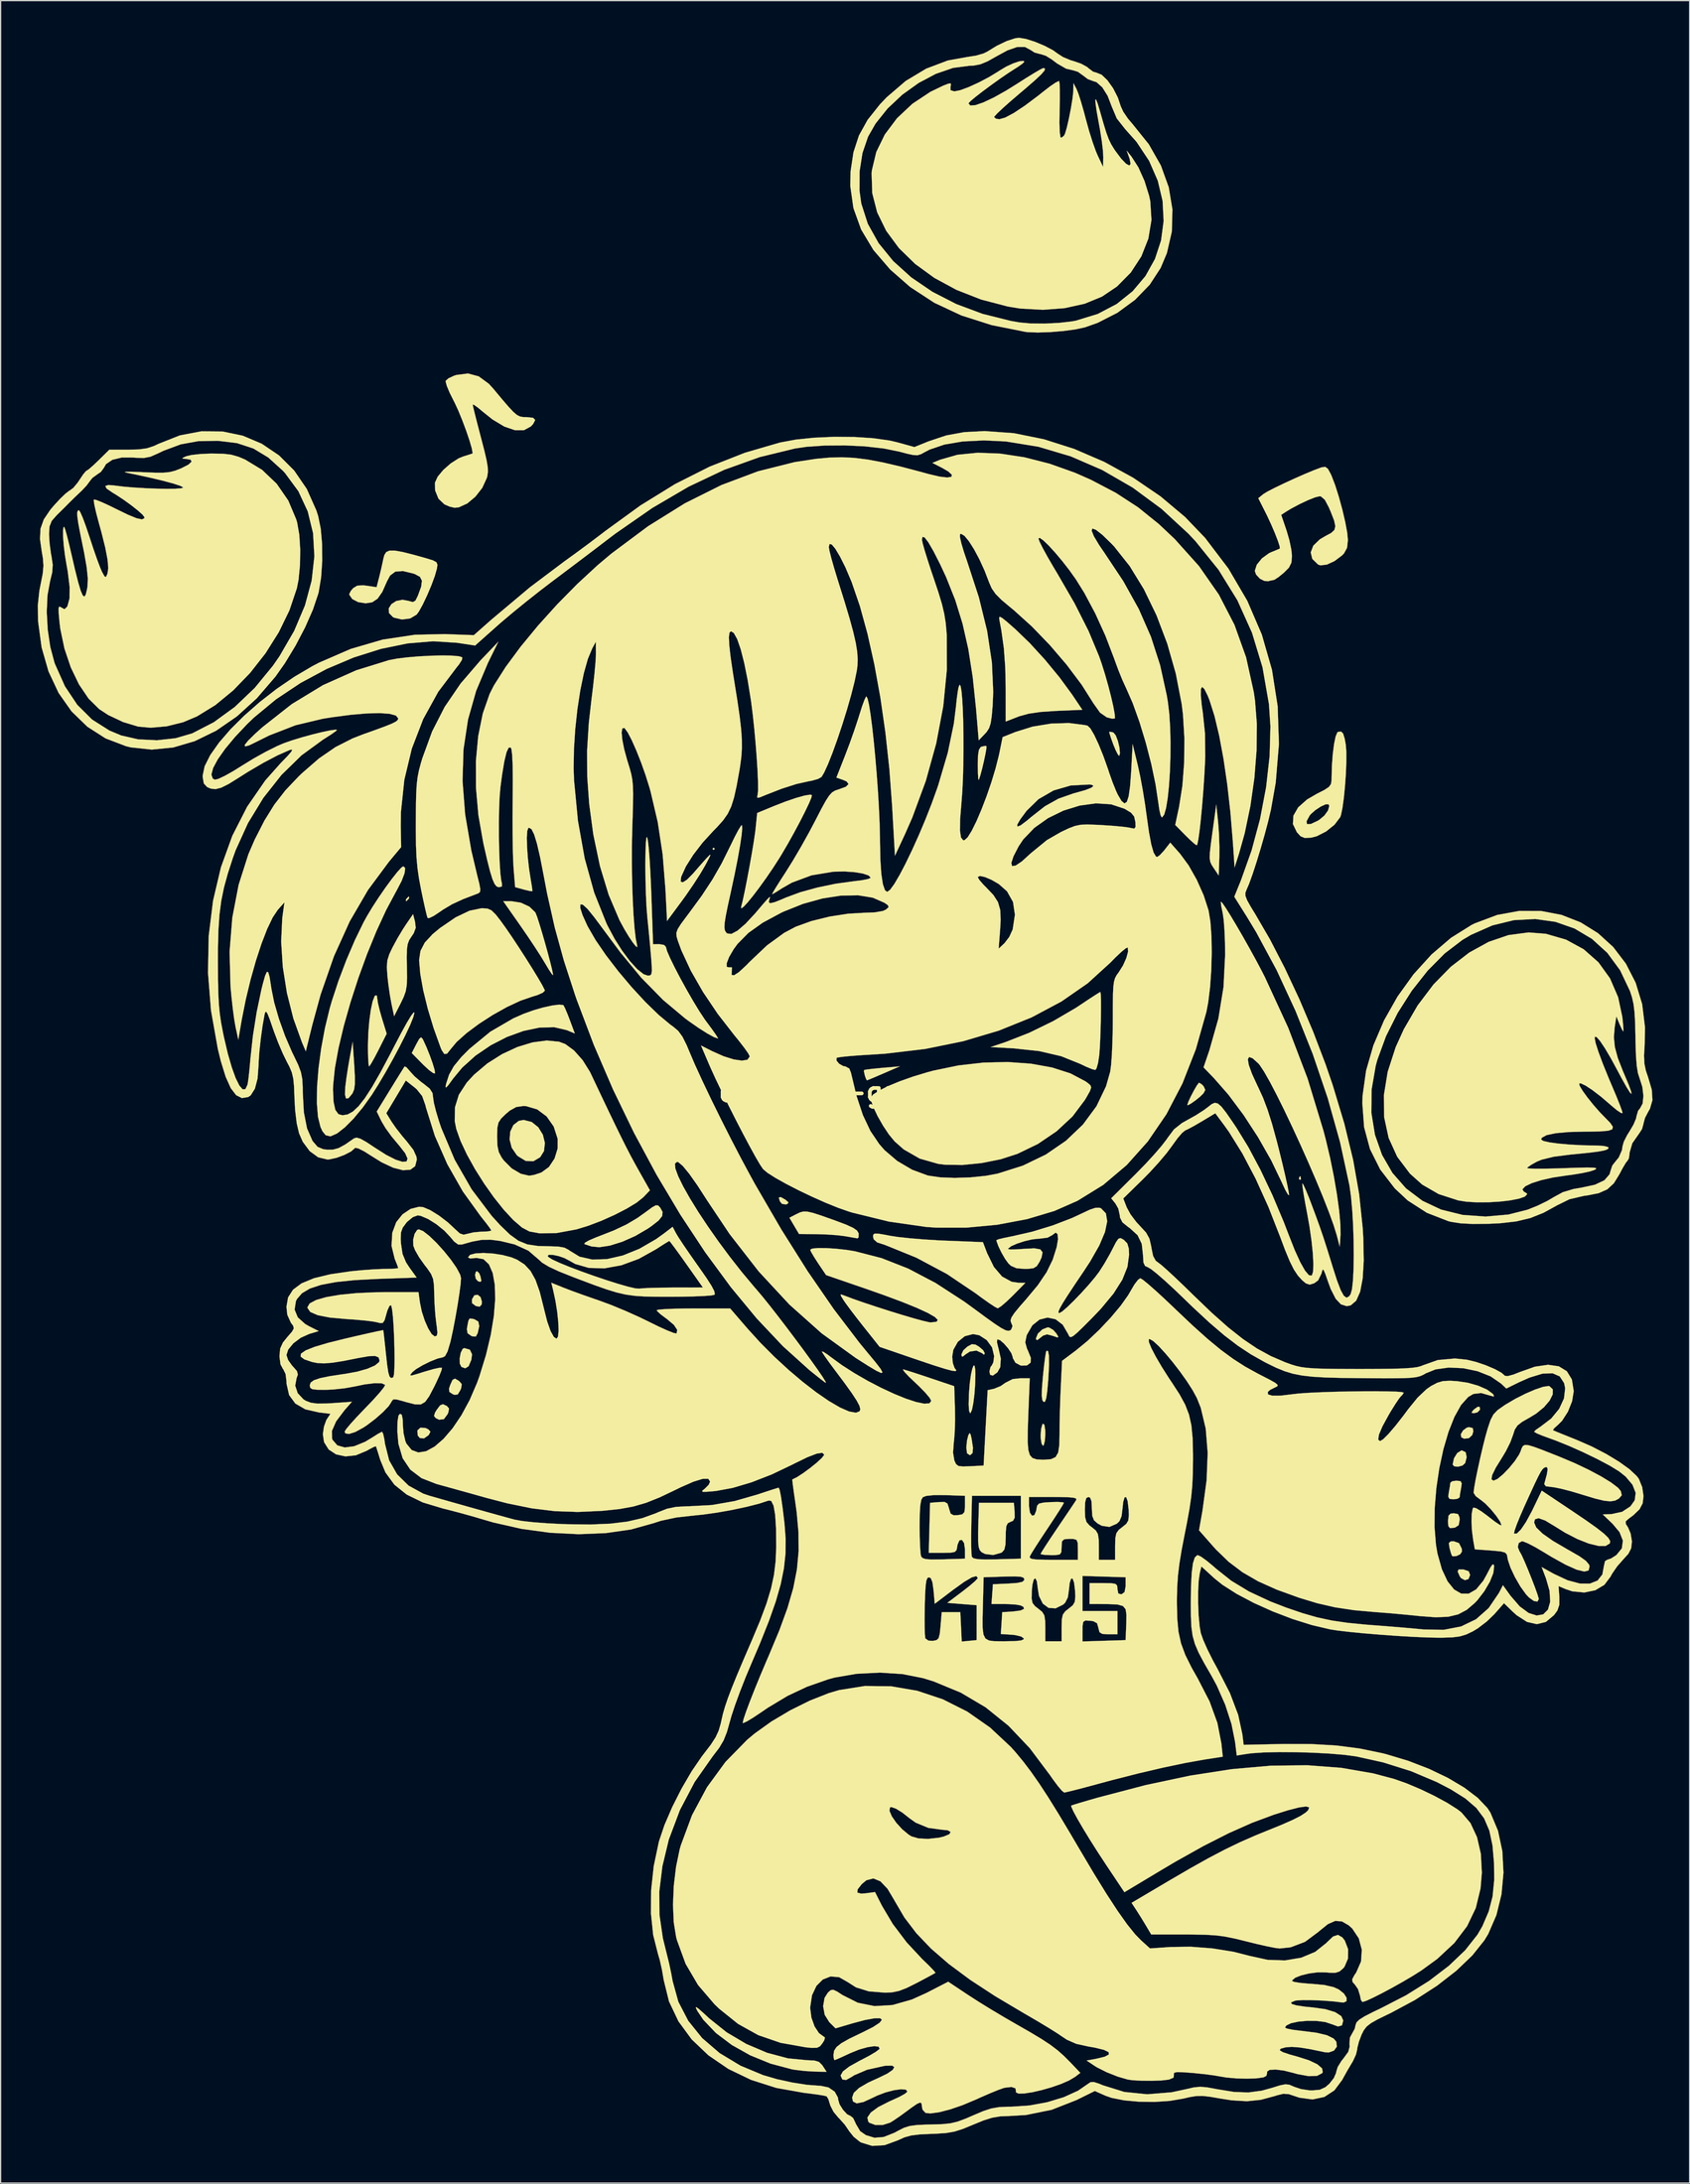
<source format=kicad_pcb>
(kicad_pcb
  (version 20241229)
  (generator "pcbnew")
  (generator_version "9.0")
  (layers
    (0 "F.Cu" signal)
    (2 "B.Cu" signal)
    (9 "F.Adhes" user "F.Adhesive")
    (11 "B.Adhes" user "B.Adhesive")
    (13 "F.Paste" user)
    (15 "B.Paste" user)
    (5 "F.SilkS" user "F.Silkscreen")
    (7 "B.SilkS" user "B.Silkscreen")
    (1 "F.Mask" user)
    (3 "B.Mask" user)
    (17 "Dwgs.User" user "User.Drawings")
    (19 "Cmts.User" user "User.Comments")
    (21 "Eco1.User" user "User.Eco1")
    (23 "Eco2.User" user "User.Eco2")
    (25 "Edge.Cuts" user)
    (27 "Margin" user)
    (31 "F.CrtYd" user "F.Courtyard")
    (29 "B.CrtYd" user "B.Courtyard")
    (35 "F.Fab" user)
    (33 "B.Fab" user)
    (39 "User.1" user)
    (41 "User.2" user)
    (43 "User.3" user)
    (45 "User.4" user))
  (footprint "cozykeys-graphic"
    (layer "F.Cu")
    (at 65.26 85.235)
    (property "Reference" "cozykeys-graphic" (at 0 0 0) (layer "F.SilkS") (effects (font (size 1.524 1.524) (thickness 0.3))))
    (attr through_hole)
    (fp_poly (pts (xy -10.536 -19.661) (xy -10.63 -19.567) (xy -10.724 -19.661) (xy -10.63 -19.756) (xy -10.536 -19.661)) (stroke (width 0.01) (type solid)) (fill yes) (layer "F.SilkS"))
    (fp_poly (pts (xy 36.814 6.836) (xy 36.837 7.059) (xy 36.814 7.087) (xy 36.702 7.061) (xy 36.689 6.961) (xy 36.758 6.807) (xy 36.814 6.836)) (stroke (width 0.01) (type solid)) (fill yes) (layer "F.SilkS"))
    (fp_poly (pts (xy -35.243 -15.683) (xy -35.278 -15.616) (xy -35.455 -15.437) (xy -35.488 -15.428) (xy -35.501 -15.55) (xy -35.466 -15.616) (xy -35.289 -15.796) (xy -35.256 -15.804) (xy -35.243 -15.683)) (stroke (width 0.01) (type solid)) (fill yes) (layer "F.SilkS"))
    (fp_poly (pts (xy 51.285 25.446) (xy 51.322 25.679) (xy 51.113 25.894) (xy 50.843 25.964) (xy 50.637 25.937) (xy 50.706 25.795) (xy 50.849 25.646) (xy 51.134 25.445) (xy 51.285 25.446)) (stroke (width 0.01) (type solid)) (fill yes) (layer "F.SilkS"))
    (fp_poly (pts (xy -29.578 14.645) (xy -29.475 14.903) (xy -29.401 15.26) (xy -29.485 15.348) (xy -29.68 15.293) (xy -29.854 15.093) (xy -29.914 14.779) (xy -29.843 14.53) (xy -29.749 14.487) (xy -29.578 14.645)) (stroke (width 0.01) (type solid)) (fill yes) (layer "F.SilkS"))
    (fp_poly (pts (xy -29.467 16.579) (xy -29.358 16.944) (xy -29.382 17.181) (xy -29.543 17.358) (xy -29.854 17.298) (xy -30.157 17.068) (xy -30.161 16.757) (xy -29.967 16.432) (xy -29.703 16.391) (xy -29.467 16.579)) (stroke (width 0.01) (type solid)) (fill yes) (layer "F.SilkS"))
    (fp_poly (pts (xy -4.816 8.712) (xy -4.807 8.719) (xy -4.578 8.922) (xy -4.656 9.041) (xy -4.769 9.088) (xy -5.103 9.043) (xy -5.272 8.836) (xy -5.363 8.536) (xy -5.202 8.492) (xy -4.816 8.712)) (stroke (width 0.01) (type solid)) (fill yes) (layer "F.SilkS"))
    (fp_poly (pts (xy -33.928 27.155) (xy -33.691 27.27) (xy -33.519 27.459) (xy -33.649 27.717) (xy -33.667 27.738) (xy -34.032 27.999) (xy -34.377 27.973) (xy -34.548 27.761) (xy -34.57 27.357) (xy -34.333 27.138) (xy -33.928 27.155)) (stroke (width 0.01) (type solid)) (fill yes) (layer "F.SilkS"))
    (fp_poly (pts (xy 49.969 38.601) (xy 50 38.605) (xy 50.405 38.743) (xy 50.518 39.038) (xy 50.389 39.371) (xy 50.096 39.464) (xy 49.781 39.297) (xy 49.684 39.159) (xy 49.509 38.761) (xy 49.59 38.599) (xy 49.969 38.601)) (stroke (width 0.01) (type solid)) (fill yes) (layer "F.SilkS"))
    (fp_poly (pts (xy 50.735 27.169) (xy 50.778 27.443) (xy 50.686 27.736) (xy 50.425 27.979) (xy 50.038 28.028) (xy 49.803 27.915) (xy 49.767 27.662) (xy 49.952 27.355) (xy 50.255 27.132) (xy 50.43 27.093) (xy 50.735 27.169)) (stroke (width 0.01) (type solid)) (fill yes) (layer "F.SilkS"))
    (fp_poly (pts (xy -30.329 20.832) (xy -30.154 21.208) (xy -30.216 21.653) (xy -30.432 22.169) (xy -30.706 22.336) (xy -31.011 22.226) (xy -31.141 21.967) (xy -31.154 21.538) (xy -31.072 21.088) (xy -30.916 20.768) (xy -30.788 20.699) (xy -30.329 20.832)) (stroke (width 0.01) (type solid)) (fill yes) (layer "F.SilkS"))
    (fp_poly (pts (xy 50.16 29.121) (xy 50.239 29.518) (xy 50.121 29.994) (xy 49.909 30.19) (xy 49.561 30.287) (xy 49.24 30.265) (xy 49.107 30.116) (xy 49.214 29.61) (xy 49.478 29.185) (xy 49.808 28.979) (xy 49.855 28.975) (xy 50.16 29.121)) (stroke (width 0.01) (type solid)) (fill yes) (layer "F.SilkS"))
    (fp_poly (pts (xy 10.144 27.68) (xy 10.223 28.019) (xy 10.334 28.754) (xy 10.303 29.182) (xy 10.124 29.346) (xy 10.066 29.351) (xy 9.855 29.206) (xy 9.797 28.747) (xy 9.797 28.74) (xy 9.851 28.186) (xy 9.954 27.761) (xy 10.06 27.568) (xy 10.144 27.68)) (stroke (width 0.01) (type solid)) (fill yes) (layer "F.SilkS"))
    (fp_poly (pts (xy 16.109 26.904) (xy 16.172 27.324) (xy 16.181 27.647) (xy 16.147 28.187) (xy 16.062 28.532) (xy 15.993 28.599) (xy 15.88 28.43) (xy 15.813 28.006) (xy 15.804 27.763) (xy 15.843 27.231) (xy 15.942 26.874) (xy 15.993 26.811) (xy 16.109 26.904)) (stroke (width 0.01) (type solid)) (fill yes) (layer "F.SilkS"))
    (fp_poly (pts (xy 49.542 34.119) (xy 49.662 34.387) (xy 49.671 34.597) (xy 49.596 35.016) (xy 49.309 35.205) (xy 49.201 35.23) (xy 48.882 35.251) (xy 48.753 35.08) (xy 48.73 34.687) (xy 48.769 34.253) (xy 48.941 34.08) (xy 49.201 34.055) (xy 49.542 34.119)) (stroke (width 0.01) (type solid)) (fill yes) (layer "F.SilkS"))
    (fp_poly (pts (xy 49.619 36.468) (xy 49.84 36.911) (xy 49.859 37.153) (xy 49.716 37.367) (xy 49.408 37.517) (xy 49.118 37.532) (xy 49.039 37.471) (xy 48.949 37.213) (xy 48.847 36.83) (xy 48.799 36.459) (xy 48.957 36.326) (xy 49.177 36.313) (xy 49.619 36.468)) (stroke (width 0.01) (type solid)) (fill yes) (layer "F.SilkS"))
    (fp_poly (pts (xy -32.202 25.378) (xy -32.184 25.389) (xy -32.014 25.588) (xy -32.075 25.912) (xy -32.133 26.045) (xy -32.433 26.448) (xy -32.821 26.49) (xy -33.087 26.362) (xy -33.23 26.189) (xy -33.145 25.913) (xy -33.018 25.706) (xy -32.737 25.33) (xy -32.508 25.237) (xy -32.202 25.378)) (stroke (width 0.01) (type solid)) (fill yes) (layer "F.SilkS"))
    (fp_poly (pts (xy -31.232 23.343) (xy -31.187 23.377) (xy -30.989 23.613) (xy -31.031 23.934) (xy -31.104 24.108) (xy -31.31 24.446) (xy -31.56 24.484) (xy -31.727 24.419) (xy -31.991 24.243) (xy -32.016 23.981) (xy -31.921 23.688) (xy -31.73 23.27) (xy -31.535 23.17) (xy -31.232 23.343)) (stroke (width 0.01) (type solid)) (fill yes) (layer "F.SilkS"))
    (fp_poly (pts (xy -30.15 18.322) (xy -29.954 18.374) (xy -29.648 18.556) (xy -29.574 18.923) (xy -29.699 19.495) (xy -29.851 19.77) (xy -30.128 19.751) (xy -30.235 19.705) (xy -30.519 19.5) (xy -30.572 19.161) (xy -30.537 18.931) (xy -30.449 18.484) (xy -30.351 18.312) (xy -30.15 18.322)) (stroke (width 0.01) (type solid)) (fill yes) (layer "F.SilkS"))
    (fp_poly (pts (xy 21.536 -29.108) (xy 21.695 -29.057) (xy 21.877 -28.829) (xy 22.048 -28.379) (xy 22.173 -27.852) (xy 22.215 -27.397) (xy 22.157 -27.174) (xy 22.048 -27.283) (xy 21.859 -27.658) (xy 21.686 -28.077) (xy 21.487 -28.624) (xy 21.367 -29.006) (xy 21.35 -29.12) (xy 21.536 -29.108)) (stroke (width 0.01) (type solid)) (fill yes) (layer "F.SilkS"))
    (fp_poly (pts (xy -39.677 -2.175) (xy -39.627 -1.254) (xy -39.628 -0.624) (xy -39.688 -0.202) (xy -39.811 0.093) (xy -39.834 0.13) (xy -40.144 0.504) (xy -40.344 0.522) (xy -40.428 0.189) (xy -40.4 -0.423) (xy -40.307 -1.147) (xy -40.172 -2.028) (xy -40.05 -2.728) (xy -39.805 -4.045) (xy -39.677 -2.175)) (stroke (width 0.01) (type solid)) (fill yes) (layer "F.SilkS"))
    (fp_poly (pts (xy 3.11 -1.509) (xy 2.48 -1.238) (xy 2.004 -1.037) (xy 1.769 -0.944) (xy 1.758 -0.941) (xy 1.678 -1.094) (xy 1.595 -1.331) (xy 1.522 -1.664) (xy 1.535 -1.777) (xy 1.74 -1.819) (xy 2.223 -1.878) (xy 2.886 -1.944) (xy 3.01 -1.955) (xy 4.421 -2.077) (xy 3.11 -1.509)) (stroke (width 0.01) (type solid)) (fill yes) (layer "F.SilkS"))
    (fp_poly (pts (xy 30.149 -21.825) (xy 30.22 -20.867) (xy 30.254 -19.79) (xy 30.248 -18.96) (xy 30.198 -17.505) (xy 29.788 -18.113) (xy 29.617 -18.378) (xy 29.511 -18.622) (xy 29.468 -18.923) (xy 29.484 -19.358) (xy 29.557 -20.008) (xy 29.684 -20.95) (xy 29.688 -20.979) (xy 29.999 -23.236) (xy 30.149 -21.825)) (stroke (width 0.01) (type solid)) (fill yes) (layer "F.SilkS"))
    (fp_poly (pts (xy 10.536 20.418) (xy 10.819 20.585) (xy 11.156 20.873) (xy 11.289 21.115) (xy 11.228 21.238) (xy 11.063 21.11) (xy 10.616 20.901) (xy 10.084 20.982) (xy 9.751 21.196) (xy 9.496 21.401) (xy 9.414 21.343) (xy 9.407 21.2) (xy 9.553 20.884) (xy 9.878 20.585) (xy 10.246 20.386) (xy 10.536 20.418)) (stroke (width 0.01) (type solid)) (fill yes) (layer "F.SilkS"))
    (fp_poly (pts (xy 28.825 -0.625) (xy 28.975 -0.47) (xy 29.113 -0.172) (xy 28.968 0.103) (xy 28.693 0.374) (xy 28.321 0.675) (xy 27.958 0.931) (xy 27.709 1.065) (xy 27.658 1.053) (xy 27.738 0.798) (xy 27.935 0.37) (xy 28.186 -0.11) (xy 28.425 -0.521) (xy 28.59 -0.741) (xy 28.613 -0.753) (xy 28.825 -0.625)) (stroke (width 0.01) (type solid)) (fill yes) (layer "F.SilkS"))
    (fp_poly (pts (xy -34.151 -4.298) (xy -34.11 -4.221) (xy -33.84 -3.632) (xy -33.571 -2.963) (xy -33.34 -2.318) (xy -33.185 -1.801) (xy -33.142 -1.517) (xy -33.144 -1.508) (xy -33.296 -1.529) (xy -33.633 -1.775) (xy -34.084 -2.192) (xy -34.12 -2.229) (xy -35.029 -3.151) (xy -34.661 -3.868) (xy -34.424 -4.297) (xy -34.276 -4.426) (xy -34.151 -4.298)) (stroke (width 0.01) (type solid)) (fill yes) (layer "F.SilkS"))
    (fp_poly (pts (xy -25.334 2.421) (xy -24.803 2.848) (xy -24.433 3.445) (xy -24.266 4.119) (xy -24.342 4.776) (xy -24.647 5.268) (xy -25.202 5.598) (xy -25.816 5.571) (xy -26.443 5.19) (xy -26.543 5.094) (xy -26.949 4.501) (xy -27.118 3.841) (xy -27.066 3.2) (xy -26.813 2.668) (xy -26.374 2.33) (xy -25.984 2.258) (xy -25.334 2.421)) (stroke (width 0.01) (type solid)) (fill yes) (layer "F.SilkS"))
    (fp_poly (pts (xy 16.474 19.034) (xy 16.818 19.231) (xy 17.068 19.51) (xy 17.234 19.784) (xy 17.169 19.843) (xy 16.815 19.724) (xy 16.771 19.708) (xy 16.321 19.59) (xy 15.997 19.693) (xy 15.814 19.841) (xy 15.536 20.056) (xy 15.435 20.003) (xy 15.428 19.908) (xy 15.583 19.527) (xy 15.945 19.191) (xy 16.358 19.028) (xy 16.474 19.034)) (stroke (width 0.01) (type solid)) (fill yes) (layer "F.SilkS"))
    (fp_poly (pts (xy 49.746 31.458) (xy 49.841 31.645) (xy 49.789 32.009) (xy 49.706 32.47) (xy 49.671 32.76) (xy 49.671 32.761) (xy 49.509 32.883) (xy 49.177 32.926) (xy 48.844 32.889) (xy 48.749 32.701) (xy 48.801 32.338) (xy 48.884 31.877) (xy 48.919 31.587) (xy 48.919 31.585) (xy 49.08 31.464) (xy 49.412 31.421) (xy 49.746 31.458)) (stroke (width 0.01) (type solid)) (fill yes) (layer "F.SilkS"))
    (fp_poly (pts (xy 10.465 22.125) (xy 10.519 22.439) (xy 10.531 22.785) (xy 10.512 23.618) (xy 10.452 24.435) (xy 10.362 25.153) (xy 10.254 25.685) (xy 10.139 25.95) (xy 10.107 25.964) (xy 10.021 25.784) (xy 9.987 25.269) (xy 10.006 24.456) (xy 10.015 24.3) (xy 10.081 23.505) (xy 10.173 22.849) (xy 10.278 22.372) (xy 10.38 22.117) (xy 10.465 22.125)) (stroke (width 0.01) (type solid)) (fill yes) (layer "F.SilkS"))
    (fp_poly (pts (xy 11.423 -27.962) (xy 11.417 -27.762) (xy 11.338 -27.311) (xy 11.213 -26.723) (xy 11.067 -26.111) (xy 10.927 -25.589) (xy 10.819 -25.269) (xy 10.795 -25.228) (xy 10.761 -25.359) (xy 10.735 -25.78) (xy 10.725 -26.402) (xy 10.724 -26.477) (xy 10.743 -27.211) (xy 10.809 -27.649) (xy 10.939 -27.87) (xy 11.034 -27.924) (xy 11.337 -27.987) (xy 11.423 -27.962)) (stroke (width 0.01) (type solid)) (fill yes) (layer "F.SilkS"))
    (fp_poly (pts (xy 16.404 20.939) (xy 16.476 21.321) (xy 16.483 22.06) (xy 16.426 23.148) (xy 16.417 23.277) (xy 16.339 24.176) (xy 16.258 24.743) (xy 16.164 25.022) (xy 16.049 25.059) (xy 16.041 25.054) (xy 15.938 24.899) (xy 15.895 24.558) (xy 15.909 23.972) (xy 15.981 23.08) (xy 15.992 22.961) (xy 16.077 22.145) (xy 16.161 21.479) (xy 16.232 21.045) (xy 16.269 20.922) (xy 16.404 20.939)) (stroke (width 0.01) (type solid)) (fill yes) (layer "F.SilkS"))
    (fp_poly (pts (xy -37.818 -7.583) (xy -37.764 -7.206) (xy -37.622 -6.606) (xy -37.436 -5.953) (xy -37.054 -4.716) (xy -37.72 -3.393) (xy -38.044 -2.772) (xy -38.306 -2.308) (xy -38.462 -2.08) (xy -38.479 -2.07) (xy -38.519 -2.244) (xy -38.551 -2.709) (xy -38.568 -3.381) (xy -38.57 -3.728) (xy -38.541 -4.745) (xy -38.46 -5.739) (xy -38.34 -6.626) (xy -38.193 -7.323) (xy -38.03 -7.747) (xy -37.991 -7.799) (xy -37.853 -7.807) (xy -37.818 -7.583)) (stroke (width 0.01) (type solid)) (fill yes) (layer "F.SilkS"))
    (fp_poly (pts (xy -26.211 -15.307) (xy -25.524 -14.989) (xy -25.055 -14.54) (xy -25.018 -14.476) (xy -24.898 -14.171) (xy -24.717 -13.615) (xy -24.498 -12.889) (xy -24.262 -12.073) (xy -24.033 -11.247) (xy -23.833 -10.493) (xy -23.685 -9.89) (xy -23.61 -9.52) (xy -23.61 -9.443) (xy -23.724 -9.561) (xy -23.965 -9.927) (xy -24.254 -10.412) (xy -24.598 -10.977) (xy -25.093 -11.745) (xy -25.673 -12.613) (xy -26.238 -13.434) (xy -27.634 -15.428) (xy -26.978 -15.428) (xy -26.211 -15.307)) (stroke (width 0.01) (type solid)) (fill yes) (layer "F.SilkS"))
    (fp_poly (pts (xy 13.7 33.928) (xy 13.704 34.42) (xy 13.575 34.662) (xy 13.371 34.75) (xy 13.149 34.857) (xy 13.032 35.094) (xy 12.987 35.557) (xy 12.982 35.952) (xy 12.958 36.611) (xy 12.867 36.997) (xy 12.68 37.21) (xy 12.618 37.247) (xy 11.971 37.428) (xy 11.321 37.35) (xy 11.035 37.203) (xy 10.885 37.041) (xy 10.794 36.773) (xy 10.753 36.321) (xy 10.751 35.612) (xy 10.764 35.087) (xy 10.819 33.208) (xy 13.641 33.208) (xy 13.7 33.928)) (stroke (width 0.01) (type solid)) (fill yes) (layer "F.SilkS"))
    (fp_poly (pts (xy 12.678 -38.338) (xy 13.038 -38.052) (xy 13.622 -37.541) (xy 13.738 -37.439) (xy 14.913 -36.307) (xy 16.144 -34.962) (xy 17.325 -33.53) (xy 18.346 -32.136) (xy 18.4 -32.056) (xy 19.173 -30.903) (xy 17.066 -30.813) (xy 15.811 -30.729) (xy 14.845 -30.589) (xy 14.083 -30.38) (xy 13.97 -30.337) (xy 12.982 -29.952) (xy 12.981 -32.521) (xy 12.945 -34.317) (xy 12.831 -35.88) (xy 12.626 -37.344) (xy 12.484 -38.093) (xy 12.448 -38.334) (xy 12.497 -38.424) (xy 12.678 -38.338)) (stroke (width 0.01) (type solid)) (fill yes) (layer "F.SilkS"))
    (fp_poly (pts (xy -15.109 9.175) (xy -14.944 9.348) (xy -14.754 9.699) (xy -14.788 10.028) (xy -15.08 10.393) (xy -15.663 10.848) (xy -15.957 11.049) (xy -16.961 11.637) (xy -18.004 12.1) (xy -19.001 12.413) (xy -19.869 12.547) (xy -20.508 12.482) (xy -20.955 12.332) (xy -21.073 12.293) (xy -21.045 12.191) (xy -20.723 12.004) (xy -20.168 11.764) (xy -19.944 11.679) (xy -18.679 11.182) (xy -17.666 10.703) (xy -16.79 10.183) (xy -16.098 9.688) (xy -15.595 9.318) (xy -15.296 9.156) (xy -15.109 9.175)) (stroke (width 0.01) (type solid)) (fill yes) (layer "F.SilkS"))
    (fp_poly (pts (xy -3.051 9.668) (xy -2.61 9.768) (xy -1.977 9.971) (xy -1.082 10.287) (xy -0.753 10.406) (xy 0.1 10.729) (xy 0.651 10.982) (xy 0.96 11.198) (xy 1.087 11.412) (xy 1.095 11.452) (xy 1.083 11.759) (xy 1.001 11.83) (xy 0.735 11.785) (xy 0.245 11.699) (xy 0 11.656) (xy -0.625 11.578) (xy -1.447 11.519) (xy -2.286 11.491) (xy -3.726 11.477) (xy -4.114 10.82) (xy -4.501 10.162) (xy -3.92 9.862) (xy -3.636 9.727) (xy -3.369 9.659) (xy -3.051 9.668)) (stroke (width 0.01) (type solid)) (fill yes) (layer "F.SilkS"))
    (fp_poly (pts (xy -11.832 74.12) (xy -11.405 74.499) (xy -10.992 74.883) (xy -9.58 76.014) (xy -7.99 76.956) (xy -6.311 77.671) (xy -4.628 78.121) (xy -3.096 78.27) (xy -2.483 78.297) (xy -2.114 78.41) (xy -1.862 78.656) (xy -1.805 78.74) (xy -1.497 79.21) (xy -2.489 79.19) (xy -3.266 79.143) (xy -4.053 79.05) (xy -4.313 79.006) (xy -6.029 78.547) (xy -7.666 77.879) (xy -9.158 77.041) (xy -10.444 76.071) (xy -11.458 75.009) (xy -11.934 74.303) (xy -12.065 74.042) (xy -12.042 73.974) (xy -11.832 74.12)) (stroke (width 0.01) (type solid)) (fill yes) (layer "F.SilkS"))
    (fp_poly (pts (xy -34.765 -13.775) (xy -34.706 -13.278) (xy -34.867 -12.84) (xy -35.037 -12.589) (xy -35.235 -12.284) (xy -35.358 -11.961) (xy -35.419 -11.525) (xy -35.434 -10.885) (xy -35.421 -10.133) (xy -35.408 -9.244) (xy -35.434 -8.617) (xy -35.518 -8.134) (xy -35.68 -7.683) (xy -35.914 -7.194) (xy -36.453 -6.129) (xy -36.664 -7.115) (xy -36.798 -7.857) (xy -36.924 -8.745) (xy -36.994 -9.373) (xy -37.042 -10.109) (xy -37.001 -10.644) (xy -36.841 -11.147) (xy -36.593 -11.672) (xy -36.19 -12.416) (xy -35.734 -13.179) (xy -35.498 -13.54) (xy -34.922 -14.38) (xy -34.765 -13.775)) (stroke (width 0.01) (type solid)) (fill yes) (layer "F.SilkS"))
    (fp_poly (pts (xy 20.663 -7.916) (xy 20.68 -7.446) (xy 20.682 -6.76) (xy 20.672 -5.939) (xy 20.65 -5.063) (xy 20.618 -4.213) (xy 20.579 -3.468) (xy 20.535 -2.931) (xy 20.442 -2.334) (xy 20.323 -1.917) (xy 20.226 -1.785) (xy 19.969 -1.847) (xy 19.493 -2.042) (xy 19.003 -2.275) (xy 17.46 -2.896) (xy 15.684 -3.31) (xy 13.642 -3.528) (xy 11.761 -3.635) (xy 13.005 -4.054) (xy 14.884 -4.791) (xy 16.819 -5.734) (xy 18.632 -6.794) (xy 18.985 -7.026) (xy 19.652 -7.472) (xy 20.194 -7.825) (xy 20.541 -8.043) (xy 20.631 -8.09) (xy 20.663 -7.916)) (stroke (width 0.01) (type solid)) (fill yes) (layer "F.SilkS"))
    (fp_poly (pts (xy -22.785 -7.029) (xy -22.762 -7.01) (xy -22.636 -6.768) (xy -22.432 -6.286) (xy -22.245 -5.8) (xy -21.849 -4.733) (xy -22.49 -5.001) (xy -23.512 -5.24) (xy -24.703 -5.211) (xy -25.998 -4.939) (xy -27.334 -4.453) (xy -28.647 -3.779) (xy -29.873 -2.944) (xy -30.948 -1.977) (xy -31.682 -1.091) (xy -32.049 -0.584) (xy -32.243 -0.367) (xy -32.296 -0.414) (xy -32.253 -0.659) (xy -32.012 -1.401) (xy -31.625 -2.091) (xy -31.03 -2.819) (xy -30.374 -3.481) (xy -28.676 -4.878) (xy -26.811 -5.961) (xy -25.982 -6.325) (xy -25.196 -6.608) (xy -24.395 -6.839) (xy -23.667 -6.998) (xy -23.101 -7.068) (xy -22.785 -7.029)) (stroke (width 0.01) (type solid)) (fill yes) (layer "F.SilkS"))
    (fp_poly (pts (xy -2.688 -24.012) (xy -2.725 -23.807) (xy -2.919 -23.339) (xy -3.238 -22.671) (xy -3.649 -21.863) (xy -4.121 -20.98) (xy -4.622 -20.081) (xy -5.12 -19.231) (xy -5.311 -18.918) (xy -5.833 -18.105) (xy -6.385 -17.296) (xy -6.934 -16.534) (xy -7.443 -15.863) (xy -7.879 -15.329) (xy -8.207 -14.975) (xy -8.391 -14.846) (xy -8.402 -14.972) (xy -8.278 -15.464) (xy -8.112 -16.235) (xy -7.923 -17.19) (xy -7.727 -18.238) (xy -7.541 -19.283) (xy -7.384 -20.233) (xy -7.271 -20.995) (xy -7.235 -21.299) (xy -7.108 -22.56) (xy -5.765 -23.116) (xy -4.825 -23.483) (xy -3.979 -23.772) (xy -3.293 -23.965) (xy -2.836 -24.04) (xy -2.688 -24.012)) (stroke (width 0.01) (type solid)) (fill yes) (layer "F.SilkS"))
    (fp_poly (pts (xy 2.686 11.449) (xy 3.227 11.541) (xy 3.622 11.619) (xy 4.297 11.722) (xy 5.243 11.824) (xy 6.356 11.916) (xy 7.529 11.989) (xy 8.063 12.013) (xy 11.14 12.136) (xy 11.474 13.018) (xy 12.024 14.142) (xy 12.688 14.918) (xy 13.46 15.34) (xy 14.011 15.421) (xy 14.569 15.428) (xy 13.547 16.463) (xy 13.037 16.953) (xy 12.614 17.314) (xy 12.355 17.479) (xy 12.33 17.483) (xy 12.108 17.37) (xy 11.658 17.075) (xy 11.053 16.647) (xy 10.536 16.264) (xy 8.223 14.709) (xy 5.747 13.389) (xy 3.221 12.362) (xy 2.587 12.155) (xy 2.31 11.906) (xy 2.258 11.7) (xy 2.279 11.524) (xy 2.396 11.442) (xy 2.686 11.449)) (stroke (width 0.01) (type solid)) (fill yes) (layer "F.SilkS"))
    (fp_poly (pts (xy 15.017 -2.292) (xy 16.723 -1.984) (xy 18.212 -1.507) (xy 19.429 -0.864) (xy 19.651 -0.703) (xy 19.836 -0.537) (xy 19.888 -0.357) (xy 19.788 -0.071) (xy 19.517 0.411) (xy 19.369 0.658) (xy 18.38 1.975) (xy 17.094 3.172) (xy 15.585 4.197) (xy 13.927 4.998) (xy 12.568 5.437) (xy 11.012 5.746) (xy 9.48 5.897) (xy 8.098 5.879) (xy 7.528 5.809) (xy 6.032 5.383) (xy 4.737 4.64) (xy 4.004 3.993) (xy 3.544 3.436) (xy 3.067 2.722) (xy 2.629 1.954) (xy 2.285 1.233) (xy 2.092 0.661) (xy 2.07 0.478) (xy 2.243 0.22) (xy 2.727 -0.106) (xy 3.466 -0.476) (xy 4.405 -0.865) (xy 5.491 -1.25) (xy 6.667 -1.606) (xy 7.137 -1.732) (xy 9.154 -2.15) (xy 11.176 -2.38) (xy 13.149 -2.426) (xy 15.017 -2.292)) (stroke (width 0.01) (type solid)) (fill yes) (layer "F.SilkS"))
    (fp_poly (pts (xy -28.902 -14.829) (xy -28.582 -14.685) (xy -28.246 -14.358) (xy -27.868 -13.876) (xy -27.439 -13.282) (xy -26.927 -12.533) (xy -26.371 -11.692) (xy -25.809 -10.821) (xy -25.281 -9.982) (xy -24.827 -9.237) (xy -24.485 -8.649) (xy -24.296 -8.279) (xy -24.271 -8.195) (xy -24.438 -8.03) (xy -24.866 -7.839) (xy -25.258 -7.72) (xy -26.234 -7.386) (xy -27.337 -6.871) (xy -28.487 -6.227) (xy -29.6 -5.508) (xy -30.597 -4.765) (xy -31.396 -4.051) (xy -31.879 -3.473) (xy -32.175 -3.101) (xy -32.399 -3.072) (xy -32.612 -3.395) (xy -32.706 -3.622) (xy -33.263 -5.174) (xy -33.735 -6.736) (xy -34.101 -8.224) (xy -34.339 -9.551) (xy -34.431 -10.633) (xy -34.431 -10.687) (xy -34.324 -11.408) (xy -33.976 -12.079) (xy -33.343 -12.764) (xy -32.745 -13.259) (xy -31.477 -14.126) (xy -30.362 -14.658) (xy -29.392 -14.858) (xy -29.31 -14.86) (xy -28.902 -14.829)) (stroke (width 0.01) (type solid)) (fill yes) (layer "F.SilkS"))
    (fp_poly (pts (xy -28.871 -34.692) (xy -29.822 -32.437) (xy -30.48 -30.117) (xy -30.846 -27.699) (xy -30.924 -25.152) (xy -30.713 -22.442) (xy -30.216 -19.539) (xy -29.741 -17.533) (xy -29.565 -16.83) (xy -29.489 -16.407) (xy -29.51 -16.182) (xy -29.626 -16.074) (xy -29.696 -16.045) (xy -30.86 -15.601) (xy -31.759 -15.187) (xy -32.493 -14.752) (xy -32.762 -14.563) (xy -33.25 -14.24) (xy -33.61 -14.066) (xy -33.745 -14.066) (xy -33.818 -14.302) (xy -33.945 -14.828) (xy -34.108 -15.565) (xy -34.277 -16.377) (xy -34.447 -17.28) (xy -34.566 -18.107) (xy -34.643 -18.958) (xy -34.686 -19.93) (xy -34.7 -21.124) (xy -34.699 -21.919) (xy -34.69 -23.164) (xy -34.669 -24.114) (xy -34.627 -24.85) (xy -34.556 -25.452) (xy -34.448 -26.003) (xy -34.293 -26.583) (xy -34.173 -26.984) (xy -33.382 -29.149) (xy -32.367 -31.135) (xy -31.081 -33.022) (xy -29.476 -34.891) (xy -29.361 -35.011) (xy -28.029 -36.407) (xy -28.871 -34.692)) (stroke (width 0.01) (type solid)) (fill yes) (layer "F.SilkS"))
    (fp_poly (pts (xy 40.251 -28.986) (xy 40.382 -28.56) (xy 40.468 -28.083) (xy 40.514 -27.498) (xy 40.513 -26.68) (xy 40.475 -25.723) (xy 40.404 -24.722) (xy 40.31 -23.769) (xy 40.198 -22.958) (xy 40.077 -22.385) (xy 40.017 -22.22) (xy 39.559 -21.613) (xy 38.876 -21.064) (xy 38.115 -20.677) (xy 37.682 -20.567) (xy 37.159 -20.537) (xy 36.818 -20.675) (xy 36.516 -21.002) (xy 36.196 -21.662) (xy 36.209 -21.89) (xy 37.297 -21.89) (xy 37.333 -21.659) (xy 37.634 -21.666) (xy 38.18 -21.919) (xy 38.318 -22.001) (xy 38.738 -22.35) (xy 39.032 -22.76) (xy 39.133 -23.12) (xy 39.075 -23.264) (xy 38.844 -23.261) (xy 38.449 -23.08) (xy 38.009 -22.791) (xy 37.642 -22.466) (xy 37.547 -22.349) (xy 37.297 -21.89) (xy 36.209 -21.89) (xy 36.235 -22.341) (xy 36.62 -23.013) (xy 37.335 -23.649) (xy 38.121 -24.107) (xy 38.747 -24.427) (xy 39.107 -24.667) (xy 39.273 -24.905) (xy 39.321 -25.223) (xy 39.323 -25.397) (xy 39.348 -26.385) (xy 39.418 -27.322) (xy 39.521 -28.133) (xy 39.647 -28.742) (xy 39.786 -29.074) (xy 39.83 -29.109) (xy 40.081 -29.148) (xy 40.251 -28.986)) (stroke (width 0.01) (type solid)) (fill yes) (layer "F.SilkS"))
    (fp_poly (pts (xy -35.763 -43.659) (xy -34.857 -43.43) (xy -33.892 -43.161) (xy -33.32 -42.986) (xy -33.033 -42.833) (xy -32.952 -42.627) (xy -32.995 -42.318) (xy -33.161 -41.727) (xy -33.439 -40.973) (xy -33.78 -40.168) (xy -34.134 -39.421) (xy -34.454 -38.844) (xy -34.632 -38.6) (xy -35.149 -38.29) (xy -35.814 -38.2) (xy -36.458 -38.35) (xy -36.548 -38.397) (xy -36.869 -38.726) (xy -36.891 -39.095) (xy -36.676 -39.44) (xy -36.286 -39.696) (xy -35.783 -39.797) (xy -35.302 -39.709) (xy -34.943 -39.61) (xy -34.731 -39.725) (xy -34.534 -40.123) (xy -34.266 -40.856) (xy -34.206 -41.34) (xy -34.368 -41.653) (xy -34.769 -41.871) (xy -34.896 -41.916) (xy -35.743 -42.12) (xy -36.353 -42.073) (xy -36.778 -41.757) (xy -37.024 -41.299) (xy -37.409 -40.432) (xy -37.793 -39.882) (xy -38.228 -39.593) (xy -38.758 -39.511) (xy -39.362 -39.608) (xy -39.836 -39.856) (xy -40.068 -40.191) (xy -40.076 -40.264) (xy -39.956 -40.51) (xy -39.763 -40.737) (xy -39.431 -40.939) (xy -38.938 -40.965) (xy -38.661 -40.932) (xy -37.871 -40.813) (xy -37.663 -41.62) (xy -37.5 -42.293) (xy -37.36 -42.937) (xy -37.337 -43.052) (xy -37.244 -43.412) (xy -37.092 -43.652) (xy -36.829 -43.772) (xy -36.403 -43.774) (xy -35.763 -43.659)) (stroke (width 0.01) (type solid)) (fill yes) (layer "F.SilkS"))
    (fp_poly (pts (xy -29.615 -57.857) (xy -28.8 -57.259) (xy -28.466 -56.894) (xy -27.742 -56.026) (xy -27.21 -55.406) (xy -26.822 -54.992) (xy -26.531 -54.742) (xy -26.287 -54.615) (xy -26.043 -54.569) (xy -25.754 -54.563) (xy -25.226 -54.51) (xy -25.049 -54.334) (xy -25.213 -54.013) (xy -25.4 -53.81) (xy -25.958 -53.505) (xy -26.686 -53.505) (xy -27.547 -53.799) (xy -28.508 -54.378) (xy -29.241 -54.964) (xy -29.689 -55.337) (xy -30.001 -55.556) (xy -30.104 -55.578) (xy -30.058 -55.353) (xy -29.932 -54.834) (xy -29.743 -54.091) (xy -29.51 -53.196) (xy -29.428 -52.886) (xy -29.156 -51.838) (xy -28.98 -51.078) (xy -28.889 -50.533) (xy -28.873 -50.129) (xy -28.92 -49.794) (xy -28.963 -49.638) (xy -29.328 -48.844) (xy -29.882 -48.134) (xy -30.54 -47.583) (xy -31.218 -47.273) (xy -31.553 -47.233) (xy -31.963 -47.326) (xy -32.389 -47.51) (xy -32.869 -47.968) (xy -33.138 -48.63) (xy -33.154 -49.263) (xy -32.933 -49.748) (xy -32.473 -50.3) (xy -31.872 -50.826) (xy -31.232 -51.234) (xy -30.867 -51.383) (xy -30.4 -51.528) (xy -30.13 -51.62) (xy -30.104 -51.633) (xy -30.174 -52.032) (xy -30.361 -52.676) (xy -30.63 -53.469) (xy -30.946 -54.312) (xy -31.272 -55.108) (xy -31.574 -55.759) (xy -31.629 -55.863) (xy -31.963 -56.53) (xy -32.196 -57.087) (xy -32.291 -57.442) (xy -32.286 -57.499) (xy -32.061 -57.7) (xy -31.61 -57.909) (xy -31.431 -57.969) (xy -30.485 -58.091) (xy -29.615 -57.857)) (stroke (width 0.01) (type solid)) (fill yes) (layer "F.SilkS"))
    (fp_poly (pts (xy -35.559 -18.104) (xy -35.608 -17.695) (xy -35.844 -17.072) (xy -36.255 -16.281) (xy -36.305 -16.194) (xy -37.1 -14.707) (xy -37.885 -13.004) (xy -38.642 -11.15) (xy -39.347 -9.211) (xy -39.981 -7.252) (xy -40.523 -5.34) (xy -40.951 -3.539) (xy -41.245 -1.917) (xy -41.384 -0.538) (xy -41.393 -0.175) (xy -41.348 0.798) (xy -41.207 1.441) (xy -40.954 1.789) (xy -40.627 1.881) (xy -40.208 1.81) (xy -39.782 1.575) (xy -39.326 1.147) (xy -38.819 0.499) (xy -38.239 -0.398) (xy -37.565 -1.575) (xy -36.774 -3.059) (xy -36.46 -3.667) (xy -35.892 -4.752) (xy -35.43 -5.591) (xy -35.086 -6.161) (xy -34.876 -6.436) (xy -34.813 -6.415) (xy -34.903 -6.052) (xy -35.155 -5.429) (xy -35.538 -4.61) (xy -36.02 -3.655) (xy -36.567 -2.628) (xy -37.149 -1.59) (xy -37.732 -0.604) (xy -38.249 0.215) (xy -38.983 1.245) (xy -39.727 2.142) (xy -40.437 2.858) (xy -41.064 3.349) (xy -41.563 3.568) (xy -41.646 3.575) (xy -41.985 3.49) (xy -42.244 3.176) (xy -42.407 2.818) (xy -42.609 2.001) (xy -42.698 0.892) (xy -42.68 -0.445) (xy -42.561 -1.944) (xy -42.347 -3.54) (xy -42.044 -5.168) (xy -41.658 -6.764) (xy -41.493 -7.338) (xy -40.953 -8.98) (xy -40.313 -10.67) (xy -39.622 -12.285) (xy -38.932 -13.705) (xy -38.654 -14.212) (xy -38.211 -14.948) (xy -37.698 -15.737) (xy -37.16 -16.516) (xy -36.644 -17.22) (xy -36.197 -17.785) (xy -35.865 -18.148) (xy -35.711 -18.25) (xy -35.559 -18.104)) (stroke (width 0.01) (type solid)) (fill yes) (layer "F.SilkS"))
    (fp_poly (pts (xy -23.127 -4.068) (xy -22.622 -3.88) (xy -21.909 -3.357) (xy -21.214 -2.575) (xy -20.632 -1.644) (xy -20.554 -1.486) (xy -19.751 0.212) (xy -19.083 1.615) (xy -18.529 2.766) (xy -18.066 3.712) (xy -17.672 4.498) (xy -17.324 5.168) (xy -17 5.769) (xy -16.754 6.212) (xy -15.776 7.946) (xy -16.308 8.503) (xy -16.84 8.932) (xy -17.643 9.421) (xy -18.626 9.927) (xy -19.697 10.407) (xy -20.767 10.815) (xy -21.714 11.103) (xy -23.325 11.402) (xy -24.688 11.425) (xy -25.519 11.272) (xy -26.115 10.956) (xy -26.818 10.351) (xy -27.59 9.518) (xy -28.39 8.515) (xy -29.178 7.399) (xy -29.916 6.23) (xy -30.563 5.066) (xy -31.08 3.966) (xy -31.203 3.622) (xy -28.128 3.622) (xy -28.103 4.346) (xy -27.997 4.849) (xy -27.768 5.286) (xy -27.586 5.537) (xy -26.948 6.175) (xy -26.208 6.61) (xy -25.535 6.766) (xy -25.143 6.7) (xy -24.62 6.53) (xy -24.54 6.497) (xy -23.939 6.06) (xy -23.485 5.375) (xy -23.234 4.559) (xy -23.233 3.782) (xy -23.558 2.782) (xy -24.129 1.971) (xy -24.888 1.405) (xy -25.775 1.142) (xy -26.014 1.13) (xy -26.58 1.21) (xy -27.101 1.499) (xy -27.425 1.773) (xy -27.809 2.149) (xy -28.02 2.474) (xy -28.109 2.885) (xy -28.128 3.517) (xy -28.128 3.622) (xy -31.203 3.622) (xy -31.428 2.989) (xy -31.554 2.358) (xy -31.537 1.239) (xy -31.222 0.221) (xy -30.582 -0.764) (xy -30 -1.396) (xy -28.92 -2.311) (xy -27.727 -3.066) (xy -26.487 -3.642) (xy -25.264 -4.015) (xy -24.122 -4.164) (xy -23.127 -4.068)) (stroke (width 0.01) (type solid)) (fill yes) (layer "F.SilkS"))
    (fp_poly (pts (xy 30.5 -15.271) (xy 30.77 -14.878) (xy 31.153 -14.265) (xy 31.618 -13.487) (xy 32.133 -12.6) (xy 32.664 -11.659) (xy 33.181 -10.72) (xy 33.65 -9.838) (xy 33.926 -9.297) (xy 35.816 -5.195) (xy 37.382 -1.088) (xy 38.664 3.128) (xy 38.855 3.857) (xy 39.201 5.322) (xy 39.504 6.818) (xy 39.752 8.267) (xy 39.933 9.591) (xy 40.034 10.712) (xy 40.043 11.551) (xy 40.042 11.567) (xy 39.981 12.503) (xy 39.736 11.572) (xy 39.485 10.76) (xy 39.108 9.716) (xy 38.628 8.492) (xy 38.068 7.139) (xy 37.451 5.709) (xy 36.801 4.252) (xy 36.141 2.82) (xy 35.495 1.463) (xy 34.885 0.233) (xy 34.335 -0.819) (xy 33.868 -1.642) (xy 33.507 -2.186) (xy 33.406 -2.305) (xy 32.94 -2.725) (xy 32.655 -2.833) (xy 32.551 -2.646) (xy 32.63 -2.184) (xy 32.891 -1.462) (xy 33.334 -0.5) (xy 33.381 -0.406) (xy 33.775 0.45) (xy 34.141 1.415) (xy 34.506 2.566) (xy 34.894 3.978) (xy 35.079 4.703) (xy 35.348 5.795) (xy 35.576 6.765) (xy 35.75 7.552) (xy 35.858 8.097) (xy 35.885 8.339) (xy 35.884 8.341) (xy 35.788 8.276) (xy 35.59 7.935) (xy 35.333 7.387) (xy 35.304 7.32) (xy 34.436 5.514) (xy 33.38 3.657) (xy 32.206 1.856) (xy 30.98 0.213) (xy 29.798 -1.137) (xy 28.971 -1.992) (xy 29.449 -3.395) (xy 30.171 -5.942) (xy 30.586 -8.489) (xy 30.717 -11.101) (xy 30.703 -12.126) (xy 30.662 -13.093) (xy 30.601 -13.899) (xy 30.525 -14.443) (xy 30.517 -14.482) (xy 30.408 -14.995) (xy 30.367 -15.328) (xy 30.377 -15.388) (xy 30.5 -15.271)) (stroke (width 0.01) (type solid)) (fill yes) (layer "F.SilkS"))
    (fp_poly (pts (xy 39.02 -50.389) (xy 39.249 -49.973) (xy 39.323 -49.809) (xy 39.613 -49.053) (xy 39.911 -48.108) (xy 40.191 -47.082) (xy 40.424 -46.085) (xy 40.583 -45.225) (xy 40.64 -44.629) (xy 40.571 -43.993) (xy 40.321 -43.54) (xy 40.164 -43.38) (xy 39.553 -42.922) (xy 38.939 -42.641) (xy 38.425 -42.578) (xy 38.231 -42.643) (xy 37.76 -43.102) (xy 37.634 -43.627) (xy 37.842 -44.17) (xy 38.371 -44.683) (xy 38.819 -44.947) (xy 39.282 -45.196) (xy 39.548 -45.437) (xy 39.625 -45.748) (xy 39.524 -46.211) (xy 39.254 -46.903) (xy 39.096 -47.272) (xy 38.774 -47.88) (xy 38.465 -48.147) (xy 38.353 -48.166) (xy 37.991 -48.078) (xy 37.415 -47.85) (xy 36.735 -47.531) (xy 36.062 -47.172) (xy 35.64 -46.916) (xy 35.249 -46.66) (xy 35.682 -45.391) (xy 35.907 -44.62) (xy 36.065 -43.865) (xy 36.12 -43.341) (xy 36.073 -42.795) (xy 35.87 -42.388) (xy 35.459 -41.977) (xy 35.032 -41.63) (xy 34.711 -41.421) (xy 34.628 -41.393) (xy 34.312 -41.331) (xy 34.21 -41.296) (xy 33.881 -41.323) (xy 33.536 -41.495) (xy 33.22 -41.832) (xy 33.114 -42.13) (xy 33.275 -42.631) (xy 33.691 -43.145) (xy 34.262 -43.56) (xy 34.472 -43.657) (xy 34.894 -43.829) (xy 35.128 -43.93) (xy 35.139 -43.936) (xy 35.121 -44.129) (xy 34.974 -44.578) (xy 34.733 -45.199) (xy 34.429 -45.906) (xy 34.098 -46.617) (xy 34.003 -46.807) (xy 33.396 -48.007) (xy 33.811 -48.345) (xy 34.132 -48.542) (xy 34.714 -48.842) (xy 35.467 -49.205) (xy 36.306 -49.591) (xy 37.14 -49.959) (xy 37.884 -50.269) (xy 38.448 -50.481) (xy 38.528 -50.507) (xy 38.808 -50.543) (xy 39.02 -50.389)) (stroke (width 0.01) (type solid)) (fill yes) (layer "F.SilkS"))
    (fp_poly (pts (xy -31.759 -35.279) (xy -31.198 -35.228) (xy -30.942 -35.143) (xy -30.973 -34.937) (xy -31.208 -34.566) (xy -31.384 -34.35) (xy -32.886 -32.359) (xy -34.104 -30.149) (xy -35.024 -27.762) (xy -35.628 -25.244) (xy -35.903 -22.639) (xy -35.916 -21.517) (xy -35.887 -19.798) (xy -36.885 -18.601) (xy -38.566 -16.332) (xy -40.039 -13.8) (xy -41.313 -10.986) (xy -42.398 -7.871) (xy -43.067 -5.426) (xy -43.593 -3.293) (xy -43.9 -4.012) (xy -44.593 -5.932) (xy -45.116 -8.001) (xy -45.451 -10.112) (xy -45.583 -12.16) (xy -45.496 -14.037) (xy -45.463 -14.299) (xy -45.319 -15.334) (xy -45.856 -14.731) (xy -46.268 -14.116) (xy -46.713 -13.187) (xy -47.171 -12.002) (xy -47.625 -10.619) (xy -48.054 -9.097) (xy -48.441 -7.493) (xy -48.766 -5.866) (xy -48.805 -5.644) (xy -49.046 -4.233) (xy -49.269 -5.25) (xy -49.375 -5.856) (xy -49.491 -6.715) (xy -49.6 -7.702) (xy -49.676 -8.521) (xy -49.753 -11.337) (xy -49.532 -14.1) (xy -49.022 -16.75) (xy -48.233 -19.225) (xy -47.728 -20.395) (xy -46.938 -21.943) (xy -46.135 -23.237) (xy -45.239 -24.391) (xy -44.167 -25.52) (xy -43.9 -25.776) (xy -42.524 -26.971) (xy -41.195 -27.886) (xy -39.807 -28.591) (xy -38.992 -28.908) (xy -37.917 -29.292) (xy -37.147 -29.577) (xy -36.634 -29.785) (xy -36.326 -29.94) (xy -36.173 -30.063) (xy -36.126 -30.177) (xy -36.124 -30.205) (xy -36.302 -30.433) (xy -36.811 -30.576) (xy -37.618 -30.634) (xy -38.687 -30.606) (xy -39.983 -30.494) (xy -41.473 -30.297) (xy -42.213 -30.179) (xy -44.417 -29.654) (xy -46.554 -28.825) (xy -47.527 -28.34) (xy -48.163 -28.03) (xy -48.497 -27.937) (xy -48.528 -28.062) (xy -48.257 -28.405) (xy -47.683 -28.969) (xy -47.116 -29.48) (xy -44.726 -31.362) (xy -42.201 -32.897) (xy -39.519 -34.095) (xy -36.877 -34.915) (xy -36.219 -35.041) (xy -35.375 -35.144) (xy -34.426 -35.223) (xy -33.454 -35.274) (xy -32.538 -35.294) (xy -31.759 -35.279)) (stroke (width 0.01) (type solid)) (fill yes) (layer "F.SilkS"))
    (fp_poly (pts (xy 40.098 54.634) (xy 42.68 55.082) (xy 44.365 55.53) (xy 45.389 55.89) (xy 46.513 56.366) (xy 47.637 56.906) (xy 48.66 57.461) (xy 49.481 57.981) (xy 49.814 58.237) (xy 50.546 59.1) (xy 51.075 60.236) (xy 51.386 61.591) (xy 51.467 63.113) (xy 51.361 64.385) (xy 50.976 65.97) (xy 50.274 67.435) (xy 49.24 68.8) (xy 47.858 70.087) (xy 46.567 71.025) (xy 45.881 71.457) (xy 45.077 71.931) (xy 44.226 72.408) (xy 43.402 72.849) (xy 42.678 73.215) (xy 42.127 73.467) (xy 41.821 73.566) (xy 41.814 73.566) (xy 41.69 73.403) (xy 41.62 73.052) (xy 41.457 72.524) (xy 41.223 72.184) (xy 41.013 71.944) (xy 40.987 71.73) (xy 41.157 71.408) (xy 41.319 71.166) (xy 41.702 70.289) (xy 41.765 69.342) (xy 41.521 68.421) (xy 40.989 67.624) (xy 40.712 67.374) (xy 40.157 67.05) (xy 39.618 67.009) (xy 39.029 67.266) (xy 38.324 67.834) (xy 38.26 67.894) (xy 37.173 68.702) (xy 36.009 69.144) (xy 35.113 69.239) (xy 34.75 69.193) (xy 34.116 69.068) (xy 33.301 68.883) (xy 32.456 68.674) (xy 31.514 68.442) (xy 30.73 68.283) (xy 29.985 68.184) (xy 29.161 68.131) (xy 28.139 68.11) (xy 27.504 68.108) (xy 24.741 68.107) (xy 24.325 67.403) (xy 23.957 66.796) (xy 23.587 66.21) (xy 23.531 66.124) (xy 23.153 65.55) (xy 26.205 63.745) (xy 27.909 62.752) (xy 29.377 61.931) (xy 30.686 61.244) (xy 31.911 60.652) (xy 33.127 60.116) (xy 34.055 59.738) (xy 35.271 59.244) (xy 36.175 58.846) (xy 36.813 58.522) (xy 37.23 58.249) (xy 37.43 58.057) (xy 37.511 57.832) (xy 37.258 57.759) (xy 36.678 57.839) (xy 35.78 58.071) (xy 34.643 58.429) (xy 32.888 59.082) (xy 31.01 59.917) (xy 28.966 60.954) (xy 26.712 62.216) (xy 25.54 62.91) (xy 22.575 64.691) (xy 21.099 62.482) (xy 20.432 61.465) (xy 19.804 60.475) (xy 19.246 59.563) (xy 18.788 58.777) (xy 18.458 58.17) (xy 18.286 57.791) (xy 18.276 57.688) (xy 18.473 57.618) (xy 18.958 57.469) (xy 19.656 57.264) (xy 20.414 57.046) (xy 24.29 56.03) (xy 27.902 55.261) (xy 31.27 54.739) (xy 34.413 54.461) (xy 37.349 54.426) (xy 40.098 54.634)) (stroke (width 0.01) (type solid)) (fill yes) (layer "F.SilkS"))
    (fp_poly (pts (xy 14.619 -85.138) (xy 15.358 -84.901) (xy 16.134 -84.576) (xy 16.806 -84.221) (xy 17.176 -83.953) (xy 17.615 -83.67) (xy 18.227 -83.416) (xy 18.474 -83.344) (xy 19.073 -83.137) (xy 19.553 -82.875) (xy 19.679 -82.766) (xy 20.043 -82.49) (xy 20.314 -82.409) (xy 20.732 -82.242) (xy 21.199 -81.798) (xy 21.656 -81.158) (xy 22.042 -80.405) (xy 22.283 -79.685) (xy 22.484 -79.249) (xy 22.865 -78.69) (xy 23.247 -78.239) (xy 24.548 -76.619) (xy 25.521 -74.909) (xy 26.159 -73.142) (xy 26.457 -71.35) (xy 26.409 -69.565) (xy 26.007 -67.82) (xy 25.501 -66.619) (xy 24.62 -65.268) (xy 23.434 -64.045) (xy 22.008 -62.999) (xy 20.407 -62.182) (xy 19.379 -61.82) (xy 18.622 -61.656) (xy 17.643 -61.524) (xy 16.58 -61.436) (xy 15.572 -61.402) (xy 14.756 -61.432) (xy 14.581 -61.453) (xy 11.852 -61.999) (xy 9.403 -62.78) (xy 7.212 -63.805) (xy 5.256 -65.084) (xy 3.649 -66.492) (xy 2.288 -68.074) (xy 1.295 -69.731) (xy 0.671 -71.464) (xy 0.47 -72.883) (xy 1.161 -72.883) (xy 1.306 -71.831) (xy 1.835 -70.188) (xy 2.705 -68.63) (xy 3.886 -67.179) (xy 5.346 -65.859) (xy 7.057 -64.693) (xy 8.987 -63.702) (xy 11.106 -62.911) (xy 13.384 -62.341) (xy 14.111 -62.214) (xy 15.018 -62.133) (xy 16.13 -62.124) (xy 17.284 -62.181) (xy 18.314 -62.298) (xy 18.65 -62.36) (xy 20.422 -62.903) (xy 21.957 -63.71) (xy 23.245 -64.744) (xy 24.278 -65.969) (xy 25.045 -67.347) (xy 25.538 -68.844) (xy 25.746 -70.422) (xy 25.661 -72.045) (xy 25.273 -73.676) (xy 24.573 -75.28) (xy 23.552 -76.82) (xy 22.649 -77.832) (xy 21.955 -78.713) (xy 21.556 -79.662) (xy 21.217 -80.543) (xy 20.788 -81.225) (xy 20.318 -81.643) (xy 20.013 -81.742) (xy 19.617 -81.89) (xy 19.229 -82.183) (xy 18.814 -82.481) (xy 18.436 -82.597) (xy 17.864 -82.731) (xy 17.142 -83.148) (xy 16.684 -83.491) (xy 16.216 -83.779) (xy 15.79 -83.913) (xy 15.758 -83.914) (xy 15.309 -84.037) (xy 15.017 -84.228) (xy 14.53 -84.491) (xy 13.912 -84.488) (xy 13.122 -84.213) (xy 12.282 -83.757) (xy 11.523 -83.33) (xy 10.936 -83.087) (xy 10.39 -82.983) (xy 10.055 -82.969) (xy 8.727 -82.796) (xy 7.335 -82.317) (xy 5.944 -81.58) (xy 4.622 -80.631) (xy 3.437 -79.518) (xy 2.455 -78.288) (xy 1.854 -77.234) (xy 1.403 -75.916) (xy 1.168 -74.42) (xy 1.161 -72.883) (xy 0.47 -72.883) (xy 0.415 -73.272) (xy 0.443 -74.441) (xy 0.675 -75.977) (xy 1.119 -77.332) (xy 1.818 -78.593) (xy 2.814 -79.847) (xy 3.358 -80.419) (xy 4.893 -81.737) (xy 6.554 -82.735) (xy 8.301 -83.394) (xy 9.878 -83.679) (xy 10.577 -83.788) (xy 11.188 -83.963) (xy 11.477 -84.104) (xy 12.266 -84.586) (xy 13.06 -84.965) (xy 13.744 -85.19) (xy 14.057 -85.23) (xy 14.619 -85.138)) (stroke (width 0.01) (type solid)) (fill yes) (layer "F.SilkS"))
    (fp_poly (pts (xy 9.952 73.004) (xy 10.773 73.533) (xy 11.791 74.161) (xy 12.874 74.807) (xy 13.829 75.359) (xy 14.998 76.029) (xy 15.901 76.573) (xy 16.606 77.039) (xy 17.181 77.476) (xy 17.692 77.93) (xy 18.209 78.45) (xy 19.014 79.295) (xy 18.585 79.621) (xy 18.1 79.911) (xy 17.442 80.197) (xy 16.681 80.462) (xy 15.887 80.689) (xy 15.133 80.862) (xy 14.487 80.961) (xy 14.022 80.971) (xy 13.807 80.873) (xy 13.81 80.792) (xy 13.766 80.541) (xy 13.442 80.436) (xy 12.91 80.496) (xy 12.802 80.525) (xy 12.376 80.677) (xy 11.722 80.944) (xy 10.95 81.28) (xy 10.561 81.457) (xy 9.505 81.9) (xy 8.492 82.248) (xy 7.597 82.48) (xy 6.895 82.575) (xy 6.501 82.533) (xy 6.26 82.274) (xy 6.209 82.038) (xy 6.184 81.777) (xy 6.071 81.692) (xy 5.811 81.802) (xy 5.346 82.123) (xy 5.003 82.378) (xy 4.427 82.798) (xy 3.914 83.148) (xy 3.634 83.319) (xy 3.045 83.506) (xy 2.436 83.507) (xy 1.964 83.33) (xy 1.873 83.245) (xy 1.8 82.904) (xy 2.074 82.504) (xy 2.672 82.064) (xy 3.573 81.604) (xy 3.775 81.516) (xy 4.386 81.235) (xy 4.836 80.985) (xy 5.032 80.817) (xy 5.034 80.81) (xy 4.91 80.652) (xy 4.521 80.619) (xy 3.951 80.697) (xy 3.285 80.87) (xy 2.607 81.125) (xy 2.277 81.285) (xy 1.477 81.653) (xy 0.935 81.762) (xy 0.637 81.611) (xy 0.564 81.3) (xy 0.7 80.913) (xy 1.127 80.513) (xy 1.873 80.078) (xy 2.705 79.698) (xy 3.42 79.35) (xy 3.849 79.051) (xy 3.977 78.828) (xy 3.794 78.708) (xy 3.286 78.718) (xy 3.151 78.737) (xy 1.775 79.043) (xy 0.734 79.488) (xy 0.503 79.636) (xy 0.084 79.87) (xy -0.184 79.843) (xy -0.245 79.793) (xy -0.365 79.508) (xy -0.178 79.177) (xy 0.335 78.783) (xy 1.189 78.307) (xy 1.327 78.238) (xy 1.978 77.895) (xy 2.484 77.593) (xy 2.76 77.382) (xy 2.786 77.344) (xy 2.704 77.175) (xy 2.35 77.138) (xy 1.802 77.22) (xy 1.134 77.41) (xy 0.425 77.697) (xy 0.406 77.705) (xy -0.194 77.985) (xy -0.648 78.187) (xy -0.861 78.269) (xy -0.864 78.27) (xy -0.923 78.109) (xy -0.941 77.828) (xy -0.887 77.502) (xy -0.693 77.205) (xy -0.306 76.898) (xy 0.324 76.541) (xy 1.249 76.094) (xy 1.364 76.041) (xy 2.253 75.594) (xy 2.787 75.244) (xy 2.975 75.002) (xy 2.829 74.879) (xy 2.36 74.884) (xy 1.577 75.028) (xy 0.6 75.29) (xy -0.776 75.697) (xy -1.279 75.195) (xy -1.648 74.606) (xy -1.777 73.904) (xy -1.66 73.228) (xy -1.388 72.802) (xy -1.164 72.609) (xy -0.956 72.575) (xy -0.648 72.719) (xy -0.223 72.998) (xy 1.025 73.626) (xy 2.373 73.898) (xy 3.826 73.812) (xy 5.389 73.368) (xy 6.565 72.837) (xy 8.333 71.926) (xy 9.952 73.004)) (stroke (width 0.01) (type solid)) (fill yes) (layer "F.SilkS"))
    (fp_poly (pts (xy 56.247 -14.638) (xy 57.906 -14.321) (xy 59.453 -13.715) (xy 60.856 -12.841) (xy 62.085 -11.722) (xy 63.109 -10.378) (xy 63.9 -8.831) (xy 64.425 -7.104) (xy 64.655 -5.218) (xy 64.625 -3.817) (xy 64.576 -2.952) (xy 64.603 -2.309) (xy 64.72 -1.739) (xy 64.895 -1.223) (xy 65.203 -0.184) (xy 65.256 0.651) (xy 65.053 1.354) (xy 64.911 1.599) (xy 64.655 2.09) (xy 64.537 2.524) (xy 64.536 2.552) (xy 64.414 2.989) (xy 64.206 3.314) (xy 63.629 4.139) (xy 63.408 4.894) (xy 63.406 4.972) (xy 63.351 5.362) (xy 63.254 5.528) (xy 63.095 5.734) (xy 62.833 6.177) (xy 62.581 6.654) (xy 62.137 7.375) (xy 61.611 7.864) (xy 60.913 8.176) (xy 59.952 8.365) (xy 59.719 8.393) (xy 58.546 8.668) (xy 57.573 9.146) (xy 56.454 9.761) (xy 55.384 10.188) (xy 54.246 10.461) (xy 52.924 10.61) (xy 52.023 10.653) (xy 50.744 10.667) (xy 49.757 10.616) (xy 48.984 10.497) (xy 48.752 10.438) (xy 47.023 9.764) (xy 45.476 8.768) (xy 44.426 7.787) (xy 43.251 6.261) (xy 42.428 4.618) (xy 41.949 2.838) (xy 41.864 1.68) (xy 42.537 1.68) (xy 42.824 3.449) (xy 43.397 5.081) (xy 44.24 6.541) (xy 45.337 7.791) (xy 46.671 8.797) (xy 48.172 9.504) (xy 49.907 9.934) (xy 51.759 10.067) (xy 53.61 9.905) (xy 55.158 9.513) (xy 55.957 9.193) (xy 56.756 8.804) (xy 57.268 8.502) (xy 58.011 8.097) (xy 58.875 7.839) (xy 59.484 7.735) (xy 60.605 7.495) (xy 61.373 7.133) (xy 61.791 6.648) (xy 61.867 6.378) (xy 62.008 5.948) (xy 62.166 5.739) (xy 62.537 5.284) (xy 62.792 4.693) (xy 62.841 4.368) (xy 62.943 4.012) (xy 63.203 3.498) (xy 63.403 3.18) (xy 63.725 2.631) (xy 63.93 2.145) (xy 63.967 1.952) (xy 64.096 1.514) (xy 64.253 1.317) (xy 64.463 0.928) (xy 64.525 0.314) (xy 64.442 -0.407) (xy 64.225 -1.088) (xy 64.085 -1.518) (xy 63.987 -2.114) (xy 63.923 -2.939) (xy 63.887 -4.059) (xy 63.882 -4.421) (xy 63.857 -5.57) (xy 63.809 -6.432) (xy 63.729 -7.098) (xy 63.605 -7.656) (xy 63.438 -8.169) (xy 62.642 -9.845) (xy 61.607 -11.252) (xy 60.367 -12.381) (xy 58.958 -13.22) (xy 57.413 -13.759) (xy 55.769 -13.988) (xy 54.059 -13.896) (xy 52.319 -13.471) (xy 50.584 -12.705) (xy 49.894 -12.297) (xy 48.464 -11.205) (xy 47.082 -9.809) (xy 45.798 -8.18) (xy 44.66 -6.391) (xy 43.719 -4.513) (xy 43.024 -2.617) (xy 42.888 -2.124) (xy 42.553 -0.189) (xy 42.537 1.68) (xy 41.864 1.68) (xy 41.806 0.9) (xy 41.828 0.282) (xy 42.11 -1.729) (xy 42.699 -3.771) (xy 43.56 -5.788) (xy 44.654 -7.722) (xy 45.945 -9.517) (xy 47.397 -11.118) (xy 48.972 -12.466) (xy 50.633 -13.506) (xy 50.894 -13.635) (xy 52.71 -14.317) (xy 54.505 -14.644) (xy 56.247 -14.638)) (stroke (width 0.01) (type solid)) (fill yes) (layer "F.SilkS"))
    (fp_poly (pts (xy -50.327 -53.402) (xy -48.689 -53.062) (xy -47.153 -52.411) (xy -45.755 -51.466) (xy -44.531 -50.243) (xy -43.514 -48.758) (xy -42.742 -47.026) (xy -42.594 -46.567) (xy -42.384 -45.536) (xy -42.274 -44.276) (xy -42.265 -42.918) (xy -42.356 -41.595) (xy -42.548 -40.439) (xy -42.592 -40.264) (xy -43.018 -38.998) (xy -43.646 -37.571) (xy -44.419 -36.093) (xy -45.279 -34.674) (xy -46.046 -33.584) (xy -47.553 -31.831) (xy -49.16 -30.369) (xy -50.84 -29.21) (xy -52.566 -28.368) (xy -54.311 -27.854) (xy -56.047 -27.683) (xy -57.747 -27.865) (xy -58.118 -27.956) (xy -59.777 -28.589) (xy -61.251 -29.535) (xy -62.522 -30.769) (xy -63.574 -32.265) (xy -64.387 -34) (xy -64.946 -35.948) (xy -65.228 -38.022) (xy -65.245 -38.822) (xy -64.532 -38.822) (xy -64.454 -37.387) (xy -64.245 -35.981) (xy -63.911 -34.727) (xy -63.873 -34.619) (xy -63.06 -32.8) (xy -62.063 -31.302) (xy -60.869 -30.114) (xy -59.468 -29.225) (xy -58.519 -28.828) (xy -57.146 -28.512) (xy -55.633 -28.438) (xy -54.123 -28.602) (xy -52.774 -28.995) (xy -51.027 -29.897) (xy -49.328 -31.136) (xy -47.72 -32.671) (xy -46.25 -34.464) (xy -45.717 -35.234) (xy -44.527 -37.29) (xy -43.66 -39.338) (xy -43.117 -41.351) (xy -42.898 -43.307) (xy -43.004 -45.178) (xy -43.435 -46.941) (xy -44.191 -48.571) (xy -45.274 -50.042) (xy -45.46 -50.243) (xy -46.628 -51.3) (xy -47.83 -52.026) (xy -49.156 -52.462) (xy -50.696 -52.648) (xy -50.707 -52.648) (xy -52.294 -52.619) (xy -53.712 -52.359) (xy -55.108 -51.838) (xy -55.533 -51.632) (xy -56.14 -51.365) (xy -56.681 -51.258) (xy -57.351 -51.278) (xy -57.528 -51.295) (xy -58.465 -51.298) (xy -59.225 -51.114) (xy -59.741 -50.765) (xy -59.91 -50.471) (xy -60.157 -50.132) (xy -60.425 -49.952) (xy -60.843 -49.648) (xy -61.039 -49.401) (xy -61.315 -49.028) (xy -61.718 -48.6) (xy -61.768 -48.555) (xy -62.25 -48.099) (xy -62.694 -47.661) (xy -62.708 -47.646) (xy -63.114 -47.237) (xy -63.608 -46.749) (xy -63.735 -46.624) (xy -64.129 -46.175) (xy -64.306 -45.731) (xy -64.347 -45.13) (xy -64.303 -44.364) (xy -64.193 -43.538) (xy -64.147 -43.304) (xy -64.049 -42.636) (xy -64.087 -42.02) (xy -64.266 -41.28) (xy -64.472 -40.161) (xy -64.532 -38.822) (xy -65.245 -38.822) (xy -65.255 -39.334) (xy -65.128 -40.53) (xy -65.02 -41.071) (xy -64.856 -41.906) (xy -64.798 -42.547) (xy -64.841 -43.159) (xy -64.925 -43.643) (xy -65.077 -44.703) (xy -65.036 -45.544) (xy -64.772 -46.289) (xy -64.254 -47.057) (xy -63.965 -47.401) (xy -63.461 -47.95) (xy -63.014 -48.38) (xy -62.706 -48.615) (xy -62.667 -48.632) (xy -62.382 -48.845) (xy -62.033 -49.265) (xy -61.891 -49.479) (xy -61.595 -49.922) (xy -61.37 -50.192) (xy -61.31 -50.23) (xy -61.124 -50.355) (xy -60.757 -50.677) (xy -60.331 -51.082) (xy -59.473 -51.929) (xy -57.952 -51.929) (xy -57.077 -51.953) (xy -56.431 -52.043) (xy -55.867 -52.229) (xy -55.501 -52.401) (xy -53.768 -53.087) (xy -52.032 -53.416) (xy -50.327 -53.402)) (stroke (width 0.01) (type solid)) (fill yes) (layer "F.SilkS"))
    (fp_poly (pts (xy 56.643 -12.792) (xy 58.272 -12.319) (xy 59.695 -11.543) (xy 60.888 -10.491) (xy 61.825 -9.19) (xy 62.482 -7.667) (xy 62.819 -6.083) (xy 62.884 -5.472) (xy 62.913 -5.042) (xy 62.902 -4.892) (xy 62.799 -5.046) (xy 62.623 -5.425) (xy 62.59 -5.503) (xy 62.338 -6.115) (xy 62.203 -5.23) (xy 62.139 -4.429) (xy 62.217 -3.636) (xy 62.457 -2.749) (xy 62.88 -1.665) (xy 62.963 -1.475) (xy 63.331 -0.602) (xy 63.529 -0.06) (xy 63.564 0.154) (xy 63.441 0.042) (xy 63.166 -0.392) (xy 62.745 -1.146) (xy 62.455 -1.693) (xy 61.899 -2.719) (xy 61.415 -3.539) (xy 61.023 -4.124) (xy 60.744 -4.443) (xy 60.6 -4.468) (xy 60.584 -4.376) (xy 60.662 -3.962) (xy 60.887 -3.256) (xy 61.24 -2.305) (xy 61.705 -1.157) (xy 62.012 -0.434) (xy 62.347 0.36) (xy 62.618 1.035) (xy 62.792 1.512) (xy 62.841 1.7) (xy 62.716 1.692) (xy 62.386 1.472) (xy 61.919 1.084) (xy 61.854 1.026) (xy 61.101 0.38) (xy 60.414 -0.148) (xy 59.85 -0.521) (xy 59.464 -0.701) (xy 59.33 -0.691) (xy 59.376 -0.492) (xy 59.621 -0.087) (xy 60.011 0.45) (xy 60.491 1.048) (xy 61.006 1.635) (xy 61.418 2.06) (xy 61.846 2.498) (xy 62.054 2.807) (xy 62.012 3.01) (xy 61.689 3.128) (xy 61.056 3.183) (xy 60.082 3.199) (xy 59.878 3.2) (xy 58.5 3.232) (xy 57.436 3.328) (xy 56.702 3.483) (xy 56.315 3.694) (xy 56.256 3.838) (xy 56.434 3.956) (xy 56.925 4.069) (xy 57.667 4.169) (xy 58.596 4.25) (xy 59.65 4.305) (xy 60.766 4.326) (xy 60.819 4.326) (xy 61.34 4.361) (xy 61.662 4.448) (xy 61.713 4.507) (xy 61.647 4.614) (xy 61.418 4.708) (xy 60.98 4.797) (xy 60.285 4.89) (xy 59.288 4.994) (xy 58.584 5.061) (xy 57.264 5.232) (xy 56.296 5.47) (xy 55.903 5.633) (xy 55.443 5.891) (xy 55.165 6.092) (xy 55.127 6.148) (xy 55.305 6.182) (xy 55.795 6.198) (xy 56.534 6.196) (xy 57.459 6.177) (xy 58.091 6.156) (xy 59.201 6.118) (xy 59.977 6.102) (xy 60.458 6.111) (xy 60.687 6.147) (xy 60.704 6.212) (xy 60.584 6.292) (xy 60.197 6.42) (xy 59.543 6.561) (xy 58.732 6.693) (xy 58.246 6.756) (xy 57.202 6.914) (xy 56.266 7.124) (xy 55.504 7.366) (xy 54.979 7.618) (xy 54.755 7.86) (xy 54.751 7.892) (xy 54.888 8.083) (xy 54.939 8.09) (xy 55.122 8.217) (xy 55.127 8.256) (xy 54.952 8.45) (xy 54.475 8.619) (xy 53.773 8.758) (xy 52.919 8.858) (xy 51.988 8.914) (xy 51.056 8.919) (xy 50.197 8.865) (xy 49.559 8.764) (xy 47.98 8.253) (xy 46.646 7.483) (xy 45.656 6.598) (xy 44.628 5.236) (xy 43.934 3.715) (xy 43.573 2.051) (xy 43.547 0.262) (xy 43.856 -1.636) (xy 44.5 -3.625) (xy 45.161 -5.08) (xy 46.279 -7.003) (xy 47.554 -8.69) (xy 48.955 -10.123) (xy 50.454 -11.28) (xy 52.02 -12.142) (xy 53.623 -12.689) (xy 55.234 -12.901) (xy 56.643 -12.792)) (stroke (width 0.01) (type solid)) (fill yes) (layer "F.SilkS"))
    (fp_poly (pts (xy 14.487 -83.294) (xy 14.342 -83.144) (xy 13.975 -82.884) (xy 13.782 -82.762) (xy 13.201 -82.388) (xy 12.52 -81.921) (xy 11.806 -81.41) (xy 11.127 -80.906) (xy 10.55 -80.459) (xy 10.143 -80.119) (xy 9.973 -79.935) (xy 9.972 -79.928) (xy 10.118 -79.754) (xy 10.533 -79.785) (xy 11.177 -80.006) (xy 12.014 -80.401) (xy 13.005 -80.956) (xy 13.831 -81.469) (xy 14.607 -81.964) (xy 15.271 -82.374) (xy 15.761 -82.66) (xy 16.01 -82.783) (xy 16.022 -82.785) (xy 16.162 -82.737) (xy 16.113 -82.574) (xy 15.852 -82.272) (xy 15.354 -81.803) (xy 14.595 -81.142) (xy 14.111 -80.732) (xy 13.373 -80.1) (xy 12.751 -79.546) (xy 12.297 -79.117) (xy 12.063 -78.861) (xy 12.041 -78.819) (xy 12.201 -78.684) (xy 12.469 -78.646) (xy 12.932 -78.775) (xy 13.628 -79.146) (xy 14.523 -79.739) (xy 15.58 -80.531) (xy 16.015 -80.877) (xy 16.573 -81.308) (xy 17.017 -81.61) (xy 17.272 -81.734) (xy 17.3 -81.729) (xy 17.335 -81.511) (xy 17.354 -80.994) (xy 17.355 -80.256) (xy 17.337 -79.383) (xy 17.322 -78.358) (xy 17.344 -77.626) (xy 17.402 -77.218) (xy 17.458 -77.141) (xy 17.674 -77.293) (xy 17.772 -77.47) (xy 17.919 -77.965) (xy 18.087 -78.693) (xy 18.248 -79.511) (xy 18.375 -80.282) (xy 18.442 -80.863) (xy 18.446 -80.963) (xy 18.454 -81.562) (xy 18.704 -81.092) (xy 18.854 -80.717) (xy 19.061 -80.076) (xy 19.294 -79.269) (xy 19.459 -78.646) (xy 19.717 -77.712) (xy 20.002 -76.804) (xy 20.271 -76.053) (xy 20.408 -75.73) (xy 20.853 -74.789) (xy 20.869 -75.582) (xy 20.839 -76.11) (xy 20.747 -76.883) (xy 20.607 -77.774) (xy 20.512 -78.298) (xy 20.339 -79.247) (xy 20.245 -79.895) (xy 20.228 -80.23) (xy 20.286 -80.236) (xy 20.419 -79.9) (xy 20.605 -79.278) (xy 20.889 -78.28) (xy 21.111 -77.563) (xy 21.304 -77.042) (xy 21.5 -76.632) (xy 21.733 -76.249) (xy 21.837 -76.095) (xy 22.32 -75.449) (xy 22.708 -75.047) (xy 22.97 -74.903) (xy 23.076 -75.032) (xy 22.996 -75.448) (xy 22.956 -75.562) (xy 22.76 -76.106) (xy 23.139 -75.636) (xy 23.701 -74.761) (xy 24.199 -73.655) (xy 24.57 -72.465) (xy 24.666 -72.019) (xy 24.761 -70.502) (xy 24.511 -68.998) (xy 23.945 -67.562) (xy 23.091 -66.252) (xy 21.979 -65.125) (xy 20.763 -64.305) (xy 19.365 -63.73) (xy 17.74 -63.371) (xy 15.976 -63.238) (xy 14.16 -63.34) (xy 13.17 -63.499) (xy 10.994 -64.068) (xy 9 -64.85) (xy 7.212 -65.819) (xy 5.654 -66.954) (xy 4.349 -68.23) (xy 3.322 -69.623) (xy 2.595 -71.109) (xy 2.194 -72.666) (xy 2.141 -74.268) (xy 2.166 -74.525) (xy 2.519 -75.994) (xy 3.208 -77.409) (xy 4.193 -78.724) (xy 5.433 -79.89) (xy 6.889 -80.859) (xy 7.93 -81.361) (xy 8.367 -81.53) (xy 8.543 -81.537) (xy 8.543 -81.369) (xy 8.52 -81.275) (xy 8.524 -80.991) (xy 8.802 -80.905) (xy 8.868 -80.904) (xy 9.325 -80.998) (xy 10.002 -81.251) (xy 10.801 -81.617) (xy 11.627 -82.051) (xy 12.382 -82.509) (xy 12.508 -82.594) (xy 13.034 -82.907) (xy 13.59 -83.162) (xy 14.079 -83.326) (xy 14.406 -83.365) (xy 14.487 -83.294)) (stroke (width 0.01) (type solid)) (fill yes) (layer "F.SilkS"))
    (fp_poly (pts (xy -50.287 -51.603) (xy -49.624 -51.526) (xy -49.038 -51.36) (xy -48.501 -51.133) (xy -47.126 -50.299) (xy -45.946 -49.176) (xy -45.01 -47.821) (xy -44.364 -46.292) (xy -44.289 -46.03) (xy -44.118 -45.048) (xy -44.043 -43.852) (xy -44.064 -42.59) (xy -44.179 -41.413) (xy -44.315 -40.727) (xy -44.914 -38.946) (xy -45.774 -37.177) (xy -46.848 -35.472) (xy -48.091 -33.886) (xy -49.458 -32.471) (xy -50.903 -31.282) (xy -52.381 -30.372) (xy -53.504 -29.898) (xy -54.84 -29.566) (xy -56.133 -29.452) (xy -57.146 -29.544) (xy -58.357 -29.91) (xy -59.553 -30.474) (xy -60.297 -30.96) (xy -61.152 -31.808) (xy -61.927 -32.956) (xy -62.588 -34.33) (xy -63.103 -35.857) (xy -63.437 -37.461) (xy -63.502 -38.001) (xy -63.565 -38.709) (xy -63.574 -39.104) (xy -63.52 -39.248) (xy -63.396 -39.203) (xy -63.348 -39.165) (xy -63.094 -39.033) (xy -62.901 -39.216) (xy -62.855 -39.298) (xy -62.688 -39.911) (xy -62.681 -40.833) (xy -62.834 -42.08) (xy -62.936 -42.646) (xy -63.065 -43.431) (xy -63.158 -44.202) (xy -63.211 -44.884) (xy -63.217 -45.4) (xy -63.174 -45.672) (xy -63.115 -45.68) (xy -63.033 -45.464) (xy -62.893 -44.962) (xy -62.717 -44.253) (xy -62.57 -43.626) (xy -62.252 -42.25) (xy -61.994 -41.224) (xy -61.787 -40.528) (xy -61.621 -40.144) (xy -61.487 -40.05) (xy -61.375 -40.227) (xy -61.275 -40.657) (xy -61.236 -40.899) (xy -61.213 -41.531) (xy -61.303 -42.421) (xy -61.51 -43.61) (xy -61.601 -44.053) (xy -61.832 -45.182) (xy -61.984 -45.994) (xy -62.061 -46.537) (xy -62.068 -46.859) (xy -62.011 -47.008) (xy -61.928 -47.037) (xy -61.813 -46.868) (xy -61.615 -46.409) (xy -61.362 -45.726) (xy -61.081 -44.89) (xy -61.06 -44.826) (xy -60.76 -43.914) (xy -60.471 -43.084) (xy -60.226 -42.43) (xy -60.065 -42.055) (xy -59.864 -41.691) (xy -59.75 -41.637) (xy -59.639 -41.867) (xy -59.621 -41.916) (xy -59.558 -42.361) (xy -59.617 -43.052) (xy -59.803 -44.019) (xy -60.121 -45.291) (xy -60.332 -46.054) (xy -60.533 -46.811) (xy -60.673 -47.425) (xy -60.733 -47.812) (xy -60.724 -47.9) (xy -60.524 -47.863) (xy -60.068 -47.682) (xy -59.43 -47.389) (xy -58.934 -47.143) (xy -57.956 -46.668) (xy -57.267 -46.387) (xy -56.841 -46.295) (xy -56.649 -46.381) (xy -56.633 -46.466) (xy -56.777 -46.666) (xy -57.159 -47.009) (xy -57.697 -47.435) (xy -58.314 -47.881) (xy -58.93 -48.288) (xy -59.22 -48.462) (xy -59.688 -48.782) (xy -59.799 -48.991) (xy -59.556 -49.075) (xy -59.031 -49.031) (xy -58.338 -48.944) (xy -57.5 -48.873) (xy -56.59 -48.818) (xy -55.681 -48.781) (xy -54.845 -48.766) (xy -54.154 -48.773) (xy -53.682 -48.806) (xy -53.5 -48.865) (xy -53.503 -48.878) (xy -53.743 -49.01) (xy -54.309 -49.195) (xy -55.153 -49.422) (xy -56.231 -49.678) (xy -57.497 -49.951) (xy -57.95 -50.043) (xy -58.217 -50.112) (xy -58.158 -50.148) (xy -57.758 -50.151) (xy -57.002 -50.122) (xy -56.718 -50.109) (xy -55.767 -50.069) (xy -55.088 -50.07) (xy -54.58 -50.122) (xy -54.14 -50.237) (xy -53.665 -50.423) (xy -53.663 -50.424) (xy -53.078 -50.723) (xy -52.824 -50.963) (xy -52.91 -51.125) (xy -53.304 -51.188) (xy -53.572 -51.209) (xy -53.516 -51.281) (xy -53.246 -51.403) (xy -52.841 -51.499) (xy -52.185 -51.574) (xy -51.399 -51.614) (xy -51.176 -51.617) (xy -50.287 -51.603)) (stroke (width 0.01) (type solid)) (fill yes) (layer "F.SilkS"))
    (fp_poly (pts (xy 56.931 23.781) (xy 57.203 24.037) (xy 57.196 24.444) (xy 56.946 24.944) (xy 56.489 25.48) (xy 55.861 25.995) (xy 55.348 26.308) (xy 54.719 26.666) (xy 54.342 26.963) (xy 54.126 27.296) (xy 53.99 27.713) (xy 53.768 28.315) (xy 53.412 29.03) (xy 53.13 29.502) (xy 52.595 30.366) (xy 52.301 30.964) (xy 52.242 31.31) (xy 52.411 31.421) (xy 52.73 31.278) (xy 53.176 30.909) (xy 53.669 30.399) (xy 54.13 29.836) (xy 54.478 29.306) (xy 54.592 29.061) (xy 54.687 28.794) (xy 54.787 28.615) (xy 54.945 28.531) (xy 55.216 28.548) (xy 55.653 28.675) (xy 56.311 28.917) (xy 57.242 29.284) (xy 57.745 29.483) (xy 58.956 29.993) (xy 60.092 30.531) (xy 61.094 31.065) (xy 61.905 31.561) (xy 62.466 31.987) (xy 62.695 32.253) (xy 62.777 32.596) (xy 62.547 32.864) (xy 62.238 33.031) (xy 61.86 33.092) (xy 61.345 33.04) (xy 60.622 32.866) (xy 59.625 32.564) (xy 59.518 32.53) (xy 58.672 32.277) (xy 57.892 32.075) (xy 57.29 31.952) (xy 57.069 31.928) (xy 56.639 31.871) (xy 56.513 31.707) (xy 56.529 31.619) (xy 56.723 30.903) (xy 56.787 30.488) (xy 56.725 30.324) (xy 56.612 30.329) (xy 56.489 30.386) (xy 56.367 30.499) (xy 56.219 30.718) (xy 56.019 31.093) (xy 55.74 31.671) (xy 55.357 32.502) (xy 54.924 33.455) (xy 54.565 34.274) (xy 54.285 34.966) (xy 54.111 35.461) (xy 54.068 35.691) (xy 54.071 35.696) (xy 54.298 35.69) (xy 54.629 35.364) (xy 55.041 34.751) (xy 55.509 33.885) (xy 55.601 33.696) (xy 56.308 32.225) (xy 58.775 33.873) (xy 59.91 34.642) (xy 60.754 35.243) (xy 61.336 35.701) (xy 61.687 36.043) (xy 61.838 36.295) (xy 61.818 36.482) (xy 61.814 36.489) (xy 61.477 36.695) (xy 60.892 36.695) (xy 60.112 36.505) (xy 59.194 36.143) (xy 58.191 35.625) (xy 57.358 35.106) (xy 56.583 34.64) (xy 56.053 34.452) (xy 55.76 34.541) (xy 55.692 34.799) (xy 55.859 35.198) (xy 56.365 35.693) (xy 57.216 36.29) (xy 58.419 36.994) (xy 58.553 37.068) (xy 59.367 37.538) (xy 59.877 37.904) (xy 60.129 38.202) (xy 60.173 38.338) (xy 60.099 38.676) (xy 59.747 38.767) (xy 59.123 38.612) (xy 58.23 38.212) (xy 57.075 37.569) (xy 56.449 37.189) (xy 55.776 36.792) (xy 55.193 36.489) (xy 54.793 36.327) (xy 54.709 36.313) (xy 54.449 36.458) (xy 54.374 36.789) (xy 54.517 37.148) (xy 54.536 37.169) (xy 54.677 37.421) (xy 54.908 37.929) (xy 55.19 38.597) (xy 55.484 39.329) (xy 55.754 40.029) (xy 55.959 40.602) (xy 56.063 40.951) (xy 56.068 40.995) (xy 55.956 41.197) (xy 55.668 41.145) (xy 55.281 40.868) (xy 55.04 40.613) (xy 54.584 39.981) (xy 54.144 39.22) (xy 53.784 38.457) (xy 53.569 37.819) (xy 53.54 37.653) (xy 53.488 37.391) (xy 53.346 37.234) (xy 53.025 37.144) (xy 52.442 37.084) (xy 52.193 37.065) (xy 50.899 36.971) (xy 50.766 36.219) (xy 50.668 35.466) (xy 50.629 34.725) (xy 50.648 34.099) (xy 50.724 33.688) (xy 50.788 33.592) (xy 51.01 33.648) (xy 51.428 33.9) (xy 51.958 34.292) (xy 52.011 34.335) (xy 52.518 34.728) (xy 52.889 34.977) (xy 53.055 35.035) (xy 53.058 35.026) (xy 52.934 34.714) (xy 52.619 34.25) (xy 52.197 33.735) (xy 51.753 33.274) (xy 51.372 32.968) (xy 51.353 32.957) (xy 50.976 32.674) (xy 50.803 32.409) (xy 50.801 32.391) (xy 50.844 32.011) (xy 50.959 31.358) (xy 51.129 30.523) (xy 51.332 29.598) (xy 51.548 28.674) (xy 51.757 27.842) (xy 51.938 27.203) (xy 52.169 26.516) (xy 52.404 26.063) (xy 52.741 25.713) (xy 53.278 25.335) (xy 53.397 25.258) (xy 54.18 24.797) (xy 55 24.383) (xy 55.775 24.049) (xy 56.421 23.832) (xy 56.854 23.766) (xy 56.931 23.781)) (stroke (width 0.01) (type solid)) (fill yes) (layer "F.SilkS"))
    (fp_poly (pts (xy -34.104 11.247) (xy -33.604 11.637) (xy -33.022 12.2) (xy -32.421 12.865) (xy -31.862 13.561) (xy -31.407 14.215) (xy -31.117 14.758) (xy -31.045 15.047) (xy -31.082 15.543) (xy -31.182 16.307) (xy -31.327 17.239) (xy -31.501 18.238) (xy -31.686 19.205) (xy -31.867 20.04) (xy -31.92 20.258) (xy -32.133 20.972) (xy -32.339 21.354) (xy -32.525 21.451) (xy -32.936 21.545) (xy -33.525 21.78) (xy -34.154 22.09) (xy -34.688 22.408) (xy -34.972 22.642) (xy -35.12 22.825) (xy -35.147 22.914) (xy -34.992 22.905) (xy -34.598 22.794) (xy -33.903 22.577) (xy -33.886 22.572) (xy -33.265 22.395) (xy -32.798 22.293) (xy -32.586 22.29) (xy -32.622 22.489) (xy -32.799 22.939) (xy -33.084 23.559) (xy -33.226 23.846) (xy -33.62 24.598) (xy -33.947 25.053) (xy -34.299 25.256) (xy -34.772 25.249) (xy -35.459 25.074) (xy -35.732 24.992) (xy -36.251 24.854) (xy -36.519 24.849) (xy -36.64 24.981) (xy -36.655 25.024) (xy -36.886 25.384) (xy -37.349 25.873) (xy -37.961 26.412) (xy -38.636 26.926) (xy -38.936 27.126) (xy -39.592 27.484) (xy -40.097 27.644) (xy -40.395 27.596) (xy -40.452 27.453) (xy -40.327 27.248) (xy -39.984 26.836) (xy -39.475 26.274) (xy -38.85 25.62) (xy -38.769 25.537) (xy -38.143 24.882) (xy -37.638 24.319) (xy -37.3 23.901) (xy -37.178 23.684) (xy -37.18 23.672) (xy -37.461 23.548) (xy -38.031 23.537) (xy -38.824 23.635) (xy -39.605 23.797) (xy -40.439 23.948) (xy -41.394 24.05) (xy -42.004 24.076) (xy -42.682 24.069) (xy -43.065 24.022) (xy -43.235 23.912) (xy -43.274 23.716) (xy -43.274 23.714) (xy -43.198 23.489) (xy -42.938 23.3) (xy -42.448 23.134) (xy -41.681 22.975) (xy -40.591 22.808) (xy -40.422 22.785) (xy -39.441 22.607) (xy -38.613 22.372) (xy -38.001 22.106) (xy -37.67 21.832) (xy -37.63 21.707) (xy -37.71 21.454) (xy -37.985 21.339) (xy -38.509 21.357) (xy -39.334 21.502) (xy -39.379 21.511) (xy -40.554 21.745) (xy -41.442 21.885) (xy -42.119 21.938) (xy -42.661 21.91) (xy -43.09 21.824) (xy -43.713 21.611) (xy -44.013 21.387) (xy -43.98 21.149) (xy -43.607 20.889) (xy -42.885 20.602) (xy -41.805 20.281) (xy -40.43 19.939) (xy -39.413 19.702) (xy -38.535 19.502) (xy -37.857 19.352) (xy -37.438 19.266) (xy -37.331 19.251) (xy -37.304 19.44) (xy -37.249 19.922) (xy -37.174 20.614) (xy -37.12 21.124) (xy -37.017 22.052) (xy -36.925 22.659) (xy -36.827 22.996) (xy -36.707 23.118) (xy -36.549 23.078) (xy -36.526 23.064) (xy -36.466 22.844) (xy -36.431 22.33) (xy -36.419 21.602) (xy -36.428 20.741) (xy -36.454 19.827) (xy -36.495 18.941) (xy -36.55 18.164) (xy -36.615 17.576) (xy -36.687 17.259) (xy -36.703 17.235) (xy -36.832 17.296) (xy -36.99 17.64) (xy -37.074 17.924) (xy -37.22 18.439) (xy -37.367 18.665) (xy -37.595 18.68) (xy -37.789 18.626) (xy -38.181 18.55) (xy -38.845 18.47) (xy -39.679 18.396) (xy -40.335 18.352) (xy -41.669 18.231) (xy -42.634 18.04) (xy -43.231 17.78) (xy -43.459 17.451) (xy -43.462 17.405) (xy -43.281 17.092) (xy -42.759 16.813) (xy -41.933 16.577) (xy -40.838 16.39) (xy -39.509 16.258) (xy -37.981 16.189) (xy -37.168 16.181) (xy -34.482 16.181) (xy -34.365 17.033) (xy -34.216 17.749) (xy -33.981 18.471) (xy -33.702 19.107) (xy -33.42 19.566) (xy -33.174 19.755) (xy -33.161 19.756) (xy -33.003 19.696) (xy -32.954 19.462) (xy -33.004 18.968) (xy -33.035 18.768) (xy -33.118 18.057) (xy -33.182 17.171) (xy -33.211 16.362) (xy -33.232 15.619) (xy -33.303 15.113) (xy -33.47 14.704) (xy -33.778 14.255) (xy -34.003 13.966) (xy -34.428 13.367) (xy -34.756 12.795) (xy -34.898 12.432) (xy -34.916 11.94) (xy -34.8 11.468) (xy -34.596 11.155) (xy -34.461 11.101) (xy -34.104 11.247)) (stroke (width 0.01) (type solid)) (fill yes) (layer "F.SilkS"))
    (fp_poly (pts (xy 20.688 9.403) (xy 21.08 9.809) (xy 21.185 10.451) (xy 21.005 11.32) (xy 20.542 12.41) (xy 19.797 13.715) (xy 19.316 14.45) (xy 18.548 15.59) (xy 17.977 16.456) (xy 17.583 17.082) (xy 17.345 17.502) (xy 17.244 17.75) (xy 17.261 17.86) (xy 17.313 17.874) (xy 17.547 17.741) (xy 17.96 17.384) (xy 18.492 16.867) (xy 19.081 16.254) (xy 19.664 15.61) (xy 20.179 15) (xy 20.532 14.535) (xy 20.943 13.893) (xy 21.382 13.127) (xy 21.605 12.701) (xy 21.895 12.139) (xy 22.092 11.859) (xy 22.266 11.807) (xy 22.488 11.925) (xy 22.537 11.959) (xy 22.808 12.237) (xy 22.931 12.655) (xy 22.954 13.151) (xy 22.82 14.135) (xy 22.406 15.172) (xy 21.694 16.293) (xy 20.669 17.528) (xy 19.979 18.25) (xy 19.265 18.967) (xy 18.769 19.447) (xy 18.444 19.72) (xy 18.246 19.817) (xy 18.129 19.77) (xy 18.046 19.61) (xy 18.029 19.568) (xy 17.592 18.816) (xy 17.013 18.372) (xy 16.364 18.233) (xy 15.714 18.397) (xy 15.134 18.86) (xy 14.696 19.62) (xy 14.666 19.701) (xy 14.56 20.237) (xy 14.698 20.74) (xy 14.757 20.859) (xy 15.009 21.479) (xy 14.993 21.877) (xy 14.706 22.097) (xy 14.683 22.105) (xy 14.191 22.112) (xy 13.768 21.885) (xy 13.553 21.506) (xy 13.547 21.428) (xy 13.44 21.118) (xy 13.176 20.721) (xy 12.842 20.336) (xy 12.524 20.061) (xy 12.309 19.994) (xy 12.294 20.005) (xy 12.276 20.237) (xy 12.378 20.661) (xy 12.396 20.715) (xy 12.585 21.554) (xy 12.538 22.244) (xy 12.31 22.658) (xy 11.943 22.924) (xy 11.721 22.862) (xy 11.665 22.589) (xy 11.752 22.229) (xy 11.853 22.107) (xy 11.979 21.858) (xy 12.04 21.4) (xy 12.041 21.329) (xy 11.877 20.642) (xy 11.447 20.054) (xy 10.849 19.666) (xy 10.348 19.567) (xy 9.673 19.74) (xy 9.111 20.195) (xy 8.747 20.841) (xy 8.655 21.397) (xy 8.71 21.928) (xy 8.846 22.308) (xy 8.881 22.352) (xy 8.992 22.505) (xy 8.913 22.565) (xy 8.613 22.524) (xy 8.06 22.376) (xy 7.226 22.114) (xy 6.078 21.73) (xy 5.675 21.592) (xy 2.79 20.602) (xy 1.518 19.003) (xy 0.953 18.283) (xy 0.441 17.614) (xy 0.051 17.084) (xy -0.112 16.848) (xy -0.339 16.482) (xy -0.358 16.361) (xy -0.165 16.415) (xy -0.094 16.443) (xy 0.619 16.712) (xy 1.516 17.025) (xy 2.526 17.361) (xy 3.577 17.698) (xy 4.599 18.014) (xy 5.519 18.285) (xy 6.266 18.49) (xy 6.768 18.606) (xy 6.914 18.625) (xy 7.38 18.576) (xy 7.493 18.43) (xy 7.261 18.191) (xy 6.695 17.864) (xy 5.803 17.452) (xy 4.594 16.962) (xy 3.077 16.398) (xy 1.63 15.89) (xy -1.537 14.801) (xy -2.18 13.847) (xy -2.519 13.321) (xy -2.752 12.919) (xy -2.822 12.75) (xy -2.65 12.655) (xy -2.187 12.612) (xy -1.517 12.618) (xy -0.722 12.669) (xy 0.117 12.762) (xy 0.801 12.874) (xy 2.943 13.426) (xy 5.102 14.275) (xy 7.313 15.438) (xy 9.611 16.929) (xy 10.403 17.503) (xy 11.377 18.221) (xy 12.098 18.736) (xy 12.611 19.072) (xy 12.961 19.255) (xy 13.192 19.31) (xy 13.35 19.263) (xy 13.421 19.204) (xy 13.533 18.917) (xy 13.425 18.663) (xy 13.369 18.474) (xy 13.445 18.223) (xy 13.688 17.856) (xy 14.134 17.315) (xy 14.604 16.783) (xy 15.577 15.616) (xy 16.286 14.568) (xy 16.782 13.551) (xy 17.103 12.531) (xy 17.208 11.897) (xy 17.175 11.493) (xy 17.02 11.364) (xy 16.759 11.554) (xy 16.752 11.563) (xy 16.363 11.774) (xy 15.69 11.857) (xy 15.64 11.857) (xy 15.109 11.916) (xy 14.489 12.061) (xy 13.888 12.258) (xy 13.416 12.468) (xy 13.18 12.656) (xy 13.17 12.692) (xy 13.342 12.728) (xy 13.792 12.723) (xy 14.428 12.68) (xy 14.483 12.675) (xy 15.295 12.635) (xy 15.776 12.72) (xy 15.959 12.957) (xy 15.879 13.374) (xy 15.719 13.718) (xy 15.496 14.074) (xy 15.22 14.245) (xy 14.757 14.297) (xy 14.515 14.299) (xy 13.855 14.246) (xy 13.413 14.054) (xy 13.212 13.873) (xy 12.942 13.506) (xy 12.642 12.987) (xy 12.384 12.456) (xy 12.24 12.053) (xy 12.23 11.975) (xy 12.399 11.904) (xy 12.845 11.794) (xy 13.472 11.667) (xy 13.5 11.662) (xy 15.122 11.291) (xy 16.786 10.782) (xy 18.326 10.19) (xy 19.054 9.851) (xy 19.768 9.515) (xy 20.244 9.357) (xy 20.564 9.354) (xy 20.688 9.403)) (stroke (width 0.01) (type solid)) (fill yes) (layer "F.SilkS"))
    (fp_poly (pts (xy 3.711 48.042) (xy 5.824 48.404) (xy 7.89 49.091) (xy 9.87 50.087) (xy 11.72 51.379) (xy 13.401 52.952) (xy 13.786 53.383) (xy 14.405 54.132) (xy 15.029 54.956) (xy 15.688 55.899) (xy 16.413 57.008) (xy 17.232 58.327) (xy 18.176 59.903) (xy 18.908 61.148) (xy 20.097 63.154) (xy 21.135 64.836) (xy 22.032 66.21) (xy 22.798 67.29) (xy 23.445 68.093) (xy 23.908 68.569) (xy 24.644 69.235) (xy 26.292 69.12) (xy 27.939 69.098) (xy 29.697 69.234) (xy 31.399 69.508) (xy 32.679 69.835) (xy 34.145 70.157) (xy 35.559 70.204) (xy 36.863 69.986) (xy 37.995 69.514) (xy 38.895 68.797) (xy 38.942 68.744) (xy 39.439 68.273) (xy 39.837 68.141) (xy 40.19 68.343) (xy 40.39 68.603) (xy 40.658 69.302) (xy 40.647 70.053) (xy 40.368 70.712) (xy 40.264 70.838) (xy 39.972 71.093) (xy 39.643 71.204) (xy 39.139 71.2) (xy 38.836 71.172) (xy 38.201 71.168) (xy 37.511 71.257) (xy 36.869 71.412) (xy 36.376 71.607) (xy 36.134 71.818) (xy 36.124 71.865) (xy 36.298 71.942) (xy 36.76 72.018) (xy 37.425 72.08) (xy 37.693 72.096) (xy 38.735 72.192) (xy 39.486 72.365) (xy 39.904 72.553) (xy 40.316 72.882) (xy 40.534 73.224) (xy 40.534 73.495) (xy 40.296 73.611) (xy 40.17 73.602) (xy 39.435 73.515) (xy 38.584 73.451) (xy 37.73 73.416) (xy 36.987 73.412) (xy 36.47 73.445) (xy 36.375 73.463) (xy 36.051 73.592) (xy 36.087 73.72) (xy 36.469 73.839) (xy 37.179 73.945) (xy 37.757 73.999) (xy 38.813 74.145) (xy 39.608 74.386) (xy 40.104 74.707) (xy 40.264 75.065) (xy 40.16 75.455) (xy 39.841 75.545) (xy 39.338 75.361) (xy 38.804 75.186) (xy 38.115 75.098) (xy 37.364 75.089) (xy 36.642 75.152) (xy 36.041 75.281) (xy 35.655 75.47) (xy 35.56 75.641) (xy 35.732 75.722) (xy 36.186 75.812) (xy 36.83 75.893) (xy 36.924 75.902) (xy 38.107 76.052) (xy 38.949 76.254) (xy 39.482 76.519) (xy 39.7 76.766) (xy 39.75 77.171) (xy 39.515 77.494) (xy 39.087 77.65) (xy 38.776 77.628) (xy 37.614 77.384) (xy 36.745 77.242) (xy 36.102 77.193) (xy 35.616 77.23) (xy 35.599 77.233) (xy 35.207 77.339) (xy 35.126 77.464) (xy 35.373 77.619) (xy 35.963 77.818) (xy 36.55 77.979) (xy 37.488 78.277) (xy 38.167 78.602) (xy 38.551 78.93) (xy 38.607 79.238) (xy 38.554 79.324) (xy 38.145 79.536) (xy 37.462 79.559) (xy 36.555 79.393) (xy 36.236 79.302) (xy 35.455 79.109) (xy 34.794 79.026) (xy 34.322 79.052) (xy 34.109 79.189) (xy 34.116 79.286) (xy 34.048 79.541) (xy 33.807 79.66) (xy 33.25 79.738) (xy 32.467 79.764) (xy 31.603 79.741) (xy 30.802 79.669) (xy 30.386 79.599) (xy 29.834 79.503) (xy 29.058 79.401) (xy 28.208 79.313) (xy 28.052 79.299) (xy 27.281 79.242) (xy 26.819 79.235) (xy 26.602 79.285) (xy 26.565 79.398) (xy 26.58 79.45) (xy 26.543 79.684) (xy 26.179 79.835) (xy 26.115 79.848) (xy 25.564 79.91) (xy 24.799 79.937) (xy 23.978 79.931) (xy 23.255 79.892) (xy 22.86 79.839) (xy 22.041 79.601) (xy 21.146 79.246) (xy 20.363 78.853) (xy 20.154 78.723) (xy 19.519 78.296) (xy 20.249 78.165) (xy 20.971 77.993) (xy 21.321 77.81) (xy 21.302 77.622) (xy 20.918 77.434) (xy 20.171 77.253) (xy 19.671 77.167) (xy 18.681 76.949) (xy 17.919 76.613) (xy 17.602 76.402) (xy 17.155 76.1) (xy 16.465 75.666) (xy 15.619 75.156) (xy 14.703 74.62) (xy 14.487 74.496) (xy 12.126 73.094) (xy 10.099 71.767) (xy 8.38 70.491) (xy 6.941 69.244) (xy 5.754 68) (xy 4.792 66.735) (xy 4.026 65.426) (xy 4.005 65.384) (xy 3.426 64.41) (xy 2.851 63.808) (xy 2.281 63.578) (xy 1.72 63.723) (xy 1.35 64.03) (xy 1.006 64.469) (xy 0.987 64.722) (xy 1.3 64.806) (xy 1.679 64.776) (xy 2.417 64.677) (xy 2.976 65.783) (xy 3.853 67.26) (xy 4.972 68.742) (xy 6.227 70.091) (xy 6.298 70.158) (xy 6.79 70.636) (xy 7.145 71.004) (xy 7.301 71.198) (xy 7.301 71.211) (xy 7.12 71.315) (xy 6.685 71.551) (xy 6.074 71.877) (xy 5.77 72.037) (xy 4.961 72.439) (xy 4.341 72.676) (xy 3.782 72.788) (xy 3.23 72.812) (xy 1.915 72.706) (xy 0.876 72.383) (xy 0.214 71.959) (xy -0.487 71.56) (xy -1.175 71.501) (xy -1.803 71.747) (xy -2.319 72.264) (xy -2.675 73.017) (xy -2.82 73.972) (xy -2.822 74.071) (xy -2.725 74.827) (xy -2.472 75.536) (xy -2.117 76.08) (xy -1.793 76.318) (xy -1.628 76.438) (xy -1.688 76.667) (xy -1.823 76.886) (xy -2.028 77.148) (xy -2.277 77.268) (xy -2.688 77.278) (xy -3.18 77.23) (xy -5.217 76.867) (xy -7.02 76.246) (xy -8.653 75.337) (xy -10.183 74.109) (xy -10.552 73.754) (xy -11.89 72.19) (xy -12.893 70.48) (xy -13.59 68.572) (xy -13.662 68.298) (xy -13.852 67.118) (xy -13.912 65.704) (xy -13.848 64.172) (xy -13.666 62.64) (xy -13.372 61.223) (xy -13.283 60.908) (xy -12.374 58.462) (xy -12.189 58.117) (xy 3.586 58.117) (xy 3.776 58.558) (xy 4.136 59.078) (xy 4.607 59.596) (xy 5.129 60.031) (xy 5.362 60.177) (xy 5.928 60.341) (xy 6.707 60.378) (xy 7.557 60.287) (xy 7.954 60.196) (xy 8.424 60.002) (xy 8.529 59.815) (xy 8.279 59.68) (xy 7.844 59.642) (xy 6.724 59.489) (xy 5.704 59.067) (xy 5.216 58.72) (xy 4.622 58.253) (xy 4.104 57.934) (xy 3.738 57.806) (xy 3.627 57.834) (xy 3.586 58.117) (xy -12.189 58.117) (xy -11.163 56.201) (xy -9.673 54.161) (xy -7.928 52.376) (xy -7.321 51.867) (xy -5.965 50.894) (xy -4.435 49.985) (xy -2.848 49.199) (xy -1.323 48.597) (xy -0.487 48.35) (xy 1.594 48.019) (xy 3.711 48.042)) (stroke (width 0.01) (type solid)) (fill yes) (layer "F.SilkS"))
    (fp_poly (pts (xy 9.341 -32.799) (xy 9.411 -32.38) (xy 9.469 -31.722) (xy 9.515 -30.87) (xy 9.548 -29.872) (xy 9.566 -28.771) (xy 9.568 -27.614) (xy 9.554 -26.447) (xy 9.522 -25.316) (xy 9.471 -24.265) (xy 9.401 -23.342) (xy 9.392 -23.251) (xy 9.293 -22.012) (xy 9.284 -21.126) (xy 9.366 -20.578) (xy 9.54 -20.356) (xy 9.65 -20.359) (xy 9.905 -20.591) (xy 10.236 -21.125) (xy 10.481 -21.619) (xy 13.913 -21.619) (xy 13.925 -21.455) (xy 14.191 -21.563) (xy 14.705 -21.948) (xy 15.023 -22.22) (xy 16.146 -23.102) (xy 17.246 -23.718) (xy 18.461 -24.144) (xy 18.631 -24.188) (xy 19.412 -24.41) (xy 19.902 -24.602) (xy 20.08 -24.751) (xy 19.921 -24.843) (xy 19.746 -24.862) (xy 18.237 -24.782) (xy 16.848 -24.38) (xy 15.631 -23.677) (xy 14.667 -22.733) (xy 14.159 -22.047) (xy 13.913 -21.619) (xy 10.481 -21.619) (xy 10.618 -21.897) (xy 11.025 -22.848) (xy 11.434 -23.915) (xy 11.82 -25.036) (xy 12.158 -26.151) (xy 12.424 -27.197) (xy 12.483 -27.475) (xy 12.73 -28.693) (xy 13.761 -29.107) (xy 15.156 -29.541) (xy 16.64 -29.786) (xy 18.092 -29.832) (xy 19.386 -29.666) (xy 19.6 -29.612) (xy 19.828 -29.391) (xy 20.135 -28.868) (xy 20.493 -28.104) (xy 20.876 -27.158) (xy 21.256 -26.089) (xy 21.358 -25.776) (xy 21.615 -25.048) (xy 21.901 -24.341) (xy 22.043 -24.036) (xy 22.34 -23.532) (xy 22.58 -23.334) (xy 22.77 -23.455) (xy 22.919 -23.909) (xy 23.033 -24.71) (xy 23.119 -25.87) (xy 23.13 -26.059) (xy 23.238 -28.128) (xy 23.653 -26.435) (xy 23.85 -25.534) (xy 24.057 -24.416) (xy 24.247 -23.241) (xy 24.365 -22.39) (xy 24.558 -21.021) (xy 24.746 -20.016) (xy 24.935 -19.36) (xy 25.126 -19.041) (xy 25.221 -19.003) (xy 25.424 -19.138) (xy 25.738 -19.473) (xy 25.827 -19.583) (xy 26.281 -20.163) (xy 27.076 -19.26) (xy 27.762 -18.329) (xy 28.42 -17.164) (xy 28.981 -15.905) (xy 29.373 -14.693) (xy 29.378 -14.676) (xy 29.526 -13.773) (xy 29.611 -12.601) (xy 29.633 -11.261) (xy 29.595 -9.856) (xy 29.5 -8.485) (xy 29.349 -7.251) (xy 29.202 -6.481) (xy 28.348 -3.458) (xy 27.268 -0.697) (xy 25.972 1.791) (xy 24.467 3.995) (xy 22.762 5.903) (xy 20.865 7.507) (xy 18.783 8.793) (xy 16.911 9.617) (xy 14.702 10.277) (xy 12.29 10.731) (xy 9.797 10.965) (xy 7.345 10.963) (xy 6.528 10.905) (xy 3.541 10.476) (xy 0.575 9.748) (xy 0.306 9.666) (xy -0.574 9.358) (xy -1.589 8.946) (xy -2.671 8.465) (xy -3.75 7.949) (xy -4.756 7.432) (xy -5.618 6.95) (xy -6.269 6.536) (xy -6.633 6.23) (xy -6.874 5.872) (xy -7.246 5.236) (xy -7.717 4.38) (xy -8.256 3.366) (xy -8.832 2.254) (xy -9.413 1.105) (xy -9.969 -0.022) (xy -10.469 -1.066) (xy -10.88 -1.966) (xy -10.996 -2.233) (xy -11.65 -3.762) (xy -10.761 -3.311) (xy -9.827 -2.895) (xy -9.002 -2.635) (xy -8.339 -2.538) (xy -8.314 -2.542) (xy -0.697 -2.542) (xy -0.48 -2.283) (xy -0.151 -2.098) (xy 0.019 -2.07) (xy 0.339 -1.899) (xy 0.475 -1.552) (xy 0.922 0.315) (xy 1.436 1.863) (xy 2.041 3.144) (xy 2.761 4.211) (xy 3.184 4.696) (xy 4.208 5.57) (xy 5.418 6.282) (xy 6.658 6.741) (xy 6.726 6.757) (xy 7.674 6.896) (xy 8.853 6.942) (xy 10.13 6.9) (xy 11.372 6.773) (xy 12.324 6.596) (xy 14.37 5.949) (xy 16.223 5.054) (xy 17.851 3.938) (xy 19.225 2.628) (xy 20.315 1.151) (xy 21.091 -0.466) (xy 21.43 -1.656) (xy 21.5 -2.185) (xy 21.56 -3.001) (xy 21.606 -4.015) (xy 21.632 -5.138) (xy 21.637 -5.854) (xy 21.639 -7.024) (xy 21.65 -7.881) (xy 21.678 -8.488) (xy 21.731 -8.909) (xy 21.816 -9.206) (xy 21.942 -9.444) (xy 22.115 -9.683) (xy 22.466 -10.239) (xy 22.733 -10.838) (xy 22.874 -11.362) (xy 22.848 -11.685) (xy 22.688 -11.623) (xy 22.333 -11.334) (xy 21.84 -10.868) (xy 21.437 -10.456) (xy 19.611 -8.793) (xy 17.48 -7.315) (xy 15.073 -6.034) (xy 12.418 -4.962) (xy 9.545 -4.108) (xy 6.482 -3.484) (xy 3.258 -3.101) (xy 2.21 -3.032) (xy 1.225 -2.972) (xy 0.377 -2.907) (xy -0.265 -2.842) (xy -0.63 -2.785) (xy -0.686 -2.763) (xy -0.697 -2.542) (xy -8.314 -2.542) (xy -7.893 -2.612) (xy -7.715 -2.865) (xy -7.714 -2.892) (xy -7.828 -3.119) (xy -8.137 -3.56) (xy -8.589 -4.145) (xy -8.97 -4.612) (xy -10.298 -6.321) (xy -11.483 -8.083) (xy -12.478 -9.821) (xy -12.756 -10.419) (xy -9.569 -10.419) (xy -9.568 -10.122) (xy -9.363 -10.074) (xy -9.327 -10.087) (xy -9.141 -10.075) (xy -9.161 -9.799) (xy -9.176 -9.47) (xy -8.979 -9.438) (xy -8.58 -9.697) (xy -7.993 -10.241) (xy -7.726 -10.517) (xy -6.315 -11.857) (xy -4.927 -12.868) (xy -3.991 -13.365) (xy -2.727 -13.822) (xy -1.26 -14.184) (xy 0.237 -14.417) (xy 1.422 -14.486) (xy 2.392 -14.525) (xy 3.049 -14.636) (xy 3.289 -14.744) (xy 3.514 -14.942) (xy 3.462 -15.101) (xy 3.184 -15.298) (xy 2.236 -15.712) (xy 1.045 -15.905) (xy -0.331 -15.882) (xy -1.836 -15.648) (xy -3.412 -15.21) (xy -5.003 -14.573) (xy -5.174 -14.491) (xy -6.66 -13.69) (xy -7.816 -12.866) (xy -8.69 -11.982) (xy -9.007 -11.549) (xy -9.378 -10.912) (xy -9.569 -10.419) (xy -12.756 -10.419) (xy -13.238 -11.458) (xy -13.533 -12.267) (xy -13.627 -12.597) (xy -13.639 -12.87) (xy -13.534 -13.169) (xy -13.279 -13.574) (xy -12.84 -14.169) (xy -12.642 -14.431) (xy -11.586 -15.872) (xy -10.726 -17.179) (xy -9.982 -18.478) (xy -9.278 -19.895) (xy -9.27 -19.911) (xy -8.921 -20.63) (xy -8.625 -21.188) (xy -8.419 -21.519) (xy -8.345 -21.578) (xy -8.315 -21.33) (xy -8.367 -20.763) (xy -8.492 -19.921) (xy -8.682 -18.85) (xy -8.931 -17.595) (xy -9.226 -16.22) (xy -9.477 -15.081) (xy -9.645 -14.25) (xy -9.737 -13.672) (xy -9.757 -13.29) (xy -9.711 -13.046) (xy -9.603 -12.884) (xy -9.533 -12.821) (xy -9.2 -12.779) (xy -8.698 -13.046) (xy -8.051 -13.603) (xy -7.28 -14.433) (xy -7.204 -14.522) (xy -6.651 -15.174) (xy -6.301 -15.573) (xy -6.119 -15.754) (xy -6.068 -15.753) (xy -6.11 -15.605) (xy -6.124 -15.569) (xy -6.171 -15.341) (xy -6.048 -15.264) (xy -5.707 -15.344) (xy -5.098 -15.587) (xy -4.792 -15.721) (xy -3.639 -16.148) (xy -2.249 -16.532) (xy -0.764 -16.841) (xy 0.678 -17.039) (xy 0.706 -17.042) (xy 1.367 -17.124) (xy 1.852 -17.221) (xy 2.066 -17.316) (xy 2.07 -17.327) (xy 1.896 -17.511) (xy 1.429 -17.665) (xy 0.755 -17.776) (xy -0.044 -17.831) (xy -0.885 -17.815) (xy -0.966 -17.81) (xy -2.718 -17.518) (xy -4.299 -16.931) (xy -5.101 -16.472) (xy -5.545 -16.187) (xy -5.842 -16.015) (xy -5.899 -15.993) (xy -5.832 -16.139) (xy -5.595 -16.538) (xy -5.225 -17.126) (xy -4.779 -17.815) (xy -4.208 -18.731) (xy -3.557 -19.84) (xy -2.912 -20.996) (xy -2.405 -21.957) (xy -1.925 -22.887) (xy -1.569 -23.536) (xy -1.293 -23.962) (xy -1.055 -24.221) (xy -0.812 -24.37) (xy -0.525 -24.466) (xy 0.06 -24.68) (xy 0.277 -24.895) (xy 0.124 -25.105) (xy -0.15 -25.227) (xy -0.705 -25.42) (xy 0.003 -27.22) (xy 0.373 -28.197) (xy 0.747 -29.251) (xy 1.063 -30.204) (xy 1.155 -30.502) (xy 1.372 -31.183) (xy 1.562 -31.699) (xy 1.691 -31.966) (xy 1.715 -31.984) (xy 1.816 -31.806) (xy 1.932 -31.302) (xy 2.057 -30.524) (xy 2.187 -29.522) (xy 2.316 -28.348) (xy 2.44 -27.052) (xy 2.555 -25.684) (xy 2.655 -24.297) (xy 2.735 -22.939) (xy 2.791 -21.663) (xy 2.818 -20.519) (xy 2.82 -20.226) (xy 2.849 -18.774) (xy 2.927 -17.626) (xy 3.052 -16.799) (xy 3.223 -16.313) (xy 3.4 -16.181) (xy 3.635 -16.349) (xy 3.978 -16.821) (xy 4.298 -17.367) (xy 10.724 -17.367) (xy 10.85 -17.147) (xy 11.169 -16.778) (xy 11.399 -16.547) (xy 11.987 -15.927) (xy 12.353 -15.359) (xy 12.536 -14.732) (xy 12.574 -13.93) (xy 12.533 -13.189) (xy 12.41 -11.592) (xy 12.885 -12.038) (xy 13.268 -12.539) (xy 13.54 -13.135) (xy 13.546 -13.156) (xy 13.725 -14.338) (xy 13.57 -15.367) (xy 13.086 -16.228) (xy 12.419 -16.816) (xy 11.834 -17.155) (xy 11.299 -17.381) (xy 10.901 -17.468) (xy 10.726 -17.387) (xy 10.724 -17.367) (xy 4.298 -17.367) (xy 4.405 -17.549) (xy 4.894 -18.484) (xy 4.909 -18.517) (xy 13.434 -18.517) (xy 13.497 -18.266) (xy 13.785 -18.308) (xy 14.289 -18.648) (xy 14.997 -19.292) (xy 15.017 -19.311) (xy 16.308 -20.366) (xy 17.458 -21.029) (xy 18.09 -21.325) (xy 18.573 -21.51) (xy 19.025 -21.606) (xy 19.564 -21.631) (xy 20.306 -21.605) (xy 20.751 -21.582) (xy 21.608 -21.525) (xy 22.362 -21.457) (xy 22.907 -21.387) (xy 23.096 -21.347) (xy 23.378 -21.296) (xy 23.477 -21.443) (xy 23.458 -21.85) (xy 23.361 -22.276) (xy 23.11 -22.583) (xy 22.607 -22.888) (xy 22.57 -22.907) (xy 21.493 -23.261) (xy 20.266 -23.337) (xy 18.962 -23.159) (xy 17.651 -22.753) (xy 16.405 -22.144) (xy 15.297 -21.359) (xy 14.398 -20.422) (xy 14.029 -19.871) (xy 13.608 -19.053) (xy 13.434 -18.517) (xy 4.909 -18.517) (xy 5.42 -19.577) (xy 5.962 -20.779) (xy 6.495 -22.043) (xy 6.996 -23.319) (xy 7.442 -24.558) (xy 7.53 -24.817) (xy 8.299 -27.429) (xy 8.79 -29.789) (xy 8.953 -31.104) (xy 9.027 -31.81) (xy 9.113 -32.427) (xy 9.172 -32.738) (xy 9.261 -32.934) (xy 9.341 -32.799)) (stroke (width 0.01) (type solid)) (fill yes) (layer "F.SilkS"))
    (fp_poly (pts (xy 12.545 -51.612) (xy 14.495 -51.315) (xy 16.523 -50.798) (xy 18.577 -50.067) (xy 19.867 -49.498) (xy 21.884 -48.44) (xy 23.671 -47.278) (xy 25.356 -45.92) (xy 26.646 -44.703) (xy 28.602 -42.521) (xy 30.207 -40.217) (xy 31.472 -37.768) (xy 32.41 -35.148) (xy 33.032 -32.334) (xy 33.134 -31.638) (xy 33.28 -29.752) (xy 33.258 -27.636) (xy 33.081 -25.393) (xy 32.758 -23.124) (xy 32.301 -20.932) (xy 31.84 -19.285) (xy 31.481 -18.156) (xy 31.34 -20.226) (xy 31.144 -22.604) (xy 30.89 -24.857) (xy 30.585 -26.937) (xy 30.239 -28.799) (xy 29.859 -30.396) (xy 29.453 -31.679) (xy 29.305 -32.049) (xy 29.039 -32.58) (xy 28.855 -32.754) (xy 28.757 -32.582) (xy 28.747 -32.075) (xy 28.83 -31.244) (xy 28.913 -30.668) (xy 29.086 -29.005) (xy 29.108 -27.158) (xy 29.087 -26.581) (xy 29.025 -25.422) (xy 28.944 -24.238) (xy 28.851 -23.09) (xy 28.751 -22.036) (xy 28.651 -21.137) (xy 28.556 -20.451) (xy 28.472 -20.038) (xy 28.422 -19.944) (xy 28.236 -20.068) (xy 27.876 -20.391) (xy 27.491 -20.769) (xy 26.681 -21.594) (xy 26.996 -23.074) (xy 27.262 -24.759) (xy 27.406 -26.656) (xy 27.423 -28.62) (xy 27.31 -30.506) (xy 27.204 -31.376) (xy 26.727 -33.837) (xy 26.041 -36.243) (xy 25.173 -38.534) (xy 24.15 -40.648) (xy 22.998 -42.526) (xy 21.745 -44.105) (xy 21.518 -44.344) (xy 20.788 -45.05) (xy 20.274 -45.451) (xy 19.985 -45.558) (xy 19.927 -45.381) (xy 20.109 -44.929) (xy 20.538 -44.21) (xy 20.935 -43.631) (xy 22.489 -41.293) (xy 23.739 -39.045) (xy 24.719 -36.811) (xy 25.461 -34.512) (xy 25.998 -32.072) (xy 26.089 -31.528) (xy 26.203 -30.574) (xy 26.272 -29.471) (xy 26.302 -28.278) (xy 26.293 -27.051) (xy 26.25 -25.848) (xy 26.175 -24.726) (xy 26.071 -23.744) (xy 25.942 -22.958) (xy 25.79 -22.425) (xy 25.619 -22.204) (xy 25.597 -22.201) (xy 25.501 -22.372) (xy 25.398 -22.818) (xy 25.318 -23.377) (xy 25.092 -24.88) (xy 24.742 -26.544) (xy 24.297 -28.263) (xy 23.789 -29.93) (xy 23.246 -31.44) (xy 22.699 -32.685) (xy 22.677 -32.728) (xy 22.403 -33.33) (xy 22.079 -34.131) (xy 21.769 -34.972) (xy 21.728 -35.09) (xy 21.037 -36.895) (xy 20.218 -38.694) (xy 19.334 -40.354) (xy 18.656 -41.443) (xy 18.122 -42.193) (xy 17.548 -42.931) (xy 16.978 -43.609) (xy 16.457 -44.179) (xy 16.028 -44.592) (xy 15.735 -44.8) (xy 15.623 -44.755) (xy 15.623 -44.753) (xy 15.715 -44.492) (xy 15.973 -43.976) (xy 16.362 -43.266) (xy 16.85 -42.426) (xy 17.147 -41.931) (xy 18.557 -39.49) (xy 19.681 -37.263) (xy 20.527 -35.232) (xy 20.742 -34.619) (xy 21.013 -33.751) (xy 21.272 -32.837) (xy 21.499 -31.954) (xy 21.677 -31.177) (xy 21.786 -30.581) (xy 21.811 -30.243) (xy 21.795 -30.199) (xy 21.569 -30.186) (xy 21.158 -30.29) (xy 21.149 -30.293) (xy 20.607 -30.67) (xy 20.078 -31.415) (xy 20.077 -31.416) (xy 19.12 -32.928) (xy 17.917 -34.532) (xy 16.548 -36.133) (xy 15.094 -37.639) (xy 13.638 -38.955) (xy 13.371 -39.173) (xy 12.643 -39.784) (xy 12.159 -40.271) (xy 11.848 -40.719) (xy 11.645 -41.185) (xy 11.273 -42.15) (xy 10.855 -43.064) (xy 10.423 -43.874) (xy 10.011 -44.524) (xy 9.652 -44.96) (xy 9.378 -45.128) (xy 9.284 -45.093) (xy 9.281 -44.864) (xy 9.394 -44.361) (xy 9.603 -43.661) (xy 9.853 -42.93) (xy 10.81 -39.999) (xy 11.479 -37.277) (xy 11.864 -34.738) (xy 11.971 -32.354) (xy 11.925 -31.249) (xy 11.852 -30.39) (xy 11.765 -29.812) (xy 11.639 -29.42) (xy 11.446 -29.12) (xy 11.298 -28.955) (xy 10.798 -28.432) (xy 10.581 -31.008) (xy 10.313 -33.558) (xy 9.957 -35.816) (xy 9.494 -37.859) (xy 8.905 -39.767) (xy 8.169 -41.616) (xy 7.692 -42.644) (xy 7.153 -43.705) (xy 6.732 -44.436) (xy 6.431 -44.831) (xy 6.255 -44.885) (xy 6.208 -44.661) (xy 6.267 -44.367) (xy 6.429 -43.789) (xy 6.675 -42.998) (xy 6.98 -42.064) (xy 7.156 -41.548) (xy 7.548 -40.375) (xy 7.826 -39.449) (xy 8.011 -38.671) (xy 8.129 -37.938) (xy 8.201 -37.149) (xy 8.215 -36.939) (xy 8.223 -34.141) (xy 7.934 -31.2) (xy 7.363 -28.182) (xy 6.523 -25.154) (xy 5.429 -22.186) (xy 4.832 -20.831) (xy 4.028 -19.105) (xy 3.799 -23.146) (xy 3.577 -26.131) (xy 3.258 -29.063) (xy 2.851 -31.892) (xy 2.364 -34.571) (xy 1.809 -37.053) (xy 1.193 -39.29) (xy 0.526 -41.235) (xy 0.02 -42.426) (xy -0.422 -43.305) (xy -0.796 -43.927) (xy -1.082 -44.268) (xy -1.262 -44.304) (xy -1.317 -44.059) (xy -1.262 -43.74) (xy -1.111 -43.143) (xy -0.885 -42.349) (xy -0.608 -41.438) (xy -0.552 -41.261) (xy -0.036 -39.614) (xy 0.365 -38.272) (xy 0.66 -37.188) (xy 0.861 -36.312) (xy 0.977 -35.595) (xy 1.018 -34.988) (xy 0.995 -34.443) (xy 0.943 -34.055) (xy 0.763 -33.18) (xy 0.494 -32.12) (xy 0.159 -30.946) (xy -0.22 -29.728) (xy -0.619 -28.536) (xy -1.014 -27.44) (xy -1.382 -26.51) (xy -1.7 -25.816) (xy -1.911 -25.467) (xy -2.19 -25.311) (xy -2.691 -25.169) (xy -2.93 -25.126) (xy -3.916 -24.907) (xy -5.111 -24.527) (xy -6.402 -24.023) (xy -6.46 -23.998) (xy -6.909 -23.815) (xy -7.096 -23.791) (xy -7.102 -23.931) (xy -7.071 -24.035) (xy -7.036 -24.386) (xy -7.039 -25.041) (xy -7.076 -25.932) (xy -7.142 -26.989) (xy -7.23 -28.144) (xy -7.338 -29.327) (xy -7.459 -30.468) (xy -7.589 -31.499) (xy -7.618 -31.703) (xy -7.88 -33.319) (xy -8.157 -34.695) (xy -8.441 -35.805) (xy -8.724 -36.619) (xy -8.997 -37.11) (xy -9.224 -37.253) (xy -9.345 -37.141) (xy -9.394 -36.787) (xy -9.368 -36.162) (xy -9.266 -35.241) (xy -9.085 -33.994) (xy -8.952 -33.165) (xy -8.703 -31.607) (xy -8.522 -30.353) (xy -8.404 -29.336) (xy -8.346 -28.489) (xy -8.343 -27.746) (xy -8.393 -27.042) (xy -8.492 -26.309) (xy -8.549 -25.964) (xy -8.772 -24.735) (xy -8.98 -23.799) (xy -9.207 -23.079) (xy -9.487 -22.495) (xy -9.855 -21.969) (xy -10.345 -21.421) (xy -10.671 -21.09) (xy -11.524 -20.156) (xy -12.277 -19.176) (xy -12.869 -18.239) (xy -13.235 -17.435) (xy -13.259 -17.357) (xy -13.291 -17.013) (xy -13.121 -16.952) (xy -12.784 -17.164) (xy -12.314 -17.638) (xy -12.314 -17.639) (xy -11.643 -18.408) (xy -11.196 -18.91) (xy -10.95 -19.16) (xy -10.882 -19.173) (xy -10.969 -18.965) (xy -11.187 -18.55) (xy -11.326 -18.292) (xy -11.724 -17.616) (xy -12.266 -16.776) (xy -12.863 -15.906) (xy -13.179 -15.47) (xy -14.393 -13.829) (xy -14.521 -16.369) (xy -14.749 -19.212) (xy -15.144 -21.815) (xy -15.722 -24.286) (xy -15.818 -24.627) (xy -16.134 -25.634) (xy -16.496 -26.651) (xy -16.874 -27.607) (xy -17.239 -28.43) (xy -17.561 -29.051) (xy -17.809 -29.398) (xy -17.85 -29.43) (xy -18.012 -29.396) (xy -18.063 -29.061) (xy -18.009 -28.48) (xy -17.855 -27.709) (xy -17.608 -26.805) (xy -17.569 -26.682) (xy -17.404 -26.147) (xy -17.282 -25.692) (xy -17.2 -25.25) (xy -17.153 -24.753) (xy -17.135 -24.133) (xy -17.143 -23.322) (xy -17.173 -22.252) (xy -17.205 -21.263) (xy -17.235 -19.882) (xy -17.236 -18.434) (xy -17.213 -16.981) (xy -17.168 -15.588) (xy -17.103 -14.319) (xy -17.021 -13.237) (xy -16.924 -12.408) (xy -16.822 -11.912) (xy -16.797 -11.713) (xy -16.922 -11.788) (xy -17.16 -12.086) (xy -17.474 -12.554) (xy -17.828 -13.141) (xy -18.184 -13.793) (xy -18.253 -13.929) (xy -19.111 -15.945) (xy -19.815 -18.263) (xy -20.355 -20.835) (xy -20.686 -23.303) (xy -20.844 -25.488) (xy -20.855 -27.616) (xy -20.717 -29.831) (xy -20.505 -31.703) (xy -20.372 -32.779) (xy -20.261 -33.805) (xy -20.181 -34.683) (xy -20.142 -35.318) (xy -20.14 -35.466) (xy -20.147 -36.407) (xy -20.437 -35.871) (xy -20.793 -35.018) (xy -21.119 -33.862) (xy -21.405 -32.479) (xy -21.641 -30.942) (xy -21.816 -29.325) (xy -21.92 -27.702) (xy -21.944 -26.147) (xy -21.911 -25.212) (xy -21.596 -21.928) (xy -21.052 -18.893) (xy -20.284 -16.126) (xy -19.296 -13.648) (xy -19.192 -13.43) (xy -18.634 -12.388) (xy -18.021 -11.422) (xy -17.397 -10.587) (xy -16.806 -9.937) (xy -16.291 -9.527) (xy -15.946 -9.407) (xy -15.759 -9.429) (xy -15.654 -9.545) (xy -15.619 -9.83) (xy -15.641 -10.358) (xy -15.688 -10.96) (xy -15.775 -11.957) (xy -15.882 -13.086) (xy -15.985 -14.103) (xy -15.986 -14.111) (xy -16.05 -14.917) (xy -16.101 -15.97) (xy -16.135 -17.141) (xy -16.148 -18.299) (xy -16.147 -18.439) (xy -16.133 -19.502) (xy -16.103 -20.207) (xy -16.059 -20.568) (xy -16.004 -20.603) (xy -15.942 -20.328) (xy -15.876 -19.758) (xy -15.808 -18.911) (xy -15.742 -17.803) (xy -15.68 -16.45) (xy -15.656 -15.804) (xy -15.522 -11.947) (xy -15.005 -11.955) (xy -14.63 -11.889) (xy -14.487 -11.734) (xy -14.395 -11.403) (xy -14.143 -10.82) (xy -13.767 -10.054) (xy -13.307 -9.174) (xy -12.797 -8.248) (xy -12.277 -7.345) (xy -11.783 -6.533) (xy -11.352 -5.882) (xy -11.213 -5.691) (xy -10.771 -5.096) (xy -10.445 -4.632) (xy -10.28 -4.366) (xy -10.273 -4.327) (xy -10.596 -4.437) (xy -11.148 -4.739) (xy -11.862 -5.193) (xy -12.671 -5.758) (xy -12.927 -5.947) (xy -14.716 -7.446) (xy -16.477 -9.241) (xy -18.138 -11.254) (xy -18.289 -11.456) (xy -18.894 -12.27) (xy -19.489 -13.072) (xy -19.999 -13.758) (xy -20.291 -14.151) (xy -20.829 -14.813) (xy -21.2 -15.148) (xy -21.396 -15.167) (xy -21.408 -14.884) (xy -21.227 -14.313) (xy -20.845 -13.467) (xy -20.801 -13.379) (xy -20.167 -12.282) (xy -19.322 -11.049) (xy -18.327 -9.755) (xy -17.247 -8.473) (xy -16.144 -7.279) (xy -15.081 -6.245) (xy -14.121 -5.445) (xy -13.889 -5.28) (xy -13.49 -4.942) (xy -13.149 -4.474) (xy -12.805 -3.785) (xy -12.604 -3.304) (xy -12.154 -2.25) (xy -11.555 -0.942) (xy -10.846 0.547) (xy -10.061 2.143) (xy -9.238 3.771) (xy -8.413 5.359) (xy -7.622 6.832) (xy -7.286 7.44) (xy -5.153 11.114) (xy -3.022 14.496) (xy -0.909 17.562) (xy 1.169 20.286) (xy 1.851 21.115) (xy 2.477 21.87) (xy 2.872 22.385) (xy 3.022 22.665) (xy 2.914 22.714) (xy 2.534 22.538) (xy 1.87 22.142) (xy 0.907 21.53) (xy 0.847 21.491) (xy -1.891 19.512) (xy -4.504 17.182) (xy -6.986 14.504) (xy -9.336 11.483) (xy -11.138 8.786) (xy -11.943 7.54) (xy -12.607 6.6) (xy -13.122 5.974) (xy -13.482 5.672) (xy -13.582 5.644) (xy -13.757 5.786) (xy -13.72 6.186) (xy -13.49 6.812) (xy -13.091 7.628) (xy -12.542 8.6) (xy -11.867 9.693) (xy -11.086 10.872) (xy -10.221 12.103) (xy -9.294 13.352) (xy -8.326 14.583) (xy -7.338 15.763) (xy -7.138 15.993) (xy -6.679 16.536) (xy -6.105 17.249) (xy -5.453 18.083) (xy -4.756 18.992) (xy -4.05 19.929) (xy -3.368 20.848) (xy -2.747 21.701) (xy -2.22 22.441) (xy -1.823 23.022) (xy -1.59 23.396) (xy -1.552 23.519) (xy -1.717 23.407) (xy -2.103 23.109) (xy -2.641 22.679) (xy -2.927 22.445) (xy -5.028 20.548) (xy -7.139 18.312) (xy -9.238 15.773) (xy -11.302 12.967) (xy -13.308 9.93) (xy -15.235 6.698) (xy -17.059 3.307) (xy -18.759 -0.207) (xy -20.311 -3.809) (xy -21.694 -7.462) (xy -21.829 -7.85) (xy -22.735 -10.635) (xy -23.47 -13.301) (xy -24.085 -16.034) (xy -24.369 -17.521) (xy -24.651 -18.975) (xy -24.904 -20.07) (xy -25.135 -20.823) (xy -25.348 -21.25) (xy -25.55 -21.366) (xy -25.608 -21.343) (xy -25.694 -21.1) (xy -25.726 -20.566) (xy -25.709 -19.822) (xy -25.647 -18.948) (xy -25.544 -18.026) (xy -25.404 -17.135) (xy -25.403 -17.13) (xy -25.316 -16.615) (xy -25.28 -16.288) (xy -25.285 -16.233) (xy -25.474 -16.25) (xy -25.888 -16.347) (xy -26 -16.377) (xy -26.673 -16.563) (xy -26.799 -18.112) (xy -26.835 -18.785) (xy -26.862 -19.748) (xy -26.878 -20.913) (xy -26.883 -22.194) (xy -26.874 -23.503) (xy -26.872 -23.654) (xy -26.861 -25.214) (xy -26.873 -26.406) (xy -26.91 -27.239) (xy -26.972 -27.723) (xy -27.025 -27.853) (xy -27.194 -27.843) (xy -27.367 -27.473) (xy -27.545 -26.74) (xy -27.728 -25.638) (xy -27.86 -24.647) (xy -27.925 -23.899) (xy -27.966 -22.941) (xy -27.985 -21.85) (xy -27.984 -20.703) (xy -27.963 -19.577) (xy -27.924 -18.55) (xy -27.868 -17.697) (xy -27.795 -17.095) (xy -27.743 -16.884) (xy -27.734 -16.622) (xy -27.986 -16.557) (xy -28.165 -16.615) (xy -28.333 -16.82) (xy -28.506 -17.214) (xy -28.7 -17.842) (xy -28.929 -18.747) (xy -29.21 -19.974) (xy -29.245 -20.132) (xy -29.641 -22.378) (xy -29.838 -24.605) (xy -29.843 -26.757) (xy -29.657 -28.776) (xy -29.286 -30.605) (xy -28.733 -32.187) (xy -28.387 -32.873) (xy -27.433 -34.372) (xy -26.223 -36.008) (xy -24.816 -37.715) (xy -23.271 -39.426) (xy -21.648 -41.074) (xy -20.005 -42.593) (xy -18.909 -43.517) (xy -15.926 -45.743) (xy -12.955 -47.595) (xy -9.993 -49.075) (xy -7.035 -50.185) (xy -4.076 -50.927) (xy -2.332 -51.193) (xy -1.273 -51.29) (xy -0.268 -51.318) (xy 0.747 -51.268) (xy 1.837 -51.131) (xy 3.067 -50.898) (xy 4.503 -50.561) (xy 6.21 -50.111) (xy 6.767 -49.957) (xy 7.636 -49.753) (xy 8.252 -49.683) (xy 8.591 -49.735) (xy 8.63 -49.9) (xy 8.344 -50.166) (xy 7.855 -50.451) (xy 7.056 -50.861) (xy 7.675 -51.117) (xy 9.083 -51.52) (xy 10.724 -51.683) (xy 12.545 -51.612)) (stroke (width 0.01) (type solid)) (fill yes) (layer "F.SilkS"))
    (fp_poly (pts (xy -28.464 13.057) (xy -27.683 13.178) (xy -26.961 13.369) (xy -26.517 13.553) (xy -25.912 13.943) (xy -25.428 14.465) (xy -25.03 15.179) (xy -24.687 16.144) (xy -24.364 17.423) (xy -24.347 17.498) (xy -24.082 18.544) (xy -23.807 19.325) (xy -23.541 19.803) (xy -23.326 19.944) (xy -23.206 19.772) (xy -23.16 19.306) (xy -23.183 18.619) (xy -23.269 17.785) (xy -23.414 16.876) (xy -23.611 15.967) (xy -23.618 15.94) (xy -23.75 15.416) (xy -22.741 15.824) (xy -22.114 16.065) (xy -21.267 16.373) (xy -20.336 16.7) (xy -19.85 16.867) (xy -18.878 17.227) (xy -17.739 17.699) (xy -16.595 18.214) (xy -15.858 18.572) (xy -15.05 18.969) (xy -14.364 19.278) (xy -13.869 19.473) (xy -13.632 19.524) (xy -13.624 19.519) (xy -13.57 19.229) (xy -13.838 18.827) (xy -14.402 18.35) (xy -14.473 18.301) (xy -14.913 17.971) (xy -15.188 17.715) (xy -15.233 17.639) (xy -15.058 17.591) (xy -14.57 17.55) (xy -13.831 17.519) (xy -12.906 17.501) (xy -12.265 17.498) (xy -9.29 17.498) (xy -7.891 19.12) (xy -6.835 20.283) (xy -5.715 21.406) (xy -4.567 22.464) (xy -3.428 23.429) (xy -2.334 24.274) (xy -1.32 24.973) (xy -0.424 25.499) (xy 0.319 25.826) (xy 0.873 25.926) (xy 1.165 25.815) (xy 1.229 25.649) (xy 1.16 25.37) (xy 0.935 24.944) (xy 0.535 24.333) (xy -0.064 23.5) (xy -0.783 22.542) (xy -1.254 21.909) (xy -1.624 21.39) (xy -1.843 21.056) (xy -1.881 20.974) (xy -1.751 21.007) (xy -1.419 21.225) (xy -1.176 21.409) (xy -0.26 22.078) (xy 0.759 22.731) (xy 1.833 23.35) (xy 2.915 23.913) (xy 3.959 24.399) (xy 4.917 24.789) (xy 5.744 25.061) (xy 6.391 25.195) (xy 6.813 25.17) (xy 6.961 24.97) (xy 6.83 24.72) (xy 6.477 24.298) (xy 5.966 23.776) (xy 5.691 23.518) (xy 5.172 23.025) (xy 4.817 22.65) (xy 4.674 22.445) (xy 4.704 22.423) (xy 4.991 22.507) (xy 5.548 22.684) (xy 6.285 22.926) (xy 6.902 23.133) (xy 8.819 23.779) (xy 8.878 25.577) (xy 8.888 26.495) (xy 8.864 27.393) (xy 8.811 28.121) (xy 8.785 28.321) (xy 8.725 29.153) (xy 8.83 29.788) (xy 8.83 29.789) (xy 8.967 30.082) (xy 9.162 30.231) (xy 9.523 30.274) (xy 10.112 30.254) (xy 11.195 30.198) (xy 11.357 27.151) (xy 11.52 24.103) (xy 12.037 23.99) (xy 12.58 23.768) (xy 12.949 23.509) (xy 13.547 23.206) (xy 14.133 23.142) (xy 14.923 23.142) (xy 14.804 26.145) (xy 14.762 27.387) (xy 14.757 28.303) (xy 14.809 28.943) (xy 14.933 29.355) (xy 15.149 29.591) (xy 15.473 29.698) (xy 15.924 29.727) (xy 16.077 29.727) (xy 16.641 29.684) (xy 17.01 29.513) (xy 17.221 29.15) (xy 17.314 28.532) (xy 17.329 27.715) (xy 17.335 26.902) (xy 17.358 25.865) (xy 17.394 24.754) (xy 17.427 23.989) (xy 17.534 21.731) (xy 18.665 20.884) (xy 19.587 20.125) (xy 20.545 19.217) (xy 21.463 18.243) (xy 22.265 17.288) (xy 22.873 16.433) (xy 23.062 16.107) (xy 23.385 15.559) (xy 23.679 15.177) (xy 23.86 15.052) (xy 24.067 15.178) (xy 24.496 15.526) (xy 25.1 16.058) (xy 25.834 16.732) (xy 26.651 17.508) (xy 26.697 17.553) (xy 28.092 18.875) (xy 29.297 19.957) (xy 30.369 20.843) (xy 31.365 21.576) (xy 32.342 22.202) (xy 33.357 22.763) (xy 33.554 22.864) (xy 34.303 23.248) (xy 34.756 23.504) (xy 34.957 23.67) (xy 34.948 23.78) (xy 34.772 23.873) (xy 34.748 23.882) (xy 34.353 24.081) (xy 34.164 24.246) (xy 34.185 24.448) (xy 34.537 24.55) (xy 35.189 24.547) (xy 36.11 24.437) (xy 36.142 24.432) (xy 36.691 24.37) (xy 37.479 24.316) (xy 38.445 24.271) (xy 39.527 24.234) (xy 40.663 24.208) (xy 41.792 24.192) (xy 42.851 24.189) (xy 43.778 24.198) (xy 44.513 24.22) (xy 44.992 24.257) (xy 45.156 24.307) (xy 45.021 24.514) (xy 44.964 24.555) (xy 44.788 24.762) (xy 44.482 25.215) (xy 44.098 25.83) (xy 43.93 26.115) (xy 43.43 27.032) (xy 43.148 27.699) (xy 43.09 28.101) (xy 43.237 28.222) (xy 43.489 28.072) (xy 43.912 27.651) (xy 44.472 26.998) (xy 45.131 26.156) (xy 45.52 25.631) (xy 46.266 24.713) (xy 46.987 24.027) (xy 47.352 23.772) (xy 47.866 23.502) (xy 48.325 23.369) (xy 48.887 23.342) (xy 49.447 23.372) (xy 50.325 23.502) (xy 51.17 23.741) (xy 51.879 24.052) (xy 52.345 24.394) (xy 52.417 24.489) (xy 52.435 24.625) (xy 52.195 24.559) (xy 51.415 24.334) (xy 50.781 24.409) (xy 50.368 24.651) (xy 49.786 25.3) (xy 49.249 26.263) (xy 48.769 27.477) (xy 48.357 28.881) (xy 48.027 30.413) (xy 47.789 32.013) (xy 47.657 33.617) (xy 47.642 35.165) (xy 47.757 36.596) (xy 47.88 37.313) (xy 48.238 38.587) (xy 48.695 39.558) (xy 49.224 40.217) (xy 49.803 40.552) (xy 50.405 40.553) (xy 51.006 40.209) (xy 51.582 39.511) (xy 51.862 39.006) (xy 52.155 38.441) (xy 52.333 38.188) (xy 52.43 38.212) (xy 52.46 38.341) (xy 52.395 38.886) (xy 52.113 39.591) (xy 51.667 40.355) (xy 51.112 41.077) (xy 50.898 41.305) (xy 50.245 41.863) (xy 49.555 42.229) (xy 48.747 42.423) (xy 47.742 42.464) (xy 46.46 42.37) (xy 46.418 42.365) (xy 45.368 42.258) (xy 44.233 42.154) (xy 43.206 42.071) (xy 42.898 42.049) (xy 41.14 41.892) (xy 39.608 41.661) (xy 38.152 41.326) (xy 36.702 40.886) (xy 34.893 40.232) (xy 33.388 39.557) (xy 32.115 38.821) (xy 31.003 37.979) (xy 29.98 36.989) (xy 29.678 36.653) (xy 28.606 35.432) (xy 28.885 33.85) (xy 29.219 31.386) (xy 29.306 29.169) (xy 29.148 27.211) (xy 28.746 25.523) (xy 28.434 24.741) (xy 28.088 24.103) (xy 27.615 23.367) (xy 27.06 22.588) (xy 26.468 21.821) (xy 25.882 21.121) (xy 25.35 20.542) (xy 24.914 20.14) (xy 24.62 19.969) (xy 24.541 19.987) (xy 24.555 20.221) (xy 24.754 20.707) (xy 25.109 21.39) (xy 25.59 22.212) (xy 26.166 23.119) (xy 26.408 23.479) (xy 27.032 24.439) (xy 27.486 25.275) (xy 27.796 26.079) (xy 27.988 26.946) (xy 28.087 27.971) (xy 28.119 29.245) (xy 28.12 29.727) (xy 28.105 30.862) (xy 28.061 31.826) (xy 27.974 32.736) (xy 27.832 33.711) (xy 27.622 34.867) (xy 27.466 35.654) (xy 27.202 37.018) (xy 27.019 38.129) (xy 26.902 39.098) (xy 26.84 40.037) (xy 26.819 41.056) (xy 26.818 41.204) (xy 26.843 42.537) (xy 26.943 43.62) (xy 27.15 44.57) (xy 27.495 45.505) (xy 28.011 46.542) (xy 28.504 47.413) (xy 29.459 49.267) (xy 30.09 51.003) (xy 30.414 52.666) (xy 30.416 52.688) (xy 30.526 53.736) (xy 29.049 53.965) (xy 27.518 54.238) (xy 25.712 54.617) (xy 23.709 55.086) (xy 21.59 55.626) (xy 20.6 55.893) (xy 19.638 56.154) (xy 18.8 56.374) (xy 18.156 56.536) (xy 17.774 56.623) (xy 17.706 56.633) (xy 17.521 56.486) (xy 17.189 56.094) (xy 16.768 55.527) (xy 16.551 55.213) (xy 14.929 53.049) (xy 13.206 51.233) (xy 11.355 49.742) (xy 9.348 48.555) (xy 7.154 47.649) (xy 6.295 47.383) (xy 4.633 47.054) (xy 2.799 46.937) (xy 0.931 47.032) (xy -0.834 47.335) (xy -1.373 47.482) (xy -3.078 48.078) (xy -4.65 48.817) (xy -6.235 49.77) (xy -6.82 50.168) (xy -7.445 50.585) (xy -7.935 50.879) (xy -8.227 51.011) (xy -8.279 50.998) (xy -8.207 50.69) (xy -8.006 50.095) (xy -7.698 49.27) (xy -7.306 48.274) (xy -6.852 47.163) (xy -6.358 45.996) (xy -6.157 45.532) (xy -5.31 43.503) (xy -4.94 42.489) (xy 6.425 42.489) (xy 6.429 43.282) (xy 6.449 43.868) (xy 6.482 44.164) (xy 6.484 44.17) (xy 6.737 44.352) (xy 7.102 44.369) (xy 7.392 44.309) (xy 7.558 44.152) (xy 7.65 43.805) (xy 7.714 43.18) (xy 7.808 42.051) (xy 9.313 42.051) (xy 9.37 43.238) (xy 9.426 44.425) (xy 10.028 44.367) (xy 10.63 44.309) (xy 10.63 42.518) (xy 11.112 42.518) (xy 11.115 43.322) (xy 11.182 43.858) (xy 11.342 44.179) (xy 11.63 44.342) (xy 12.075 44.398) (xy 12.711 44.403) (xy 12.907 44.403) (xy 13.727 44.388) (xy 14.219 44.339) (xy 14.43 44.248) (xy 14.441 44.168) (xy 14.221 44.015) (xy 13.746 43.903) (xy 13.475 43.875) (xy 12.586 43.817) (xy 12.7 42.051) (xy 13.594 41.994) (xy 14.186 41.914) (xy 14.465 41.781) (xy 14.407 41.617) (xy 14.19 41.507) (xy 13.841 41.442) (xy 13.268 41.401) (xy 12.862 41.393) (xy 11.832 41.393) (xy 11.864 40.942) (xy 15.075 40.942) (xy 15.148 41.309) (xy 15.357 41.571) (xy 15.607 41.763) (xy 15.931 42.027) (xy 16.103 42.311) (xy 16.17 42.742) (xy 16.181 43.287) (xy 16.181 44.403) (xy 17.498 44.403) (xy 17.498 43.287) (xy 17.515 42.644) (xy 17.598 42.25) (xy 17.795 41.979) (xy 17.823 41.957) (xy 19.191 41.957) (xy 22.013 41.957) (xy 22.013 43.839) (xy 21.273 43.839) (xy 20.789 43.81) (xy 20.563 43.673) (xy 20.477 43.353) (xy 20.474 43.321) (xy 20.365 42.949) (xy 20.072 42.784) (xy 19.803 42.745) (xy 19.43 42.726) (xy 19.251 42.829) (xy 19.195 43.146) (xy 19.191 43.551) (xy 19.191 44.417) (xy 20.931 44.363) (xy 22.672 44.309) (xy 22.727 42.969) (xy 22.741 42.268) (xy 22.673 41.814) (xy 22.457 41.554) (xy 22.027 41.434) (xy 21.319 41.398) (xy 20.837 41.395) (xy 19.756 41.393) (xy 19.756 39.699) (xy 20.884 39.699) (xy 21.51 39.709) (xy 21.847 39.763) (xy 21.986 39.899) (xy 22.013 40.155) (xy 22.013 40.183) (xy 22.082 40.541) (xy 22.322 40.608) (xy 22.343 40.604) (xy 22.585 40.429) (xy 22.67 39.983) (xy 22.672 39.885) (xy 22.672 39.229) (xy 20.931 39.175) (xy 19.191 39.121) (xy 19.191 41.957) (xy 17.823 41.957) (xy 18.071 41.763) (xy 18.403 41.493) (xy 18.565 41.213) (xy 18.606 40.787) (xy 18.588 40.337) (xy 18.511 39.673) (xy 18.392 39.339) (xy 18.261 39.346) (xy 18.149 39.703) (xy 18.1 40.17) (xy 18.005 40.85) (xy 17.791 41.28) (xy 17.63 41.435) (xy 17.013 41.742) (xy 16.445 41.705) (xy 15.98 41.36) (xy 15.671 40.738) (xy 15.579 40.17) (xy 15.5 39.559) (xy 15.379 39.308) (xy 15.248 39.404) (xy 15.138 39.837) (xy 15.09 40.337) (xy 15.075 40.942) (xy 11.864 40.942) (xy 11.89 40.593) (xy 11.947 39.793) (xy 13.217 39.738) (xy 13.928 39.686) (xy 14.327 39.598) (xy 14.48 39.457) (xy 14.487 39.401) (xy 14.426 39.265) (xy 14.198 39.188) (xy 13.736 39.159) (xy 12.975 39.17) (xy 12.841 39.175) (xy 11.195 39.229) (xy 11.14 41.393) (xy 11.112 42.518) (xy 10.63 42.518) (xy 10.63 41.487) (xy 9.445 41.393) (xy 8.26 41.299) (xy 9.492 40.37) (xy 10.062 39.923) (xy 10.492 39.553) (xy 10.711 39.321) (xy 10.724 39.288) (xy 10.605 39.134) (xy 10.241 39.236) (xy 9.627 39.599) (xy 8.755 40.226) (xy 8.717 40.254) (xy 7.244 41.373) (xy 7.15 40.301) (xy 7.061 39.645) (xy 6.929 39.307) (xy 6.773 39.229) (xy 6.652 39.289) (xy 6.565 39.506) (xy 6.506 39.935) (xy 6.465 40.633) (xy 6.438 41.57) (xy 6.425 42.489) (xy -4.94 42.489) (xy -4.659 41.717) (xy -4.191 40.105) (xy -3.895 38.596) (xy -3.758 37.12) (xy -3.768 35.606) (xy -3.814 35.097) (xy 6.021 35.097) (xy 6.031 35.98) (xy 6.058 36.741) (xy 6.097 37.292) (xy 6.138 37.527) (xy 6.251 37.672) (xy 6.501 37.757) (xy 6.961 37.792) (xy 7.703 37.785) (xy 7.972 37.778) (xy 9.69 37.724) (xy 9.69 36.971) (xy 9.615 36.461) (xy 9.441 36.209) (xy 9.24 36.243) (xy 9.088 36.591) (xy 9.066 36.736) (xy 9.011 37.023) (xy 8.869 37.178) (xy 8.546 37.241) (xy 7.948 37.253) (xy 7.883 37.253) (xy 6.761 37.253) (xy 6.796 35.903) (xy 10.188 35.903) (xy 10.192 36.695) (xy 10.21 37.279) (xy 10.243 37.573) (xy 10.245 37.579) (xy 10.384 37.697) (xy 10.729 37.766) (xy 11.336 37.791) (xy 12.261 37.778) (xy 12.273 37.777) (xy 14.205 37.724) (xy 14.205 32.738) (xy 14.864 32.738) (xy 14.864 33.49) (xy 14.936 33.999) (xy 15.105 34.247) (xy 15.298 34.208) (xy 15.444 33.852) (xy 15.463 33.726) (xy 15.523 33.432) (xy 15.68 33.27) (xy 16.03 33.192) (xy 16.604 33.152) (xy 17.185 33.139) (xy 17.577 33.163) (xy 17.686 33.205) (xy 17.587 33.394) (xy 17.316 33.832) (xy 16.914 34.455) (xy 16.421 35.2) (xy 16.361 35.29) (xy 15.847 36.065) (xy 15.408 36.743) (xy 15.089 37.256) (xy 14.933 37.532) (xy 14.929 37.541) (xy 14.935 37.666) (xy 15.105 37.747) (xy 15.497 37.794) (xy 16.168 37.814) (xy 16.819 37.818) (xy 18.815 37.818) (xy 18.815 36.971) (xy 18.801 36.451) (xy 18.705 36.205) (xy 18.449 36.13) (xy 18.156 36.124) (xy 17.715 36.154) (xy 17.534 36.318) (xy 17.498 36.733) (xy 17.498 36.783) (xy 17.48 37.188) (xy 17.357 37.379) (xy 17.028 37.437) (xy 16.651 37.441) (xy 16.146 37.422) (xy 15.843 37.371) (xy 15.804 37.341) (xy 15.904 37.156) (xy 16.177 36.723) (xy 16.583 36.102) (xy 17.083 35.356) (xy 17.169 35.23) (xy 17.695 34.452) (xy 18.152 33.775) (xy 18.162 33.76) (xy 19.379 33.76) (xy 19.402 34.377) (xy 19.505 34.756) (xy 19.744 35.032) (xy 19.944 35.184) (xy 20.263 35.445) (xy 20.432 35.731) (xy 20.498 36.166) (xy 20.508 36.702) (xy 20.508 37.818) (xy 21.825 37.818) (xy 21.825 36.702) (xy 21.842 36.059) (xy 21.925 35.665) (xy 22.122 35.394) (xy 22.398 35.177) (xy 22.731 34.908) (xy 22.893 34.628) (xy 22.933 34.202) (xy 22.916 33.751) (xy 22.838 33.081) (xy 22.719 32.751) (xy 22.588 32.769) (xy 22.477 33.143) (xy 22.427 33.628) (xy 22.346 34.292) (xy 22.172 34.698) (xy 21.962 34.898) (xy 21.359 35.159) (xy 20.749 35.066) (xy 20.407 34.88) (xy 20.117 34.623) (xy 19.979 34.268) (xy 19.944 33.678) (xy 19.944 33.657) (xy 19.912 33.073) (xy 19.803 32.792) (xy 19.661 32.738) (xy 19.49 32.832) (xy 19.403 33.16) (xy 19.379 33.76) (xy 18.162 33.76) (xy 18.493 33.266) (xy 18.674 32.992) (xy 18.683 32.978) (xy 18.676 32.868) (xy 18.456 32.796) (xy 17.976 32.755) (xy 17.185 32.739) (xy 16.849 32.738) (xy 14.864 32.738) (xy 14.205 32.738) (xy 14.205 32.644) (xy 10.254 32.644) (xy 10.201 34.985) (xy 10.188 35.903) (xy 6.796 35.903) (xy 6.814 35.231) (xy 6.867 33.208) (xy 7.575 33.15) (xy 8.045 33.139) (xy 8.273 33.268) (xy 8.388 33.618) (xy 8.401 33.677) (xy 8.527 34.082) (xy 8.772 34.217) (xy 9.104 34.206) (xy 9.48 34.137) (xy 9.647 33.953) (xy 9.689 33.537) (xy 9.69 33.396) (xy 9.69 32.644) (xy 8.119 32.589) (xy 7.199 32.586) (xy 6.564 32.65) (xy 6.285 32.753) (xy 6.16 32.963) (xy 6.079 33.385) (xy 6.034 34.072) (xy 6.021 35.08) (xy 6.021 35.097) (xy -3.814 35.097) (xy -3.914 33.985) (xy -4.034 33.117) (xy -4.145 32.352) (xy -4.226 31.749) (xy -4.267 31.388) (xy -4.267 31.322) (xy -3.899 31.14) (xy -3.389 30.809) (xy -2.826 30.395) (xy -2.298 29.968) (xy -1.893 29.596) (xy -1.699 29.347) (xy -1.693 29.318) (xy -1.845 29.165) (xy -2.298 29.234) (xy -3.05 29.524) (xy -4.101 30.035) (xy -4.257 30.116) (xy -5.911 30.907) (xy -7.551 31.547) (xy -9.088 32.005) (xy -10.435 32.253) (xy -10.536 32.263) (xy -11.181 32.318) (xy -11.505 32.321) (xy -11.563 32.259) (xy -11.408 32.118) (xy -11.336 32.064) (xy -11.023 31.748) (xy -10.913 31.492) (xy -11.062 31.268) (xy -11.509 31.271) (xy -12.252 31.499) (xy -13.287 31.953) (xy -13.694 32.153) (xy -14.982 32.768) (xy -16.085 33.209) (xy -17.131 33.512) (xy -18.246 33.715) (xy -19.558 33.853) (xy -19.665 33.861) (xy -21.613 33.949) (xy -23.461 33.885) (xy -25.321 33.657) (xy -27.304 33.253) (xy -28.965 32.819) (xy -30.072 32.509) (xy -31.126 32.215) (xy -32.043 31.96) (xy -32.739 31.768) (xy -33.032 31.688) (xy -34.237 31.217) (xy -35.144 30.528) (xy -35.764 29.604) (xy -36.108 28.431) (xy -36.192 27.451) (xy -36.179 26.635) (xy -36.1 26.163) (xy -35.983 26.015) (xy -35.835 26.087) (xy -35.761 26.463) (xy -35.748 26.899) (xy -35.691 27.585) (xy -35.547 28.209) (xy -35.463 28.417) (xy -35.037 28.941) (xy -34.498 29.14) (xy -33.871 29.04) (xy -33.182 28.664) (xy -32.459 28.038) (xy -31.728 27.186) (xy -31.015 26.131) (xy -30.348 24.9) (xy -29.752 23.516) (xy -29.556 22.972) (xy -29.026 21.248) (xy -28.638 19.615) (xy -28.391 18.105) (xy -28.284 16.75) (xy -28.316 15.581) (xy -28.486 14.63) (xy -28.791 13.93) (xy -29.231 13.512) (xy -29.805 13.409) (xy -29.935 13.428) (xy -30.318 13.454) (xy -30.48 13.364) (xy -30.48 13.362) (xy -30.312 13.16) (xy -29.863 13.044) (xy -29.219 13.012) (xy -28.464 13.057)) (stroke (width 0.01) (type solid)) (fill yes) (layer "F.SilkS"))
    (fp_poly (pts (xy 13.634 -53.265) (xy 16.063 -52.774) (xy 18.52 -51.991) (xy 20.947 -50.943) (xy 23.288 -49.658) (xy 25.485 -48.163) (xy 27.481 -46.486) (xy 29.101 -44.795) (xy 30.979 -42.321) (xy 32.507 -39.713) (xy 33.682 -36.983) (xy 34.501 -34.138) (xy 34.963 -31.189) (xy 35.065 -28.145) (xy 34.806 -25.015) (xy 34.417 -22.822) (xy 34.197 -21.891) (xy 33.912 -20.817) (xy 33.588 -19.688) (xy 33.253 -18.588) (xy 32.931 -17.605) (xy 32.649 -16.824) (xy 32.452 -16.367) (xy 32.355 -16.119) (xy 32.358 -15.861) (xy 32.489 -15.513) (xy 32.777 -14.996) (xy 33.147 -14.392) (xy 34.34 -12.34) (xy 35.546 -10.006) (xy 36.726 -7.483) (xy 37.838 -4.86) (xy 38.84 -2.229) (xy 39.41 -0.566) (xy 40.353 2.564) (xy 41.062 5.485) (xy 41.552 8.271) (xy 41.836 10.993) (xy 41.886 11.853) (xy 41.919 13.638) (xy 41.834 15.067) (xy 41.631 16.143) (xy 41.309 16.87) (xy 40.867 17.248) (xy 40.546 17.31) (xy 40.077 17.165) (xy 39.653 16.714) (xy 39.254 15.93) (xy 39.03 15.323) (xy 38.813 14.696) (xy 38.679 14.388) (xy 38.594 14.358) (xy 38.527 14.567) (xy 38.505 14.673) (xy 38.231 15.229) (xy 37.914 15.461) (xy 37.546 15.572) (xy 37.236 15.464) (xy 36.951 15.224) (xy 36.6 14.842) (xy 36.274 14.349) (xy 35.939 13.681) (xy 35.562 12.773) (xy 35.183 11.759) (xy 34.214 9.287) (xy 33.18 7.004) (xy 32.108 4.966) (xy 31.027 3.227) (xy 30.646 2.693) (xy 29.921 1.717) (xy 28.852 2.361) (xy 28.256 2.709) (xy 27.757 2.98) (xy 27.485 3.106) (xy 27.239 3.305) (xy 26.871 3.734) (xy 26.46 4.302) (xy 26.435 4.339) (xy 25.98 4.949) (xy 25.342 5.704) (xy 24.617 6.497) (xy 24.083 7.039) (xy 22.484 8.606) (xy 22.768 9.336) (xy 23.071 9.89) (xy 23.536 10.506) (xy 23.839 10.833) (xy 24.328 11.366) (xy 24.598 11.855) (xy 24.741 12.472) (xy 24.756 12.58) (xy 24.893 13.251) (xy 25.108 13.64) (xy 25.284 13.771) (xy 25.542 13.967) (xy 26.015 14.383) (xy 26.652 14.972) (xy 27.401 15.687) (xy 28.128 16.398) (xy 29.63 17.841) (xy 30.958 19.021) (xy 32.163 19.974) (xy 33.298 20.738) (xy 34.415 21.349) (xy 35.566 21.845) (xy 36.055 22.022) (xy 36.437 22.14) (xy 36.842 22.231) (xy 37.326 22.297) (xy 37.945 22.342) (xy 38.756 22.37) (xy 39.816 22.384) (xy 41.179 22.389) (xy 41.62 22.39) (xy 43.112 22.385) (xy 44.274 22.371) (xy 45.152 22.343) (xy 45.793 22.3) (xy 46.243 22.239) (xy 46.547 22.158) (xy 46.661 22.107) (xy 47.908 21.666) (xy 49.289 21.541) (xy 50.252 21.64) (xy 51 21.822) (xy 51.786 22.089) (xy 52.507 22.395) (xy 53.059 22.699) (xy 53.33 22.939) (xy 53.552 22.966) (xy 54.02 22.841) (xy 54.507 22.647) (xy 55.754 22.205) (xy 56.82 22.049) (xy 57.687 22.174) (xy 58.334 22.571) (xy 58.742 23.234) (xy 58.89 24.156) (xy 58.89 24.202) (xy 58.761 24.999) (xy 58.422 25.845) (xy 57.95 26.579) (xy 57.622 26.907) (xy 57.315 27.178) (xy 57.211 27.333) (xy 57.215 27.339) (xy 57.411 27.425) (xy 57.88 27.619) (xy 58.547 27.887) (xy 59.123 28.117) (xy 60.344 28.651) (xy 61.508 29.254) (xy 62.548 29.881) (xy 63.396 30.492) (xy 63.987 31.045) (xy 64.156 31.272) (xy 64.429 31.946) (xy 64.534 32.671) (xy 64.465 33.249) (xy 64.215 33.729) (xy 63.718 34.208) (xy 63.329 34.498) (xy 63.092 34.707) (xy 63.106 34.923) (xy 63.282 35.198) (xy 63.491 35.687) (xy 63.592 36.297) (xy 63.594 36.373) (xy 63.535 36.894) (xy 63.308 37.333) (xy 62.893 37.79) (xy 62.405 38.345) (xy 61.992 38.946) (xy 61.873 39.169) (xy 61.372 39.839) (xy 60.637 40.277) (xy 59.749 40.461) (xy 58.787 40.368) (xy 58.273 40.199) (xy 57.667 39.945) (xy 57.73 40.824) (xy 57.728 41.454) (xy 57.573 41.914) (xy 57.302 42.286) (xy 56.645 42.837) (xy 55.914 43.021) (xy 55.121 42.84) (xy 54.275 42.295) (xy 53.957 42.007) (xy 53.257 41.327) (xy 52.475 42.215) (xy 51.863 42.806) (xy 51.144 43.355) (xy 50.729 43.606) (xy 50.192 43.859) (xy 49.688 44.011) (xy 49.088 44.088) (xy 48.265 44.114) (xy 48.072 44.115) (xy 47.136 44.099) (xy 45.968 44.049) (xy 44.659 43.972) (xy 43.298 43.875) (xy 41.973 43.766) (xy 40.774 43.649) (xy 39.791 43.533) (xy 39.221 43.445) (xy 37.74 43.098) (xy 36.161 42.602) (xy 34.566 41.992) (xy 33.036 41.304) (xy 31.655 40.575) (xy 30.504 39.84) (xy 29.853 39.319) (xy 28.8 38.357) (xy 28.668 38.885) (xy 28.578 39.504) (xy 28.534 40.373) (xy 28.534 41.365) (xy 28.576 42.356) (xy 28.658 43.221) (xy 28.752 43.745) (xy 28.943 44.291) (xy 29.28 45.052) (xy 29.712 45.92) (xy 30.116 46.661) (xy 31.105 48.593) (xy 31.77 50.348) (xy 32.111 51.929) (xy 32.214 52.776) (xy 35.325 52.709) (xy 37.641 52.71) (xy 39.696 52.828) (xy 41.587 53.072) (xy 43.415 53.451) (xy 43.744 53.534) (xy 45.525 54.071) (xy 47.204 54.72) (xy 48.733 55.454) (xy 50.061 56.245) (xy 51.137 57.064) (xy 51.913 57.883) (xy 52.157 58.256) (xy 52.771 59.72) (xy 53.122 61.366) (xy 53.215 63.107) (xy 53.054 64.86) (xy 52.643 66.539) (xy 51.986 68.059) (xy 51.67 68.58) (xy 50.696 69.802) (xy 49.401 71.04) (xy 47.839 72.254) (xy 46.06 73.403) (xy 44.116 74.447) (xy 43.861 74.57) (xy 43.051 74.966) (xy 42.509 75.272) (xy 42.159 75.546) (xy 41.926 75.847) (xy 41.748 76.199) (xy 41.53 76.773) (xy 41.404 77.268) (xy 41.392 77.396) (xy 41.294 77.812) (xy 41.053 78.336) (xy 40.981 78.458) (xy 40.614 79.076) (xy 40.239 79.75) (xy 40.182 79.858) (xy 39.55 80.708) (xy 38.735 81.242) (xy 37.778 81.445) (xy 36.722 81.303) (xy 36.416 81.2) (xy 35.856 81.014) (xy 35.427 80.984) (xy 34.92 81.107) (xy 34.745 81.165) (xy 33.599 81.474) (xy 32.477 81.589) (xy 31.244 81.515) (xy 30.355 81.376) (xy 29.513 81.229) (xy 28.907 81.159) (xy 28.404 81.166) (xy 27.872 81.251) (xy 27.303 81.382) (xy 26.23 81.564) (xy 25.007 81.644) (xy 23.745 81.627) (xy 22.557 81.518) (xy 21.552 81.32) (xy 21.053 81.147) (xy 20.186 80.761) (xy 18.701 81.494) (xy 16.697 82.28) (xy 14.612 82.704) (xy 13.272 82.782) (xy 12.533 82.812) (xy 11.885 82.921) (xy 11.184 83.142) (xy 10.356 83.482) (xy 9.516 83.827) (xy 8.843 84.041) (xy 8.176 84.158) (xy 7.354 84.215) (xy 6.961 84.228) (xy 6.027 84.271) (xy 5.348 84.355) (xy 4.803 84.505) (xy 4.271 84.743) (xy 4.248 84.754) (xy 3.187 85.142) (xy 2.183 85.199) (xy 1.29 84.923) (xy 1.185 84.862) (xy 0.693 84.464) (xy 0.32 83.998) (xy 0.304 83.969) (xy -0.027 83.484) (xy -0.473 82.985) (xy -0.538 82.924) (xy -0.939 82.442) (xy -1.201 81.926) (xy -1.223 81.844) (xy -1.355 81.419) (xy -1.494 81.193) (xy -1.736 81.132) (xy -2.259 81.047) (xy -2.971 80.953) (xy -3.339 80.909) (xy -5.557 80.514) (xy -7.599 79.863) (xy -9.437 78.978) (xy -11.046 77.88) (xy -12.4 76.59) (xy -13.471 75.13) (xy -14.235 73.52) (xy -14.664 71.781) (xy -14.665 71.774) (xy -14.804 70.963) (xy -14.981 70.175) (xy -15.133 69.651) (xy -15.513 68.149) (xy -15.694 66.412) (xy -15.679 64.526) (xy -15.468 62.575) (xy -15.062 60.646) (xy -15.035 60.544) (xy -14.6 59.254) (xy -13.975 57.805) (xy -13.222 56.317) (xy -12.403 54.912) (xy -11.58 53.709) (xy -11.439 53.528) (xy -10.856 52.764) (xy -10.469 52.168) (xy -10.219 51.629) (xy -10.049 51.038) (xy -9.999 50.804) (xy -9.875 50.266) (xy -9.706 49.681) (xy -9.474 49) (xy -9.16 48.173) (xy -8.745 47.151) (xy -8.21 45.885) (xy -7.541 44.334) (xy -6.862 42.714) (xy -6.351 41.342) (xy -5.987 40.139) (xy -5.749 39.027) (xy -5.616 37.929) (xy -5.57 36.783) (xy -5.583 35.302) (xy -5.653 34.19) (xy -5.782 33.444) (xy -5.969 33.063) (xy -6.176 33.023) (xy -6.936 33.273) (xy -7.959 33.535) (xy -9.135 33.786) (xy -10.351 34.003) (xy -11.497 34.164) (xy -12.136 34.227) (xy -13.638 34.395) (xy -14.876 34.659) (xy -15.522 34.867) (xy -17.308 35.366) (xy -19.337 35.658) (xy -21.535 35.747) (xy -23.833 35.632) (xy -26.156 35.316) (xy -28.435 34.799) (xy -29.069 34.614) (xy -30.084 34.315) (xy -31.181 34.01) (xy -32.177 33.751) (xy -32.508 33.67) (xy -34.136 33.18) (xy -35.435 32.544) (xy -36.433 31.743) (xy -37.154 30.755) (xy -37.575 29.739) (xy -37.751 29.167) (xy -37.88 28.765) (xy -37.925 28.638) (xy -38.09 28.69) (xy -38.467 28.886) (xy -38.667 29.001) (xy -39.544 29.368) (xy -40.392 29.457) (xy -41.147 29.293) (xy -41.743 28.901) (xy -42.118 28.303) (xy -42.213 27.661) (xy -42.125 27.049) (xy -41.934 26.523) (xy -41.899 26.464) (xy -41.605 26.014) (xy -42.523 25.905) (xy -43.636 25.65) (xy -44.44 25.182) (xy -44.943 24.495) (xy -45.149 23.583) (xy -45.156 23.363) (xy -45.228 22.793) (xy -45.413 22.412) (xy -45.438 22.39) (xy -45.636 22.022) (xy -45.719 21.403) (xy -45.72 21.332) (xy -45.663 20.736) (xy -45.442 20.25) (xy -45.08 19.801) (xy -44.709 19.376) (xy -44.563 19.114) (xy -44.612 18.899) (xy -44.798 18.651) (xy -45.088 18.012) (xy -45.156 17.358) (xy -45.027 16.608) (xy -44.627 15.982) (xy -43.937 15.468) (xy -42.936 15.054) (xy -41.604 14.732) (xy -39.981 14.494) (xy -39.058 14.404) (xy -38.124 14.336) (xy -37.351 14.302) (xy -37.206 14.301) (xy -36.625 14.289) (xy -36.232 14.259) (xy -36.124 14.228) (xy -36.19 14.026) (xy -36.353 13.612) (xy -36.407 13.482) (xy -36.663 12.435) (xy -36.6 11.374) (xy -36.282 10.522) (xy -35.772 9.885) (xy -35.122 9.449) (xy -34.439 9.275) (xy -34.104 9.308) (xy -33.534 9.549) (xy -32.828 9.987) (xy -32.107 10.538) (xy -31.539 11.069) (xy -31.149 11.428) (xy -30.841 11.534) (xy -30.539 11.464) (xy -30.04 11.347) (xy -29.421 11.29) (xy -29.339 11.289) (xy -28.872 11.267) (xy -28.615 11.213) (xy -28.599 11.192) (xy -28.709 11.009) (xy -28.999 10.618) (xy -29.41 10.1) (xy -29.455 10.044) (xy -30.896 8.044) (xy -32.149 5.843) (xy -33.16 3.549) (xy -33.876 1.267) (xy -33.924 1.066) (xy -34.185 0.328) (xy -34.63 -0.225) (xy -34.821 -0.387) (xy -35.507 -0.93) (xy -36.295 0.391) (xy -37.084 1.713) (xy -36.66 2.398) (xy -36.297 2.921) (xy -35.802 3.554) (xy -35.428 3.994) (xy -34.896 4.678) (xy -34.648 5.227) (xy -34.619 5.467) (xy -34.755 5.996) (xy -35.14 6.28) (xy -35.742 6.321) (xy -36.527 6.12) (xy -37.462 5.682) (xy -38.279 5.174) (xy -38.87 4.8) (xy -39.332 4.565) (xy -39.589 4.508) (xy -39.611 4.524) (xy -39.929 4.801) (xy -40.477 5.086) (xy -41.115 5.322) (xy -41.703 5.448) (xy -41.849 5.456) (xy -42.59 5.278) (xy -43.273 4.781) (xy -43.837 4.022) (xy -44.138 3.335) (xy -44.327 2.524) (xy -44.456 1.455) (xy -44.508 0.474) (xy -44.541 -0.431) (xy -44.603 -1.076) (xy -44.719 -1.575) (xy -44.913 -2.044) (xy -45.125 -2.446) (xy -45.455 -3.12) (xy -45.827 -3.994) (xy -46.172 -4.906) (xy -46.254 -5.143) (xy -46.516 -5.902) (xy -46.692 -6.342) (xy -46.806 -6.503) (xy -46.883 -6.427) (xy -46.924 -6.272) (xy -47.084 -5.38) (xy -47.229 -4.34) (xy -47.342 -3.305) (xy -47.404 -2.427) (xy -47.411 -2.164) (xy -47.49 -1.096) (xy -47.707 -0.27) (xy -48.044 0.264) (xy -48.248 0.405) (xy -48.755 0.49) (xy -49.223 0.254) (xy -49.658 -0.316) (xy -50.069 -1.23) (xy -50.462 -2.501) (xy -50.706 -3.501) (xy -51.256 -6.601) (xy -51.498 -9.647) (xy -51.441 -12.61) (xy -51.09 -15.462) (xy -50.45 -18.174) (xy -49.53 -20.718) (xy -48.333 -23.066) (xy -46.868 -25.189) (xy -45.619 -26.595) (xy -45.062 -27.17) (xy -44.76 -27.52) (xy -44.69 -27.677) (xy -44.832 -27.672) (xy -44.91 -27.645) (xy -45.868 -27.222) (xy -47.022 -26.616) (xy -48.272 -25.882) (xy -48.991 -25.426) (xy -49.819 -24.91) (xy -50.428 -24.604) (xy -50.892 -24.485) (xy -51.286 -24.532) (xy -51.565 -24.654) (xy -51.834 -24.942) (xy -51.928 -25.474) (xy -51.929 -25.573) (xy -51.91 -25.664) (xy -51.225 -25.664) (xy -51.111 -25.335) (xy -50.933 -25.251) (xy -50.646 -25.322) (xy -50.122 -25.571) (xy -49.433 -25.96) (xy -48.714 -26.409) (xy -47.797 -26.972) (xy -46.815 -27.517) (xy -45.904 -27.971) (xy -45.383 -28.195) (xy -44.712 -28.43) (xy -43.921 -28.671) (xy -43.091 -28.9) (xy -42.306 -29.093) (xy -41.651 -29.231) (xy -41.209 -29.293) (xy -41.067 -29.276) (xy -41.187 -29.159) (xy -41.554 -28.901) (xy -42.095 -28.555) (xy -42.189 -28.497) (xy -43.939 -27.22) (xy -45.563 -25.632) (xy -47.02 -23.787) (xy -48.267 -21.741) (xy -49.262 -19.55) (xy -49.49 -18.918) (xy -49.898 -17.658) (xy -50.206 -16.534) (xy -50.426 -15.454) (xy -50.572 -14.33) (xy -50.657 -13.071) (xy -50.693 -11.586) (xy -50.696 -10.442) (xy -50.687 -9.066) (xy -50.664 -7.979) (xy -50.618 -7.093) (xy -50.544 -6.322) (xy -50.433 -5.576) (xy -50.279 -4.771) (xy -50.205 -4.421) (xy -49.894 -3.096) (xy -49.574 -1.989) (xy -49.261 -1.125) (xy -48.965 -0.527) (xy -48.7 -0.221) (xy -48.478 -0.23) (xy -48.311 -0.578) (xy -48.283 -0.706) (xy -48.22 -1.141) (xy -48.146 -1.817) (xy -48.076 -2.6) (xy -48.065 -2.728) (xy -47.867 -4.547) (xy -47.56 -6.475) (xy -47.177 -8.299) (xy -47.065 -8.749) (xy -46.882 -9.397) (xy -46.743 -9.712) (xy -46.628 -9.684) (xy -46.52 -9.302) (xy -46.402 -8.558) (xy -46.376 -8.373) (xy -46.148 -7.239) (xy -45.765 -5.918) (xy -45.271 -4.54) (xy -44.709 -3.238) (xy -44.572 -2.958) (xy -44.205 -2.193) (xy -43.986 -1.606) (xy -43.877 -1.046) (xy -43.841 -0.363) (xy -43.839 -0.004) (xy -43.752 1.627) (xy -43.494 2.938) (xy -43.065 3.921) (xy -43.019 3.991) (xy -42.641 4.43) (xy -42.184 4.622) (xy -41.857 4.661) (xy -41.383 4.654) (xy -40.937 4.531) (xy -40.417 4.249) (xy -39.719 3.764) (xy -39.695 3.747) (xy -39.489 3.685) (xy -39.175 3.776) (xy -38.691 4.047) (xy -38.031 4.485) (xy -37.091 5.083) (xy -36.332 5.468) (xy -35.776 5.643) (xy -35.447 5.613) (xy -35.368 5.379) (xy -35.562 4.944) (xy -36.054 4.312) (xy -36.115 4.244) (xy -36.655 3.596) (xy -37.143 2.924) (xy -37.469 2.377) (xy -37.859 1.575) (xy -36.769 -0.2) (xy -36.323 -0.924) (xy -35.951 -1.523) (xy -35.696 -1.929) (xy -35.604 -2.069) (xy -35.457 -2.002) (xy -35.2 -1.711) (xy -35.174 -1.676) (xy -34.798 -1.267) (xy -34.271 -0.817) (xy -34.061 -0.663) (xy -33.575 -0.273) (xy -33.35 0.083) (xy -33.302 0.45) (xy -33.24 0.874) (xy -33.073 1.543) (xy -32.83 2.352) (xy -32.648 2.892) (xy -31.558 5.473) (xy -30.188 7.864) (xy -28.567 10.012) (xy -27.881 10.765) (xy -27.093 11.527) (xy -26.4 12.027) (xy -25.686 12.317) (xy -24.836 12.446) (xy -23.996 12.467) (xy -23.206 12.491) (xy -22.689 12.581) (xy -22.349 12.758) (xy -22.296 12.804) (xy -21.467 13.311) (xy -20.438 13.543) (xy -19.257 13.509) (xy -17.972 13.216) (xy -16.629 12.674) (xy -15.278 11.891) (xy -14.638 11.431) (xy -13.941 10.896) (xy -13.667 11.421) (xy -13.458 11.766) (xy -13.078 12.342) (xy -12.577 13.075) (xy -12.004 13.893) (xy -11.86 14.094) (xy -11.222 15.008) (xy -10.801 15.663) (xy -10.576 16.093) (xy -10.531 16.333) (xy -10.573 16.396) (xy -10.834 16.447) (xy -11.405 16.49) (xy -12.22 16.524) (xy -13.212 16.546) (xy -14.111 16.552) (xy -15.282 16.549) (xy -16.223 16.529) (xy -17.013 16.476) (xy -17.731 16.375) (xy -18.455 16.209) (xy -19.264 15.962) (xy -20.238 15.619) (xy -21.453 15.163) (xy -22.002 14.954) (xy -23.128 14.505) (xy -23.939 14.127) (xy -24.487 13.797) (xy -24.795 13.517) (xy -25.118 13.24) (xy -24.048 13.24) (xy -23.979 13.344) (xy -23.661 13.543) (xy -23.061 13.819) (xy -22.252 14.149) (xy -21.303 14.508) (xy -20.285 14.871) (xy -19.269 15.214) (xy -18.326 15.512) (xy -17.526 15.741) (xy -16.94 15.876) (xy -16.651 15.896) (xy -16.325 15.863) (xy -15.708 15.835) (xy -14.888 15.816) (xy -13.951 15.807) (xy -13.884 15.807) (xy -11.494 15.804) (xy -12.822 13.923) (xy -13.335 13.202) (xy -13.766 12.609) (xy -14.071 12.203) (xy -14.206 12.042) (xy -14.208 12.041) (xy -14.383 12.137) (xy -14.781 12.385) (xy -15.271 12.704) (xy -16.678 13.488) (xy -18.088 14.007) (xy -19.448 14.253) (xy -20.708 14.22) (xy -21.814 13.9) (xy -22.292 13.631) (xy -22.696 13.42) (xy -23.166 13.259) (xy -23.609 13.166) (xy -23.933 13.154) (xy -24.048 13.24) (xy -25.118 13.24) (xy -25.602 12.825) (xy -26.707 12.322) (xy -27.866 12.041) (xy -28.66 11.938) (xy -29.366 11.95) (xy -30.136 12.09) (xy -30.965 12.324) (xy -31.279 12.326) (xy -31.605 12.086) (xy -31.883 11.753) (xy -32.396 11.205) (xy -33.041 10.684) (xy -33.713 10.262) (xy -34.301 10.011) (xy -34.545 9.972) (xy -34.943 10.116) (xy -35.388 10.483) (xy -35.469 10.574) (xy -35.761 10.97) (xy -35.898 11.351) (xy -35.92 11.869) (xy -35.897 12.263) (xy -35.773 13.091) (xy -35.492 13.767) (xy -35.226 14.175) (xy -34.633 15) (xy -37.778 15.108) (xy -39.641 15.206) (xy -41.159 15.364) (xy -42.358 15.589) (xy -43.265 15.888) (xy -43.907 16.27) (xy -44.311 16.741) (xy -44.393 16.91) (xy -44.498 17.591) (xy -44.242 18.216) (xy -43.637 18.758) (xy -43.334 18.93) (xy -42.547 19.327) (xy -43.318 19.558) (xy -44.001 19.866) (xy -44.597 20.314) (xy -45.012 20.818) (xy -45.156 21.261) (xy -45.028 21.655) (xy -44.712 22.104) (xy -44.638 22.182) (xy -44.311 22.556) (xy -44.234 22.841) (xy -44.338 23.132) (xy -44.449 23.735) (xy -44.249 24.343) (xy -43.783 24.844) (xy -43.591 24.961) (xy -43.185 25.116) (xy -42.675 25.187) (xy -41.956 25.182) (xy -41.435 25.151) (xy -39.863 25.04) (xy -40.453 25.712) (xy -41.14 26.622) (xy -41.478 27.39) (xy -41.47 28.02) (xy -41.431 28.118) (xy -41.045 28.564) (xy -40.447 28.736) (xy -39.681 28.637) (xy -38.79 28.271) (xy -38.197 27.913) (xy -37.765 27.638) (xy -37.471 27.482) (xy -37.424 27.47) (xy -37.338 27.639) (xy -37.243 28.073) (xy -37.189 28.452) (xy -36.856 29.776) (xy -36.21 30.911) (xy -35.282 31.82) (xy -34.104 32.467) (xy -33.628 32.628) (xy -32.597 32.923) (xy -31.438 33.253) (xy -30.233 33.593) (xy -29.068 33.919) (xy -28.026 34.209) (xy -27.192 34.439) (xy -26.717 34.567) (xy -26.121 34.676) (xy -25.229 34.777) (xy -24.12 34.863) (xy -22.874 34.926) (xy -22.484 34.939) (xy -20.572 34.962) (xy -18.964 34.894) (xy -17.595 34.726) (xy -16.402 34.452) (xy -15.319 34.061) (xy -15.11 33.969) (xy -14.389 33.687) (xy -13.677 33.539) (xy -12.799 33.49) (xy -12.63 33.489) (xy -10.761 33.388) (xy -8.935 33.069) (xy -7.092 32.539) (xy -6.364 32.298) (xy -5.784 32.11) (xy -5.435 32.001) (xy -5.372 31.985) (xy -5.29 32.17) (xy -5.183 32.711) (xy -5.056 33.592) (xy -4.911 34.792) (xy -4.897 34.919) (xy -4.806 36.131) (xy -4.818 37.31) (xy -4.947 38.508) (xy -5.203 39.778) (xy -5.601 41.174) (xy -6.153 42.747) (xy -6.871 44.551) (xy -7.561 46.17) (xy -8.039 47.305) (xy -8.494 48.465) (xy -8.89 49.545) (xy -9.189 50.446) (xy -9.303 50.85) (xy -9.556 51.747) (xy -9.826 52.424) (xy -10.188 53.032) (xy -10.712 53.718) (xy -12.159 55.777) (xy -13.353 58.046) (xy -14.251 60.434) (xy -14.771 62.598) (xy -15.018 64.62) (xy -15.007 66.508) (xy -14.731 68.407) (xy -14.409 69.709) (xy -14.229 70.43) (xy -14.047 71.295) (xy -13.942 71.873) (xy -13.48 73.546) (xy -12.678 75.089) (xy -11.559 76.48) (xy -10.144 77.697) (xy -8.454 78.717) (xy -6.626 79.479) (xy -5.503 79.806) (xy -4.265 80.077) (xy -3.063 80.264) (xy -2.048 80.339) (xy -1.987 80.339) (xy -1.346 80.471) (xy -0.843 80.815) (xy -0.581 81.288) (xy -0.564 81.443) (xy -0.45 81.835) (xy -0.175 82.279) (xy 0.159 82.641) (xy 0.445 82.785) (xy 0.648 82.947) (xy 0.838 83.341) (xy 0.855 83.397) (xy 1.216 84.008) (xy 1.674 84.327) (xy 2.37 84.542) (xy 3.115 84.481) (xy 3.987 84.136) (xy 4.303 83.964) (xy 4.756 83.736) (xy 5.212 83.592) (xy 5.784 83.512) (xy 6.581 83.476) (xy 6.937 83.469) (xy 7.838 83.444) (xy 8.512 83.375) (xy 9.107 83.232) (xy 9.773 82.982) (xy 10.334 82.738) (xy 11.163 82.387) (xy 11.807 82.175) (xy 12.417 82.068) (xy 13.142 82.032) (xy 13.439 82.03) (xy 14.893 81.934) (xy 16.337 81.668) (xy 17.678 81.261) (xy 18.824 80.74) (xy 19.61 80.199) (xy 19.84 80.045) (xy 20.107 80.033) (xy 20.533 80.173) (xy 20.833 80.298) (xy 22.566 80.838) (xy 24.424 81.027) (xy 26.393 80.865) (xy 27.566 80.613) (xy 28.19 80.469) (xy 28.703 80.42) (xy 29.26 80.466) (xy 30.018 80.605) (xy 30.064 80.615) (xy 31.434 80.838) (xy 32.598 80.879) (xy 33.679 80.735) (xy 34.496 80.509) (xy 35.155 80.304) (xy 35.582 80.22) (xy 35.899 80.251) (xy 36.228 80.39) (xy 36.278 80.415) (xy 36.838 80.604) (xy 37.527 80.708) (xy 37.729 80.716) (xy 38.363 80.662) (xy 38.822 80.453) (xy 39.149 80.166) (xy 39.501 79.718) (xy 39.689 79.291) (xy 39.699 79.203) (xy 39.819 78.816) (xy 40.121 78.325) (xy 40.281 78.127) (xy 40.668 77.598) (xy 40.785 77.157) (xy 40.767 76.974) (xy 40.799 76.447) (xy 40.948 76.174) (xy 41.191 75.732) (xy 41.257 75.44) (xy 41.331 75.222) (xy 41.557 74.995) (xy 41.989 74.723) (xy 42.681 74.368) (xy 43.269 74.089) (xy 45.345 73.02) (xy 47.202 71.86) (xy 48.806 70.637) (xy 50.123 69.379) (xy 51.119 68.114) (xy 51.509 67.44) (xy 52.023 66.241) (xy 52.335 65.036) (xy 52.466 63.705) (xy 52.452 62.355) (xy 52.327 60.903) (xy 52.073 59.711) (xy 51.65 58.721) (xy 51.016 57.874) (xy 50.13 57.11) (xy 48.949 56.37) (xy 47.819 55.783) (xy 45.757 54.91) (xy 43.485 54.195) (xy 41.299 53.711) (xy 40.351 53.584) (xy 39.16 53.484) (xy 37.822 53.412) (xy 36.43 53.37) (xy 35.08 53.362) (xy 33.868 53.39) (xy 32.889 53.455) (xy 32.525 53.501) (xy 31.654 53.638) (xy 31.522 52.548) (xy 31.232 51.097) (xy 30.722 49.528) (xy 30.042 47.984) (xy 29.631 47.225) (xy 29.02 46.164) (xy 28.577 45.331) (xy 28.276 44.63) (xy 28.09 43.969) (xy 27.99 43.253) (xy 27.95 42.387) (xy 27.942 41.393) (xy 27.959 39.953) (xy 28.016 38.863) (xy 28.115 38.099) (xy 28.261 37.636) (xy 28.456 37.448) (xy 28.509 37.441) (xy 28.764 37.561) (xy 29.21 37.881) (xy 29.767 38.341) (xy 29.99 38.539) (xy 31.219 39.514) (xy 32.653 40.382) (xy 34.355 41.177) (xy 35.635 41.673) (xy 36.959 42.126) (xy 38.148 42.468) (xy 39.319 42.721) (xy 40.591 42.909) (xy 42.08 43.056) (xy 42.674 43.103) (xy 43.788 43.188) (xy 44.892 43.278) (xy 45.873 43.363) (xy 46.617 43.434) (xy 46.737 43.446) (xy 48.37 43.48) (xy 49.787 43.207) (xy 50.999 42.622) (xy 52.016 41.721) (xy 52.846 40.499) (xy 52.899 40.397) (xy 53.171 39.871) (xy 53.778 40.717) (xy 54.529 41.587) (xy 55.248 42.116) (xy 55.896 42.322) (xy 56.43 42.226) (xy 56.809 41.848) (xy 56.993 41.207) (xy 56.94 40.323) (xy 56.655 39.336) (xy 56.301 38.404) (xy 57.266 38.943) (xy 58.392 39.47) (xy 59.38 39.735) (xy 60.199 39.741) (xy 60.819 39.495) (xy 61.208 39) (xy 61.336 38.301) (xy 61.423 37.927) (xy 61.593 37.818) (xy 61.91 37.709) (xy 62.325 37.444) (xy 62.346 37.428) (xy 62.784 36.89) (xy 62.866 36.265) (xy 62.595 35.577) (xy 62.042 34.916) (xy 61.242 34.149) (xy 61.953 34.12) (xy 62.803 33.937) (xy 63.477 33.496) (xy 63.823 33.005) (xy 63.9 32.407) (xy 63.645 31.75) (xy 63.088 31.088) (xy 62.557 30.666) (xy 61.81 30.209) (xy 60.814 29.68) (xy 59.674 29.127) (xy 58.498 28.603) (xy 57.392 28.158) (xy 56.962 28.003) (xy 56.34 27.776) (xy 55.887 27.585) (xy 55.694 27.47) (xy 55.692 27.464) (xy 55.836 27.308) (xy 56.185 27.069) (xy 56.209 27.054) (xy 57.074 26.395) (xy 57.719 25.61) (xy 58.107 24.77) (xy 58.201 23.946) (xy 58.113 23.527) (xy 57.761 22.988) (xy 57.181 22.735) (xy 56.367 22.768) (xy 55.315 23.088) (xy 54.477 23.461) (xy 53.443 23.969) (xy 53.013 23.565) (xy 52.176 22.988) (xy 51.124 22.571) (xy 49.961 22.328) (xy 48.793 22.274) (xy 47.726 22.423) (xy 46.96 22.731) (xy 46.714 22.868) (xy 46.469 22.973) (xy 46.173 23.048) (xy 45.772 23.099) (xy 45.214 23.129) (xy 44.447 23.142) (xy 43.418 23.143) (xy 42.075 23.134) (xy 41.785 23.132) (xy 40.16 23.114) (xy 38.848 23.079) (xy 37.789 23.016) (xy 36.921 22.917) (xy 36.182 22.77) (xy 35.509 22.564) (xy 34.842 22.29) (xy 34.118 21.938) (xy 33.867 21.808) (xy 32.793 21.202) (xy 31.738 20.503) (xy 30.642 19.666) (xy 29.452 18.646) (xy 28.108 17.399) (xy 27.396 16.709) (xy 26.583 15.93) (xy 25.836 15.243) (xy 25.204 14.693) (xy 24.74 14.324) (xy 24.506 14.184) (xy 24.242 14.057) (xy 24.116 13.789) (xy 24.081 13.269) (xy 24.08 13.197) (xy 23.977 12.272) (xy 23.638 11.573) (xy 23.01 11) (xy 22.902 10.928) (xy 22.417 10.538) (xy 22.218 10.147) (xy 22.201 9.961) (xy 22.082 9.427) (xy 21.854 9.02) (xy 21.507 8.592) (xy 23.512 6.601) (xy 24.275 5.818) (xy 24.987 5.044) (xy 25.58 4.354) (xy 25.99 3.823) (xy 26.07 3.701) (xy 26.582 3.018) (xy 27.23 2.504) (xy 27.677 2.254) (xy 28.359 1.873) (xy 28.999 1.461) (xy 29.327 1.215) (xy 29.627 0.979) (xy 29.876 0.871) (xy 30.12 0.923) (xy 30.407 1.169) (xy 30.782 1.644) (xy 31.292 2.381) (xy 31.639 2.897) (xy 32.596 4.458) (xy 33.578 6.303) (xy 34.544 8.345) (xy 35.452 10.498) (xy 35.859 11.556) (xy 36.346 12.79) (xy 36.789 13.759) (xy 37.174 14.44) (xy 37.487 14.808) (xy 37.715 14.839) (xy 37.728 14.827) (xy 37.825 14.52) (xy 37.849 13.908) (xy 37.806 13.055) (xy 37.7 12.025) (xy 37.537 10.881) (xy 37.354 9.854) (xy 37.184 8.954) (xy 37.053 8.197) (xy 36.972 7.653) (xy 36.952 7.395) (xy 36.956 7.384) (xy 37.05 7.513) (xy 37.238 7.918) (xy 37.486 8.524) (xy 37.586 8.783) (xy 38.004 9.895) (xy 38.342 10.827) (xy 38.644 11.707) (xy 38.952 12.663) (xy 39.312 13.823) (xy 39.407 14.134) (xy 39.763 15.245) (xy 40.057 16.014) (xy 40.305 16.466) (xy 40.524 16.627) (xy 40.732 16.522) (xy 40.862 16.334) (xy 40.972 15.938) (xy 41.049 15.236) (xy 41.096 14.299) (xy 41.113 13.195) (xy 41.101 11.995) (xy 41.061 10.767) (xy 40.992 9.582) (xy 40.897 8.508) (xy 40.776 7.615) (xy 40.76 7.526) (xy 40.007 4.054) (xy 39.01 0.496) (xy 37.802 -3.064) (xy 36.414 -6.542) (xy 34.88 -9.855) (xy 33.23 -12.918) (xy 32.477 -14.163) (xy 31.456 -15.789) (xy 31.993 -17.11) (xy 32.855 -19.527) (xy 33.538 -22.065) (xy 34.029 -24.641) (xy 34.313 -27.169) (xy 34.378 -29.564) (xy 34.259 -31.359) (xy 33.739 -34.336) (xy 32.888 -37.134) (xy 31.704 -39.761) (xy 30.181 -42.225) (xy 28.317 -44.535) (xy 27.748 -45.141) (xy 25.578 -47.144) (xy 23.246 -48.864) (xy 20.785 -50.286) (xy 18.231 -51.393) (xy 15.62 -52.168) (xy 12.987 -52.597) (xy 11.214 -52.681) (xy 9.508 -52.596) (xy 8.03 -52.345) (xy 6.83 -51.938) (xy 6.446 -51.738) (xy 6.129 -51.564) (xy 5.854 -51.483) (xy 5.517 -51.496) (xy 5.011 -51.605) (xy 4.376 -51.774) (xy 3.124 -52.027) (xy 1.626 -52.197) (xy 0.005 -52.278) (xy -1.618 -52.268) (xy -3.121 -52.163) (xy -4.041 -52.029) (xy -6.908 -51.33) (xy -9.774 -50.302) (xy -12.657 -48.936) (xy -15.578 -47.224) (xy -18.556 -45.155) (xy -19.191 -44.674) (xy -19.984 -44.068) (xy -20.975 -43.315) (xy -22.06 -42.495) (xy -23.136 -41.685) (xy -23.613 -41.328) (xy -24.659 -40.528) (xy -25.768 -39.652) (xy -26.834 -38.785) (xy -27.749 -38.014) (xy -28.077 -37.727) (xy -29.907 -36.097) (xy -31.368 -36.319) (xy -33.289 -36.442) (xy -35.359 -36.27) (xy -37.522 -35.826) (xy -39.722 -35.13) (xy -41.905 -34.205) (xy -44.014 -33.072) (xy -45.994 -31.752) (xy -47.79 -30.267) (xy -48.338 -29.739) (xy -49.316 -28.701) (xy -50.112 -27.744) (xy -50.707 -26.899) (xy -51.084 -26.195) (xy -51.225 -25.664) (xy -51.91 -25.664) (xy -51.769 -26.337) (xy -51.315 -27.242) (xy -50.605 -28.25) (xy -49.676 -29.326) (xy -48.566 -30.432) (xy -47.312 -31.531) (xy -45.954 -32.588) (xy -44.527 -33.565) (xy -43.07 -34.426) (xy -42.533 -34.707) (xy -39.954 -35.826) (xy -37.376 -36.577) (xy -34.766 -36.969) (xy -32.361 -37.021) (xy -30.01 -36.936) (xy -28.599 -38.184) (xy -25.469 -40.813) (xy -22.667 -42.92) (xy -21.737 -43.592) (xy -20.698 -44.36) (xy -19.723 -45.097) (xy -19.377 -45.364) (xy -16.536 -47.428) (xy -13.741 -49.153) (xy -10.944 -50.563) (xy -8.098 -51.682) (xy -5.268 -52.507) (xy -3.982 -52.746) (xy -2.48 -52.901) (xy -0.868 -52.971) (xy 0.749 -52.957) (xy 2.267 -52.858) (xy 3.58 -52.673) (xy 4.165 -52.539) (xy 5.601 -52.143) (xy 6.74 -52.603) (xy 8.174 -53.083) (xy 9.631 -53.35) (xy 11.271 -53.434) (xy 11.29 -53.434) (xy 13.634 -53.265)) (stroke (width 0.01) (type solid)) (fill yes) (layer "F.SilkS")))
  (gr_rect
    (start -3 -3)
    (end 133.521 173.439)
    (stroke (width 0.1) (type default))
    (fill no)
    (layer "Edge.Cuts")))
</source>
